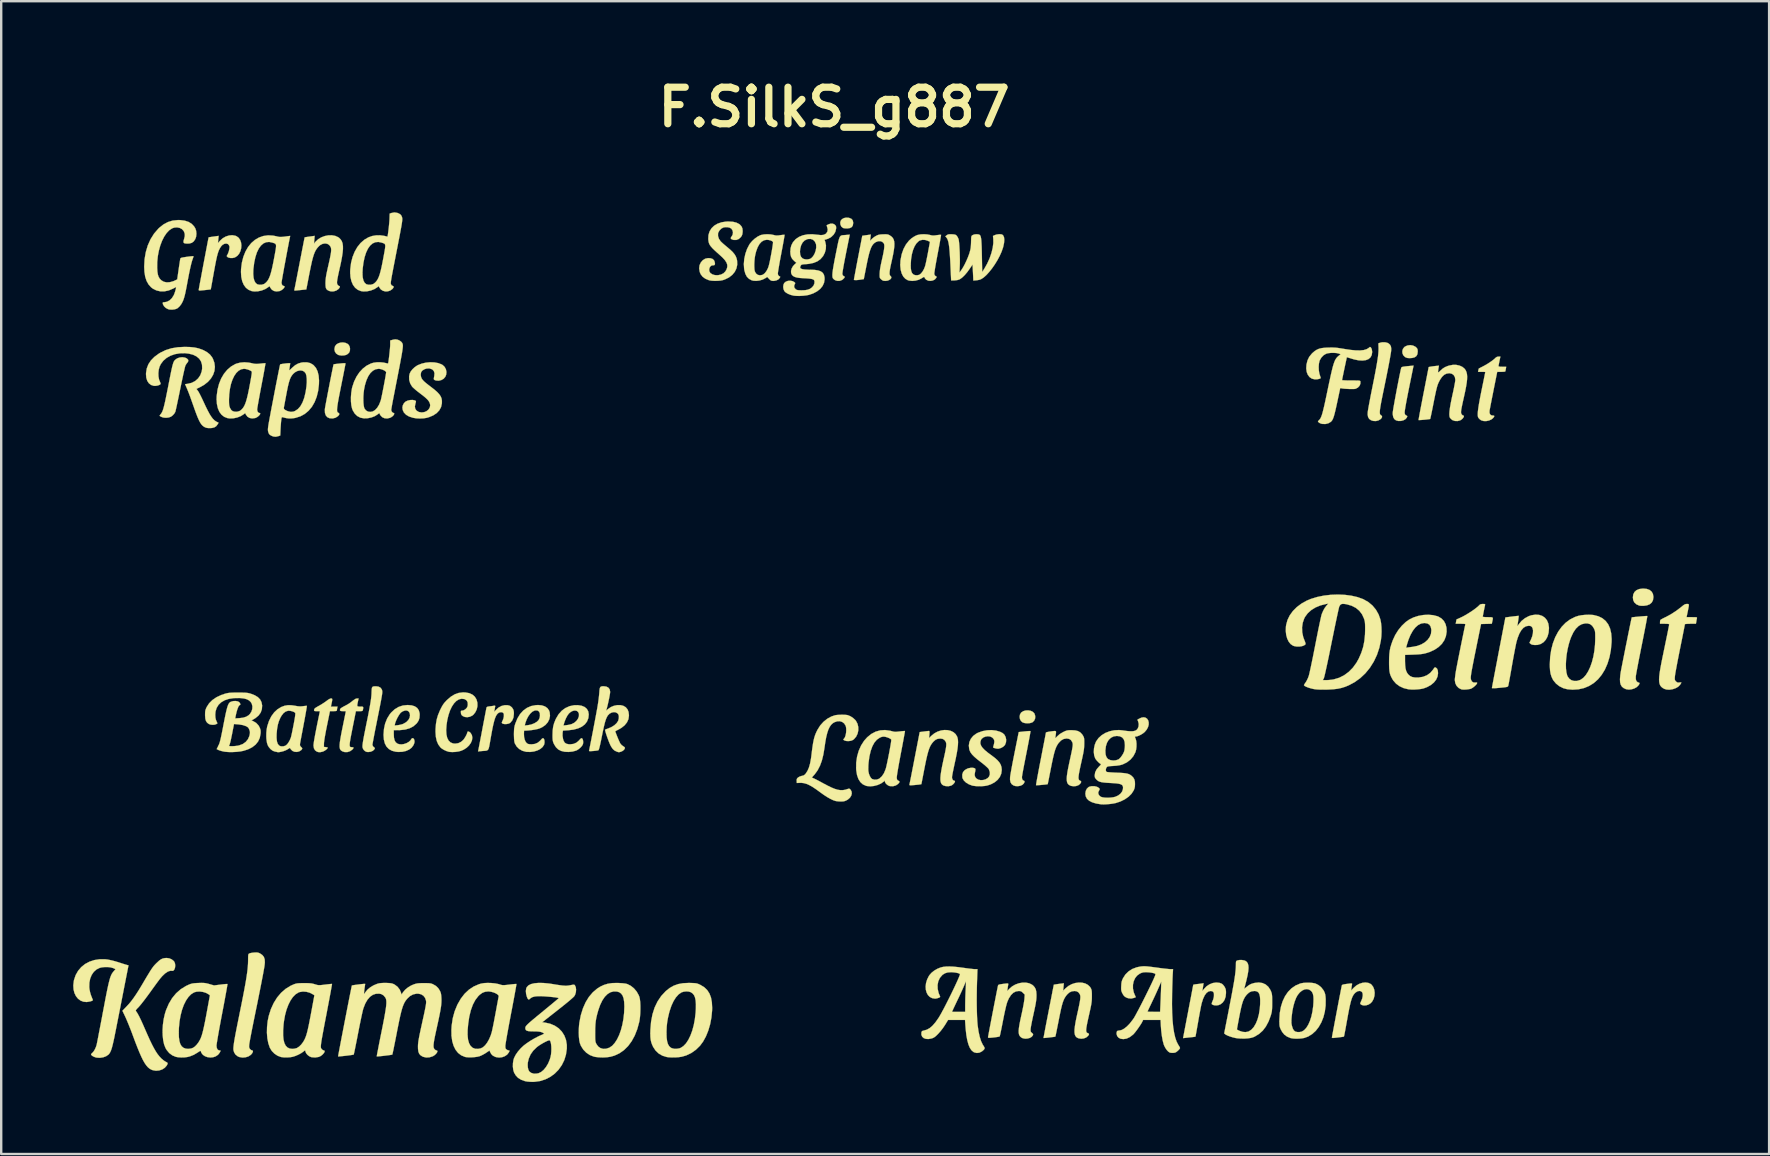
<source format=kicad_pcb>
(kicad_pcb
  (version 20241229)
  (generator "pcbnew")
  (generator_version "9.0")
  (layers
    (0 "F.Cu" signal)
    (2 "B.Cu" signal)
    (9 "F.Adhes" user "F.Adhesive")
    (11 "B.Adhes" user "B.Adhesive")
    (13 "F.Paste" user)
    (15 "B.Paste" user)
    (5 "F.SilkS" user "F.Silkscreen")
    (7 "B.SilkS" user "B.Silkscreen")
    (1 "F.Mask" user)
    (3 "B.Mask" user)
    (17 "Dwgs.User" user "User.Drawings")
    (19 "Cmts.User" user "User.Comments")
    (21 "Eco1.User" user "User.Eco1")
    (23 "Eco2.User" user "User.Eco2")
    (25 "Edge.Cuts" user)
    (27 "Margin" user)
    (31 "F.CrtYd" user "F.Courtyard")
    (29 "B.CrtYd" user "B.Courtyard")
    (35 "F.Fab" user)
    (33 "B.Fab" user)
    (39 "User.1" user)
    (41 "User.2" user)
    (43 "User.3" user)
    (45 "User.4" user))
  (footprint "F.SilkS_g887"
    (layer "F.Cu")
    (at 31.711 1.418)
    (property "Reference" "F.SilkS_g887" (at 0 0 0) (layer "F.SilkS") (effects (font (size 1.524 1.524) (thickness 0.3))))
    (attr through_hole)
    (fp_poly (pts (xy 0.604 4.607) (xy 0.629 4.613) (xy 0.717 4.649) (xy 0.77 4.706) (xy 0.792 4.789) (xy 0.794 4.828) (xy 0.78 4.924) (xy 0.738 4.992) (xy 0.664 5.034) (xy 0.557 5.052) (xy 0.463 5.051) (xy 0.387 5.037) (xy 0.37 5.03) (xy 0.303 4.978) (xy 0.264 4.896) (xy 0.254 4.813) (xy 0.273 4.732) (xy 0.325 4.667) (xy 0.403 4.622) (xy 0.498 4.601) (xy 0.604 4.607)) (stroke (width 0.01) (type solid)) (fill yes) (layer "F.SilkS"))
    (fp_poly (pts (xy 8.193 25.154) (xy 8.28 25.196) (xy 8.342 25.259) (xy 8.35 25.272) (xy 8.38 25.37) (xy 8.377 25.467) (xy 8.342 25.555) (xy 8.279 25.622) (xy 8.247 25.641) (xy 8.159 25.667) (xy 8.052 25.675) (xy 7.945 25.665) (xy 7.858 25.639) (xy 7.853 25.636) (xy 7.786 25.578) (xy 7.744 25.498) (xy 7.73 25.406) (xy 7.743 25.315) (xy 7.786 25.236) (xy 7.802 25.22) (xy 7.885 25.167) (xy 7.985 25.139) (xy 8.091 25.135) (xy 8.193 25.154)) (stroke (width 0.01) (type solid)) (fill yes) (layer "F.SilkS"))
    (fp_poly (pts (xy 24.12 9.931) (xy 24.221 9.979) (xy 24.26 10.012) (xy 24.297 10.056) (xy 24.315 10.103) (xy 24.32 10.171) (xy 24.32 10.185) (xy 24.307 10.292) (xy 24.265 10.37) (xy 24.193 10.422) (xy 24.088 10.45) (xy 23.986 10.456) (xy 23.895 10.451) (xy 23.828 10.43) (xy 23.789 10.408) (xy 23.72 10.339) (xy 23.683 10.253) (xy 23.678 10.16) (xy 23.704 10.071) (xy 23.762 9.996) (xy 23.787 9.977) (xy 23.892 9.929) (xy 24.007 9.914) (xy 24.12 9.931)) (stroke (width 0.01) (type solid)) (fill yes) (layer "F.SilkS"))
    (fp_poly (pts (xy -20.366 9.819) (xy -20.277 9.86) (xy -20.236 9.895) (xy -20.193 9.967) (xy -20.174 10.056) (xy -20.179 10.147) (xy -20.21 10.224) (xy -20.216 10.231) (xy -20.27 10.283) (xy -20.333 10.321) (xy -20.333 10.321) (xy -20.422 10.343) (xy -20.526 10.348) (xy -20.625 10.335) (xy -20.669 10.321) (xy -20.755 10.263) (xy -20.807 10.181) (xy -20.825 10.084) (xy -20.805 9.978) (xy -20.799 9.963) (xy -20.748 9.891) (xy -20.669 9.84) (xy -20.572 9.809) (xy -20.468 9.802) (xy -20.366 9.819)) (stroke (width 0.01) (type solid)) (fill yes) (layer "F.SilkS"))
    (fp_poly (pts (xy 33.865 20.074) (xy 33.982 20.117) (xy 34.068 20.187) (xy 34.122 20.283) (xy 34.142 20.404) (xy 34.142 20.415) (xy 34.125 20.54) (xy 34.074 20.639) (xy 33.99 20.712) (xy 33.874 20.759) (xy 33.742 20.778) (xy 33.66 20.778) (xy 33.587 20.774) (xy 33.546 20.766) (xy 33.428 20.713) (xy 33.347 20.638) (xy 33.3 20.541) (xy 33.286 20.426) (xy 33.303 20.301) (xy 33.354 20.201) (xy 33.437 20.127) (xy 33.552 20.079) (xy 33.695 20.06) (xy 33.718 20.06) (xy 33.865 20.074)) (stroke (width 0.01) (type solid)) (fill yes) (layer "F.SilkS"))
    (fp_poly (pts (xy 0.494 6.09) (xy 0.459 6.268) (xy 0.426 6.436) (xy 0.398 6.589) (xy 0.375 6.72) (xy 0.357 6.826) (xy 0.347 6.901) (xy 0.343 6.94) (xy 0.343 6.941) (xy 0.355 6.993) (xy 0.385 7.03) (xy 0.441 7.063) (xy 0.441 7.082) (xy 0.419 7.118) (xy 0.381 7.158) (xy 0.339 7.193) (xy 0.332 7.198) (xy 0.236 7.235) (xy 0.135 7.238) (xy 0.041 7.209) (xy -0.005 7.177) (xy -0.041 7.143) (xy -0.061 7.111) (xy -0.07 7.069) (xy -0.073 7.004) (xy -0.072 6.96) (xy -0.066 6.883) (xy -0.051 6.767) (xy -0.025 6.612) (xy 0.01 6.419) (xy 0.055 6.19) (xy 0.075 6.088) (xy 0.115 5.894) (xy 0.146 5.736) (xy 0.173 5.611) (xy 0.196 5.516) (xy 0.219 5.446) (xy 0.242 5.397) (xy 0.269 5.365) (xy 0.301 5.346) (xy 0.341 5.336) (xy 0.39 5.331) (xy 0.452 5.327) (xy 0.479 5.325) (xy 0.651 5.31) (xy 0.494 6.09)) (stroke (width 0.01) (type solid)) (fill yes) (layer "F.SilkS"))
    (fp_poly (pts (xy 8.183 25.999) (xy 8.182 26.021) (xy 8.172 26.081) (xy 8.156 26.173) (xy 8.134 26.295) (xy 8.106 26.441) (xy 8.074 26.607) (xy 8.039 26.788) (xy 8.012 26.922) (xy 7.974 27.116) (xy 7.938 27.299) (xy 7.905 27.468) (xy 7.877 27.616) (xy 7.854 27.741) (xy 7.838 27.836) (xy 7.828 27.897) (xy 7.826 27.917) (xy 7.834 27.992) (xy 7.862 28.045) (xy 7.905 28.067) (xy 7.908 28.067) (xy 7.933 28.082) (xy 7.933 28.122) (xy 7.907 28.178) (xy 7.904 28.182) (xy 7.844 28.24) (xy 7.757 28.278) (xy 7.656 28.295) (xy 7.553 28.289) (xy 7.472 28.263) (xy 7.397 28.208) (xy 7.35 28.131) (xy 7.33 28.027) (xy 7.332 27.929) (xy 7.338 27.876) (xy 7.352 27.787) (xy 7.373 27.667) (xy 7.399 27.522) (xy 7.43 27.356) (xy 7.465 27.176) (xy 7.503 26.985) (xy 7.518 26.91) (xy 7.693 26.039) (xy 7.933 26.013) (xy 8.029 26.004) (xy 8.109 25.998) (xy 8.163 25.996) (xy 8.183 25.999)) (stroke (width 0.01) (type solid)) (fill yes) (layer "F.SilkS"))
    (fp_poly (pts (xy 23.958 11.697) (xy 23.913 11.922) (xy 23.873 12.127) (xy 23.839 12.307) (xy 23.812 12.459) (xy 23.792 12.581) (xy 23.779 12.668) (xy 23.775 12.717) (xy 23.775 12.721) (xy 23.783 12.784) (xy 23.803 12.82) (xy 23.839 12.844) (xy 23.877 12.865) (xy 23.885 12.888) (xy 23.868 12.928) (xy 23.864 12.936) (xy 23.809 13) (xy 23.725 13.047) (xy 23.625 13.073) (xy 23.519 13.076) (xy 23.421 13.052) (xy 23.417 13.05) (xy 23.346 12.998) (xy 23.3 12.916) (xy 23.279 12.802) (xy 23.278 12.741) (xy 23.282 12.698) (xy 23.294 12.62) (xy 23.311 12.511) (xy 23.335 12.378) (xy 23.362 12.225) (xy 23.393 12.058) (xy 23.425 11.883) (xy 23.459 11.705) (xy 23.493 11.53) (xy 23.526 11.363) (xy 23.556 11.21) (xy 23.584 11.076) (xy 23.607 10.967) (xy 23.625 10.889) (xy 23.634 10.856) (xy 23.645 10.839) (xy 23.669 10.826) (xy 23.714 10.814) (xy 23.784 10.804) (xy 23.886 10.792) (xy 23.996 10.782) (xy 24.147 10.768) (xy 23.958 11.697)) (stroke (width 0.01) (type solid)) (fill yes) (layer "F.SilkS"))
    (fp_poly (pts (xy -20.373 10.67) (xy -20.362 10.678) (xy -20.366 10.703) (xy -20.378 10.765) (xy -20.396 10.86) (xy -20.42 10.984) (xy -20.449 11.131) (xy -20.482 11.298) (xy -20.519 11.48) (xy -20.543 11.6) (xy -20.591 11.843) (xy -20.631 12.047) (xy -20.663 12.217) (xy -20.687 12.356) (xy -20.703 12.467) (xy -20.712 12.553) (xy -20.715 12.618) (xy -20.711 12.665) (xy -20.701 12.697) (xy -20.685 12.718) (xy -20.664 12.731) (xy -20.664 12.731) (xy -20.624 12.764) (xy -20.624 12.808) (xy -20.665 12.864) (xy -20.675 12.873) (xy -20.776 12.939) (xy -20.893 12.97) (xy -21.017 12.962) (xy -21.029 12.96) (xy -21.121 12.917) (xy -21.184 12.844) (xy -21.219 12.741) (xy -21.224 12.607) (xy -21.222 12.575) (xy -21.216 12.535) (xy -21.203 12.46) (xy -21.184 12.356) (xy -21.16 12.228) (xy -21.132 12.082) (xy -21.102 11.922) (xy -21.069 11.754) (xy -21.036 11.582) (xy -21.003 11.413) (xy -20.971 11.251) (xy -20.941 11.101) (xy -20.914 10.968) (xy -20.891 10.858) (xy -20.874 10.776) (xy -20.862 10.727) (xy -20.859 10.715) (xy -20.837 10.71) (xy -20.782 10.702) (xy -20.702 10.692) (xy -20.608 10.682) (xy -20.492 10.671) (xy -20.415 10.667) (xy -20.373 10.67)) (stroke (width 0.01) (type solid)) (fill yes) (layer "F.SilkS"))
    (fp_poly (pts (xy 22.95 9.794) (xy 23.051 9.817) (xy 23.096 9.838) (xy 23.164 9.895) (xy 23.203 9.967) (xy 23.217 10.063) (xy 23.213 10.145) (xy 23.204 10.218) (xy 23.185 10.331) (xy 23.159 10.48) (xy 23.125 10.665) (xy 23.083 10.882) (xy 23.034 11.13) (xy 22.978 11.406) (xy 22.916 11.709) (xy 22.871 11.927) (xy 22.827 12.144) (xy 22.792 12.322) (xy 22.767 12.467) (xy 22.749 12.582) (xy 22.74 12.67) (xy 22.739 12.736) (xy 22.746 12.782) (xy 22.76 12.813) (xy 22.781 12.832) (xy 22.791 12.837) (xy 22.831 12.871) (xy 22.832 12.919) (xy 22.796 12.976) (xy 22.776 12.996) (xy 22.686 13.052) (xy 22.578 13.079) (xy 22.465 13.074) (xy 22.373 13.044) (xy 22.298 12.99) (xy 22.252 12.914) (xy 22.233 12.811) (xy 22.236 12.711) (xy 22.243 12.659) (xy 22.258 12.57) (xy 22.279 12.451) (xy 22.306 12.305) (xy 22.338 12.138) (xy 22.373 11.955) (xy 22.412 11.761) (xy 22.438 11.631) (xy 22.496 11.341) (xy 22.545 11.088) (xy 22.586 10.87) (xy 22.619 10.682) (xy 22.645 10.521) (xy 22.665 10.383) (xy 22.678 10.265) (xy 22.685 10.164) (xy 22.688 10.075) (xy 22.687 10.009) (xy 22.68 9.843) (xy 22.743 9.817) (xy 22.841 9.794) (xy 22.95 9.794)) (stroke (width 0.01) (type solid)) (fill yes) (layer "F.SilkS"))
    (fp_poly (pts (xy -27.05 10.435) (xy -26.978 10.468) (xy -26.924 10.519) (xy -26.912 10.574) (xy -26.942 10.632) (xy -26.953 10.644) (xy -26.999 10.704) (xy -27.037 10.772) (xy -27.037 10.774) (xy -27.048 10.81) (xy -27.066 10.883) (xy -27.09 10.988) (xy -27.12 11.12) (xy -27.153 11.275) (xy -27.19 11.448) (xy -27.229 11.635) (xy -27.251 11.743) (xy -27.29 11.933) (xy -27.327 12.113) (xy -27.362 12.277) (xy -27.392 12.42) (xy -27.418 12.538) (xy -27.438 12.627) (xy -27.451 12.681) (xy -27.455 12.695) (xy -27.497 12.768) (xy -27.562 12.84) (xy -27.634 12.895) (xy -27.644 12.9) (xy -27.73 12.93) (xy -27.835 12.942) (xy -27.934 12.936) (xy -27.94 12.935) (xy -28.005 12.917) (xy -28.063 12.892) (xy -28.101 12.868) (xy -28.109 12.856) (xy -28.097 12.833) (xy -28.066 12.793) (xy -28.058 12.783) (xy -28.032 12.748) (xy -28.008 12.705) (xy -27.984 12.652) (xy -27.96 12.582) (xy -27.935 12.494) (xy -27.907 12.383) (xy -27.876 12.245) (xy -27.841 12.076) (xy -27.8 11.873) (xy -27.759 11.669) (xy -27.713 11.433) (xy -27.674 11.235) (xy -27.641 11.071) (xy -27.613 10.938) (xy -27.589 10.831) (xy -27.568 10.747) (xy -27.549 10.683) (xy -27.532 10.634) (xy -27.515 10.597) (xy -27.497 10.568) (xy -27.478 10.544) (xy -27.465 10.53) (xy -27.38 10.468) (xy -27.274 10.43) (xy -27.159 10.418) (xy -27.05 10.435)) (stroke (width 0.01) (type solid)) (fill yes) (layer "F.SilkS"))
    (fp_poly (pts (xy -18.986 24.146) (xy -18.904 24.19) (xy -18.851 24.261) (xy -18.841 24.29) (xy -18.835 24.313) (xy -18.832 24.337) (xy -18.83 24.366) (xy -18.832 24.404) (xy -18.837 24.454) (xy -18.847 24.519) (xy -18.861 24.602) (xy -18.88 24.708) (xy -18.905 24.839) (xy -18.936 24.999) (xy -18.974 25.191) (xy -19.02 25.419) (xy -19.061 25.625) (xy -19.099 25.815) (xy -19.135 25.994) (xy -19.166 26.157) (xy -19.193 26.299) (xy -19.215 26.416) (xy -19.231 26.504) (xy -19.239 26.557) (xy -19.241 26.57) (xy -19.22 26.629) (xy -19.183 26.666) (xy -19.146 26.696) (xy -19.139 26.721) (xy -19.16 26.758) (xy -19.163 26.764) (xy -19.224 26.821) (xy -19.312 26.858) (xy -19.415 26.872) (xy -19.477 26.867) (xy -19.546 26.837) (xy -19.607 26.78) (xy -19.646 26.707) (xy -19.65 26.69) (xy -19.655 26.657) (xy -19.655 26.615) (xy -19.651 26.56) (xy -19.642 26.488) (xy -19.627 26.395) (xy -19.607 26.278) (xy -19.579 26.132) (xy -19.543 25.953) (xy -19.5 25.738) (xy -19.487 25.674) (xy -19.436 25.427) (xy -19.395 25.216) (xy -19.361 25.036) (xy -19.334 24.885) (xy -19.313 24.755) (xy -19.297 24.644) (xy -19.286 24.545) (xy -19.279 24.455) (xy -19.276 24.368) (xy -19.276 24.365) (xy -19.271 24.263) (xy -19.262 24.197) (xy -19.241 24.158) (xy -19.203 24.139) (xy -19.141 24.133) (xy -19.092 24.132) (xy -18.986 24.146)) (stroke (width 0.01) (type solid)) (fill yes) (layer "F.SilkS"))
    (fp_poly (pts (xy -20.937 24.641) (xy -20.92 24.655) (xy -20.915 24.688) (xy -20.923 24.746) (xy -20.941 24.837) (xy -20.943 24.844) (xy -20.971 24.977) (xy -20.696 24.977) (xy -20.709 25.043) (xy -20.718 25.099) (xy -20.722 25.138) (xy -20.734 25.154) (xy -20.773 25.164) (xy -20.846 25.167) (xy -20.867 25.167) (xy -21.011 25.167) (xy -21.136 25.776) (xy -21.174 25.965) (xy -21.206 26.137) (xy -21.232 26.284) (xy -21.25 26.404) (xy -21.26 26.49) (xy -21.261 26.522) (xy -21.262 26.659) (xy -21.183 26.666) (xy -21.131 26.675) (xy -21.104 26.687) (xy -21.103 26.691) (xy -21.121 26.727) (xy -21.166 26.771) (xy -21.226 26.814) (xy -21.291 26.847) (xy -21.323 26.858) (xy -21.407 26.876) (xy -21.468 26.878) (xy -21.524 26.866) (xy -21.562 26.851) (xy -21.633 26.798) (xy -21.679 26.715) (xy -21.696 26.607) (xy -21.696 26.6) (xy -21.692 26.54) (xy -21.68 26.448) (xy -21.659 26.323) (xy -21.63 26.162) (xy -21.592 25.964) (xy -21.545 25.728) (xy -21.509 25.553) (xy -21.429 25.167) (xy -21.553 25.167) (xy -21.623 25.166) (xy -21.659 25.16) (xy -21.672 25.145) (xy -21.671 25.115) (xy -21.671 25.109) (xy -21.662 25.079) (xy -21.639 25.051) (xy -21.596 25.018) (xy -21.524 24.976) (xy -21.475 24.949) (xy -21.374 24.891) (xy -21.271 24.825) (xy -21.181 24.763) (xy -21.154 24.742) (xy -21.071 24.682) (xy -21.004 24.647) (xy -20.968 24.638) (xy -20.937 24.641)) (stroke (width 0.01) (type solid)) (fill yes) (layer "F.SilkS"))
    (fp_poly (pts (xy 33.888 21.203) (xy 33.886 21.225) (xy 33.876 21.284) (xy 33.859 21.378) (xy 33.836 21.502) (xy 33.807 21.653) (xy 33.773 21.827) (xy 33.735 22.02) (xy 33.694 22.229) (xy 33.659 22.402) (xy 33.614 22.625) (xy 33.572 22.839) (xy 33.532 23.039) (xy 33.497 23.222) (xy 33.466 23.384) (xy 33.441 23.519) (xy 33.422 23.625) (xy 33.411 23.696) (xy 33.407 23.723) (xy 33.408 23.834) (xy 33.433 23.913) (xy 33.484 23.961) (xy 33.518 23.973) (xy 33.556 23.986) (xy 33.567 24.006) (xy 33.552 24.043) (xy 33.523 24.09) (xy 33.451 24.163) (xy 33.352 24.22) (xy 33.237 24.257) (xy 33.119 24.27) (xy 33.009 24.255) (xy 32.998 24.251) (xy 32.902 24.207) (xy 32.83 24.148) (xy 32.781 24.069) (xy 32.754 23.967) (xy 32.748 23.837) (xy 32.761 23.675) (xy 32.777 23.558) (xy 32.786 23.51) (xy 32.801 23.428) (xy 32.823 23.317) (xy 32.849 23.182) (xy 32.88 23.026) (xy 32.914 22.855) (xy 32.95 22.673) (xy 32.987 22.485) (xy 33.026 22.296) (xy 33.063 22.109) (xy 33.099 21.93) (xy 33.134 21.762) (xy 33.164 21.611) (xy 33.191 21.482) (xy 33.213 21.378) (xy 33.229 21.304) (xy 33.238 21.265) (xy 33.239 21.26) (xy 33.263 21.255) (xy 33.32 21.249) (xy 33.4 21.24) (xy 33.496 21.231) (xy 33.597 21.222) (xy 33.695 21.214) (xy 33.782 21.207) (xy 33.848 21.203) (xy 33.884 21.202) (xy 33.888 21.203)) (stroke (width 0.01) (type solid)) (fill yes) (layer "F.SilkS"))
    (fp_poly (pts (xy -19.846 24.77) (xy -19.865 24.864) (xy -19.873 24.924) (xy -19.866 24.958) (xy -19.84 24.973) (xy -19.791 24.977) (xy -19.748 24.977) (xy -19.675 24.978) (xy -19.635 24.989) (xy -19.623 25.018) (xy -19.629 25.072) (xy -19.635 25.101) (xy -19.643 25.136) (xy -19.658 25.156) (xy -19.69 25.165) (xy -19.749 25.167) (xy -19.788 25.167) (xy -19.929 25.167) (xy -20.062 25.829) (xy -20.103 26.037) (xy -20.137 26.208) (xy -20.162 26.345) (xy -20.179 26.452) (xy -20.188 26.533) (xy -20.19 26.59) (xy -20.183 26.629) (xy -20.17 26.653) (xy -20.149 26.665) (xy -20.121 26.669) (xy -20.095 26.67) (xy -20.043 26.676) (xy -20.027 26.697) (xy -20.048 26.736) (xy -20.084 26.775) (xy -20.175 26.839) (xy -20.283 26.873) (xy -20.395 26.874) (xy -20.485 26.846) (xy -20.528 26.822) (xy -20.562 26.793) (xy -20.587 26.757) (xy -20.602 26.708) (xy -20.609 26.643) (xy -20.607 26.559) (xy -20.596 26.452) (xy -20.575 26.317) (xy -20.546 26.152) (xy -20.507 25.952) (xy -20.471 25.776) (xy -20.347 25.167) (xy -20.471 25.167) (xy -20.547 25.164) (xy -20.586 25.151) (xy -20.596 25.123) (xy -20.582 25.074) (xy -20.582 25.073) (xy -20.558 25.048) (xy -20.506 25.012) (xy -20.436 24.973) (xy -20.419 24.964) (xy -20.308 24.906) (xy -20.218 24.852) (xy -20.132 24.791) (xy -20.042 24.719) (xy -19.955 24.659) (xy -19.884 24.638) (xy -19.88 24.638) (xy -19.817 24.638) (xy -19.846 24.77)) (stroke (width 0.01) (type solid)) (fill yes) (layer "F.SilkS"))
    (fp_poly (pts (xy 27.726 10.578) (xy 27.709 10.664) (xy 27.695 10.735) (xy 27.688 10.781) (xy 27.687 10.79) (xy 27.701 10.804) (xy 27.748 10.813) (xy 27.831 10.816) (xy 27.847 10.816) (xy 28.007 10.816) (xy 27.992 10.906) (xy 27.981 10.965) (xy 27.971 11.005) (xy 27.968 11.012) (xy 27.944 11.02) (xy 27.888 11.025) (xy 27.813 11.028) (xy 27.796 11.028) (xy 27.633 11.028) (xy 27.479 11.795) (xy 27.444 11.974) (xy 27.41 12.142) (xy 27.38 12.296) (xy 27.354 12.429) (xy 27.334 12.536) (xy 27.319 12.613) (xy 27.313 12.652) (xy 27.313 12.744) (xy 27.342 12.809) (xy 27.4 12.843) (xy 27.443 12.848) (xy 27.496 12.853) (xy 27.513 12.87) (xy 27.497 12.907) (xy 27.471 12.943) (xy 27.395 13.009) (xy 27.294 13.055) (xy 27.181 13.079) (xy 27.069 13.078) (xy 26.971 13.05) (xy 26.952 13.04) (xy 26.895 12.996) (xy 26.85 12.946) (xy 26.848 12.943) (xy 26.831 12.905) (xy 26.822 12.849) (xy 26.821 12.772) (xy 26.828 12.672) (xy 26.844 12.545) (xy 26.868 12.388) (xy 26.902 12.199) (xy 26.945 11.974) (xy 26.986 11.771) (xy 27.021 11.601) (xy 27.053 11.445) (xy 27.081 11.308) (xy 27.104 11.193) (xy 27.122 11.106) (xy 27.132 11.052) (xy 27.136 11.035) (xy 27.116 11.032) (xy 27.065 11.029) (xy 26.993 11.028) (xy 26.985 11.028) (xy 26.834 11.028) (xy 26.847 10.961) (xy 26.858 10.913) (xy 26.866 10.89) (xy 26.866 10.889) (xy 26.886 10.879) (xy 26.935 10.853) (xy 27.006 10.817) (xy 27.066 10.786) (xy 27.187 10.719) (xy 27.309 10.642) (xy 27.421 10.564) (xy 27.513 10.491) (xy 27.568 10.438) (xy 27.626 10.401) (xy 27.686 10.393) (xy 27.765 10.393) (xy 27.726 10.578)) (stroke (width 0.01) (type solid)) (fill yes) (layer "F.SilkS"))
    (fp_poly (pts (xy -24.013 35.23) (xy -23.958 35.249) (xy -23.92 35.268) (xy -23.827 35.332) (xy -23.764 35.412) (xy -23.731 35.511) (xy -23.724 35.638) (xy -23.733 35.74) (xy -23.744 35.82) (xy -23.765 35.938) (xy -23.793 36.094) (xy -23.829 36.284) (xy -23.872 36.507) (xy -23.922 36.76) (xy -23.978 37.041) (xy -24.039 37.347) (xy -24.107 37.677) (xy -24.152 37.899) (xy -24.194 38.105) (xy -24.234 38.304) (xy -24.271 38.489) (xy -24.303 38.656) (xy -24.331 38.801) (xy -24.352 38.918) (xy -24.367 39.003) (xy -24.374 39.052) (xy -24.375 39.053) (xy -24.381 39.131) (xy -24.377 39.182) (xy -24.363 39.219) (xy -24.342 39.248) (xy -24.299 39.288) (xy -24.256 39.306) (xy -24.253 39.306) (xy -24.224 39.321) (xy -24.221 39.357) (xy -24.242 39.409) (xy -24.286 39.467) (xy -24.309 39.49) (xy -24.406 39.555) (xy -24.525 39.593) (xy -24.653 39.604) (xy -24.778 39.584) (xy -24.844 39.559) (xy -24.939 39.489) (xy -25.003 39.391) (xy -25.03 39.303) (xy -25.034 39.266) (xy -25.035 39.219) (xy -25.031 39.159) (xy -25.023 39.083) (xy -25.01 38.988) (xy -24.991 38.871) (xy -24.966 38.729) (xy -24.934 38.559) (xy -24.895 38.358) (xy -24.848 38.124) (xy -24.793 37.852) (xy -24.762 37.698) (xy -24.695 37.367) (xy -24.637 37.073) (xy -24.587 36.814) (xy -24.545 36.586) (xy -24.51 36.386) (xy -24.482 36.21) (xy -24.46 36.055) (xy -24.443 35.917) (xy -24.432 35.793) (xy -24.425 35.68) (xy -24.422 35.574) (xy -24.422 35.557) (xy -24.421 35.446) (xy -24.419 35.371) (xy -24.414 35.322) (xy -24.405 35.293) (xy -24.391 35.277) (xy -24.369 35.265) (xy -24.365 35.263) (xy -24.316 35.248) (xy -24.241 35.235) (xy -24.162 35.227) (xy -24.075 35.224) (xy -24.013 35.23)) (stroke (width 0.01) (type solid)) (fill yes) (layer "F.SilkS"))
    (fp_poly (pts (xy -17.606 24.927) (xy -17.475 24.967) (xy -17.376 25.035) (xy -17.31 25.129) (xy -17.276 25.249) (xy -17.272 25.32) (xy -17.281 25.448) (xy -17.313 25.552) (xy -17.372 25.647) (xy -17.408 25.69) (xy -17.535 25.801) (xy -17.691 25.882) (xy -17.876 25.935) (xy -18.092 25.958) (xy -18.156 25.96) (xy -18.351 25.961) (xy -18.351 26.12) (xy -18.344 26.267) (xy -18.319 26.379) (xy -18.275 26.46) (xy -18.209 26.515) (xy -18.134 26.544) (xy -18.035 26.554) (xy -17.926 26.538) (xy -17.818 26.501) (xy -17.723 26.447) (xy -17.652 26.381) (xy -17.628 26.341) (xy -17.592 26.298) (xy -17.55 26.293) (xy -17.514 26.324) (xy -17.504 26.343) (xy -17.486 26.419) (xy -17.493 26.493) (xy -17.529 26.582) (xy -17.531 26.586) (xy -17.605 26.688) (xy -17.712 26.769) (xy -17.844 26.828) (xy -17.997 26.862) (xy -18.164 26.869) (xy -18.271 26.859) (xy -18.427 26.819) (xy -18.554 26.748) (xy -18.653 26.647) (xy -18.723 26.515) (xy -18.764 26.352) (xy -18.778 26.157) (xy -18.76 25.91) (xy -18.729 25.766) (xy -18.314 25.766) (xy -18.183 25.753) (xy -18.092 25.737) (xy -18 25.713) (xy -17.953 25.695) (xy -17.832 25.625) (xy -17.743 25.536) (xy -17.689 25.434) (xy -17.674 25.338) (xy -17.69 25.244) (xy -17.732 25.179) (xy -17.797 25.144) (xy -17.878 25.141) (xy -17.971 25.172) (xy -18.046 25.22) (xy -18.09 25.267) (xy -18.142 25.344) (xy -18.196 25.437) (xy -18.244 25.536) (xy -18.281 25.629) (xy -18.3 25.694) (xy -18.314 25.766) (xy -18.729 25.766) (xy -18.71 25.681) (xy -18.628 25.475) (xy -18.516 25.294) (xy -18.457 25.224) (xy -18.309 25.087) (xy -18.148 24.991) (xy -17.973 24.933) (xy -17.781 24.913) (xy -17.77 24.913) (xy -17.606 24.927)) (stroke (width 0.01) (type solid)) (fill yes) (layer "F.SilkS"))
    (fp_poly (pts (xy -13.509 24.947) (xy -13.432 25.007) (xy -13.403 25.046) (xy -13.371 25.101) (xy -13.354 25.155) (xy -13.346 25.224) (xy -13.346 25.282) (xy -13.362 25.429) (xy -13.411 25.551) (xy -13.491 25.647) (xy -13.511 25.663) (xy -13.572 25.69) (xy -13.651 25.705) (xy -13.733 25.707) (xy -13.801 25.694) (xy -13.828 25.679) (xy -13.847 25.658) (xy -13.847 25.631) (xy -13.828 25.586) (xy -13.818 25.567) (xy -13.783 25.478) (xy -13.764 25.385) (xy -13.764 25.302) (xy -13.778 25.255) (xy -13.818 25.221) (xy -13.879 25.209) (xy -13.947 25.222) (xy -13.986 25.242) (xy -14.029 25.279) (xy -14.067 25.327) (xy -14.102 25.392) (xy -14.136 25.477) (xy -14.169 25.586) (xy -14.203 25.723) (xy -14.239 25.891) (xy -14.277 26.094) (xy -14.309 26.272) (xy -14.337 26.435) (xy -14.359 26.561) (xy -14.378 26.656) (xy -14.397 26.724) (xy -14.419 26.769) (xy -14.448 26.797) (xy -14.486 26.813) (xy -14.538 26.821) (xy -14.605 26.825) (xy -14.675 26.83) (xy -14.84 26.845) (xy -14.828 26.794) (xy -14.822 26.763) (xy -14.808 26.695) (xy -14.789 26.595) (xy -14.764 26.467) (xy -14.736 26.317) (xy -14.703 26.149) (xy -14.669 25.968) (xy -14.658 25.908) (xy -14.623 25.724) (xy -14.59 25.552) (xy -14.56 25.396) (xy -14.534 25.261) (xy -14.513 25.153) (xy -14.498 25.075) (xy -14.49 25.032) (xy -14.489 25.027) (xy -14.476 25) (xy -14.445 24.983) (xy -14.385 24.971) (xy -14.357 24.968) (xy -14.278 24.958) (xy -14.207 24.948) (xy -14.176 24.942) (xy -14.134 24.938) (xy -14.123 24.954) (xy -14.127 24.98) (xy -14.137 25.034) (xy -14.148 25.103) (xy -14.15 25.114) (xy -14.163 25.199) (xy -14.097 25.12) (xy -13.988 25.02) (xy -13.86 24.951) (xy -13.731 24.92) (xy -13.606 24.919) (xy -13.509 24.947)) (stroke (width 0.01) (type solid)) (fill yes) (layer "F.SilkS"))
    (fp_poly (pts (xy -24.955 5.355) (xy -24.906 5.375) (xy -24.817 5.439) (xy -24.754 5.53) (xy -24.716 5.638) (xy -24.702 5.758) (xy -24.711 5.881) (xy -24.743 6) (xy -24.797 6.108) (xy -24.872 6.196) (xy -24.968 6.258) (xy -24.983 6.264) (xy -25.069 6.284) (xy -25.16 6.284) (xy -25.238 6.267) (xy -25.275 6.247) (xy -25.308 6.216) (xy -25.309 6.189) (xy -25.289 6.155) (xy -25.254 6.085) (xy -25.224 5.997) (xy -25.204 5.907) (xy -25.196 5.829) (xy -25.199 5.799) (xy -25.226 5.741) (xy -25.265 5.701) (xy -25.332 5.68) (xy -25.408 5.692) (xy -25.483 5.733) (xy -25.535 5.784) (xy -25.573 5.839) (xy -25.607 5.895) (xy -25.638 5.958) (xy -25.666 6.032) (xy -25.694 6.121) (xy -25.722 6.229) (xy -25.751 6.361) (xy -25.783 6.522) (xy -25.819 6.715) (xy -25.861 6.945) (xy -25.866 6.974) (xy -25.894 7.129) (xy -25.919 7.271) (xy -25.941 7.392) (xy -25.959 7.489) (xy -25.971 7.557) (xy -25.978 7.589) (xy -25.978 7.591) (xy -26 7.595) (xy -26.053 7.601) (xy -26.127 7.61) (xy -26.212 7.619) (xy -26.297 7.628) (xy -26.373 7.635) (xy -26.427 7.64) (xy -26.449 7.641) (xy -26.477 7.627) (xy -26.48 7.615) (xy -26.476 7.591) (xy -26.466 7.53) (xy -26.449 7.437) (xy -26.427 7.317) (xy -26.4 7.175) (xy -26.37 7.015) (xy -26.338 6.841) (xy -26.304 6.66) (xy -26.269 6.475) (xy -26.234 6.291) (xy -26.2 6.113) (xy -26.168 5.945) (xy -26.139 5.793) (xy -26.114 5.661) (xy -26.093 5.554) (xy -26.077 5.475) (xy -26.068 5.432) (xy -26.066 5.424) (xy -26.045 5.419) (xy -25.991 5.41) (xy -25.914 5.398) (xy -25.856 5.39) (xy -25.649 5.361) (xy -25.664 5.511) (xy -25.679 5.661) (xy -25.595 5.566) (xy -25.483 5.464) (xy -25.355 5.39) (xy -25.219 5.346) (xy -25.083 5.333) (xy -24.955 5.355)) (stroke (width 0.01) (type solid)) (fill yes) (layer "F.SilkS"))
    (fp_poly (pts (xy -12.178 24.928) (xy -12.049 24.972) (xy -11.949 25.042) (xy -11.881 25.138) (xy -11.854 25.218) (xy -11.841 25.364) (xy -11.869 25.503) (xy -11.933 25.631) (xy -12.031 25.743) (xy -12.162 25.835) (xy -12.275 25.888) (xy -12.359 25.913) (xy -12.473 25.937) (xy -12.602 25.957) (xy -12.735 25.971) (xy -12.816 25.977) (xy -12.922 25.982) (xy -12.927 26.12) (xy -12.92 26.249) (xy -12.893 26.365) (xy -12.849 26.456) (xy -12.801 26.508) (xy -12.752 26.535) (xy -12.688 26.547) (xy -12.609 26.55) (xy -12.47 26.533) (xy -12.352 26.483) (xy -12.248 26.395) (xy -12.225 26.37) (xy -12.178 26.318) (xy -12.146 26.296) (xy -12.12 26.298) (xy -12.112 26.302) (xy -12.085 26.34) (xy -12.071 26.405) (xy -12.069 26.48) (xy -12.082 26.552) (xy -12.088 26.568) (xy -12.148 26.662) (xy -12.243 26.742) (xy -12.364 26.805) (xy -12.505 26.848) (xy -12.658 26.868) (xy -12.816 26.864) (xy -12.844 26.86) (xy -12.994 26.819) (xy -13.124 26.746) (xy -13.228 26.645) (xy -13.302 26.521) (xy -13.319 26.473) (xy -13.331 26.408) (xy -13.339 26.309) (xy -13.343 26.187) (xy -13.344 26.12) (xy -13.341 25.997) (xy -13.336 25.903) (xy -13.324 25.826) (xy -13.31 25.766) (xy -12.893 25.766) (xy -12.759 25.752) (xy -12.624 25.725) (xy -12.494 25.674) (xy -12.387 25.61) (xy -12.316 25.539) (xy -12.275 25.453) (xy -12.26 25.365) (xy -12.264 25.26) (xy -12.297 25.186) (xy -12.355 25.144) (xy -12.437 25.136) (xy -12.495 25.148) (xy -12.579 25.192) (xy -12.663 25.271) (xy -12.742 25.378) (xy -12.81 25.506) (xy -12.863 25.648) (xy -12.878 25.705) (xy -12.893 25.766) (xy -13.31 25.766) (xy -13.306 25.75) (xy -13.286 25.686) (xy -13.198 25.47) (xy -13.087 25.288) (xy -12.953 25.141) (xy -12.799 25.03) (xy -12.625 24.955) (xy -12.432 24.918) (xy -12.332 24.913) (xy -12.178 24.928)) (stroke (width 0.01) (type solid)) (fill yes) (layer "F.SilkS"))
    (fp_poly (pts (xy -10.521 24.943) (xy -10.397 24.995) (xy -10.306 25.073) (xy -10.248 25.174) (xy -10.226 25.298) (xy -10.24 25.442) (xy -10.244 25.461) (xy -10.298 25.6) (xy -10.388 25.718) (xy -10.513 25.814) (xy -10.672 25.887) (xy -10.862 25.938) (xy -11.084 25.965) (xy -11.301 25.978) (xy -11.315 26.068) (xy -11.318 26.194) (xy -11.297 26.328) (xy -11.271 26.409) (xy -11.225 26.482) (xy -11.156 26.527) (xy -11.059 26.548) (xy -10.998 26.55) (xy -10.86 26.532) (xy -10.741 26.481) (xy -10.636 26.392) (xy -10.617 26.37) (xy -10.569 26.318) (xy -10.537 26.296) (xy -10.511 26.298) (xy -10.503 26.302) (xy -10.477 26.34) (xy -10.461 26.404) (xy -10.458 26.479) (xy -10.466 26.537) (xy -10.499 26.603) (xy -10.559 26.675) (xy -10.637 26.743) (xy -10.72 26.797) (xy -10.76 26.814) (xy -10.903 26.852) (xy -11.063 26.868) (xy -11.219 26.862) (xy -11.233 26.86) (xy -11.379 26.825) (xy -11.498 26.763) (xy -11.594 26.67) (xy -11.674 26.541) (xy -11.688 26.51) (xy -11.709 26.458) (xy -11.723 26.406) (xy -11.731 26.343) (xy -11.735 26.259) (xy -11.735 26.151) (xy -11.729 25.973) (xy -11.71 25.822) (xy -11.695 25.766) (xy -11.281 25.766) (xy -11.16 25.753) (xy -11.068 25.739) (xy -10.974 25.717) (xy -10.935 25.705) (xy -10.828 25.651) (xy -10.739 25.573) (xy -10.673 25.48) (xy -10.636 25.38) (xy -10.635 25.281) (xy -10.636 25.273) (xy -10.67 25.2) (xy -10.727 25.156) (xy -10.802 25.141) (xy -10.886 25.155) (xy -10.974 25.199) (xy -11.052 25.266) (xy -11.113 25.348) (xy -11.173 25.459) (xy -11.226 25.585) (xy -11.247 25.652) (xy -11.281 25.766) (xy -11.695 25.766) (xy -11.674 25.681) (xy -11.618 25.538) (xy -11.588 25.474) (xy -11.482 25.296) (xy -11.35 25.149) (xy -11.196 25.036) (xy -11.024 24.96) (xy -10.837 24.921) (xy -10.677 24.918) (xy -10.521 24.943)) (stroke (width 0.01) (type solid)) (fill yes) (layer "F.SilkS"))
    (fp_poly (pts (xy 31.599 21.157) (xy 31.656 21.164) (xy 31.85 21.215) (xy 32.015 21.296) (xy 32.151 21.408) (xy 32.258 21.55) (xy 32.335 21.722) (xy 32.383 21.925) (xy 32.401 22.158) (xy 32.399 22.288) (xy 32.37 22.613) (xy 32.313 22.913) (xy 32.229 23.187) (xy 32.121 23.434) (xy 31.988 23.652) (xy 31.834 23.84) (xy 31.658 23.996) (xy 31.462 24.118) (xy 31.249 24.206) (xy 31.018 24.258) (xy 30.772 24.273) (xy 30.554 24.255) (xy 30.383 24.21) (xy 30.224 24.13) (xy 30.085 24.021) (xy 29.974 23.887) (xy 29.944 23.837) (xy 29.893 23.727) (xy 29.857 23.609) (xy 29.835 23.474) (xy 29.825 23.312) (xy 29.824 23.217) (xy 29.824 23.212) (xy 30.494 23.212) (xy 30.498 23.394) (xy 30.516 23.552) (xy 30.549 23.68) (xy 30.566 23.719) (xy 30.633 23.813) (xy 30.724 23.877) (xy 30.834 23.909) (xy 30.955 23.908) (xy 31.081 23.871) (xy 31.111 23.857) (xy 31.223 23.778) (xy 31.327 23.661) (xy 31.422 23.511) (xy 31.507 23.331) (xy 31.579 23.127) (xy 31.638 22.901) (xy 31.681 22.659) (xy 31.708 22.404) (xy 31.717 22.172) (xy 31.717 22.044) (xy 31.716 21.951) (xy 31.712 21.882) (xy 31.705 21.831) (xy 31.693 21.789) (xy 31.675 21.747) (xy 31.659 21.713) (xy 31.59 21.609) (xy 31.503 21.542) (xy 31.395 21.511) (xy 31.292 21.512) (xy 31.152 21.546) (xy 31.025 21.619) (xy 30.91 21.731) (xy 30.807 21.883) (xy 30.715 22.076) (xy 30.674 22.184) (xy 30.613 22.383) (xy 30.564 22.592) (xy 30.527 22.805) (xy 30.504 23.014) (xy 30.494 23.212) (xy 29.824 23.212) (xy 29.839 22.907) (xy 29.883 22.613) (xy 29.954 22.338) (xy 30.051 22.085) (xy 30.172 21.858) (xy 30.316 21.657) (xy 30.481 21.486) (xy 30.666 21.348) (xy 30.87 21.244) (xy 31.01 21.197) (xy 31.142 21.171) (xy 31.297 21.155) (xy 31.455 21.15) (xy 31.599 21.157)) (stroke (width 0.01) (type solid)) (fill yes) (layer "F.SilkS"))
    (fp_poly (pts (xy 19.803 36.484) (xy 19.927 36.493) (xy 20.029 36.511) (xy 20.059 36.519) (xy 20.187 36.584) (xy 20.302 36.68) (xy 20.394 36.799) (xy 20.418 36.844) (xy 20.446 36.908) (xy 20.465 36.972) (xy 20.476 37.048) (xy 20.484 37.149) (xy 20.485 37.18) (xy 20.482 37.44) (xy 20.449 37.689) (xy 20.39 37.922) (xy 20.305 38.135) (xy 20.197 38.326) (xy 20.069 38.491) (xy 19.92 38.625) (xy 19.755 38.727) (xy 19.591 38.787) (xy 19.489 38.805) (xy 19.367 38.815) (xy 19.241 38.817) (xy 19.124 38.81) (xy 19.031 38.794) (xy 19.018 38.79) (xy 18.875 38.73) (xy 18.762 38.649) (xy 18.672 38.538) (xy 18.612 38.428) (xy 18.588 38.373) (xy 18.571 38.325) (xy 18.561 38.273) (xy 18.556 38.207) (xy 18.555 38.118) (xy 18.555 38.095) (xy 19.055 38.095) (xy 19.057 38.164) (xy 19.065 38.225) (xy 19.08 38.29) (xy 19.115 38.398) (xy 19.157 38.47) (xy 19.21 38.515) (xy 19.23 38.524) (xy 19.303 38.54) (xy 19.392 38.541) (xy 19.475 38.526) (xy 19.488 38.522) (xy 19.585 38.464) (xy 19.675 38.368) (xy 19.757 38.238) (xy 19.828 38.078) (xy 19.888 37.892) (xy 19.933 37.685) (xy 19.964 37.46) (xy 19.974 37.317) (xy 19.978 37.163) (xy 19.971 37.043) (xy 19.951 36.95) (xy 19.918 36.879) (xy 19.877 36.828) (xy 19.793 36.771) (xy 19.7 36.751) (xy 19.6 36.766) (xy 19.5 36.814) (xy 19.404 36.892) (xy 19.317 36.999) (xy 19.255 37.11) (xy 19.193 37.268) (xy 19.139 37.456) (xy 19.097 37.663) (xy 19.069 37.877) (xy 19.068 37.889) (xy 19.059 38.007) (xy 19.055 38.095) (xy 18.555 38.095) (xy 18.555 38.026) (xy 18.572 37.747) (xy 18.618 37.49) (xy 18.691 37.256) (xy 18.79 37.048) (xy 18.913 36.868) (xy 19.06 36.719) (xy 19.229 36.602) (xy 19.418 36.521) (xy 19.452 36.511) (xy 19.551 36.493) (xy 19.673 36.484) (xy 19.803 36.484)) (stroke (width 0.01) (type solid)) (fill yes) (layer "F.SilkS"))
    (fp_poly (pts (xy 22.259 36.491) (xy 22.36 36.537) (xy 22.391 36.562) (xy 22.463 36.656) (xy 22.508 36.772) (xy 22.526 36.901) (xy 22.517 37.034) (xy 22.481 37.161) (xy 22.419 37.273) (xy 22.36 37.337) (xy 22.272 37.395) (xy 22.173 37.427) (xy 22.074 37.434) (xy 21.988 37.413) (xy 21.946 37.386) (xy 21.928 37.366) (xy 21.925 37.341) (xy 21.94 37.3) (xy 21.963 37.252) (xy 22.007 37.143) (xy 22.028 37.037) (xy 22.027 36.946) (xy 22.005 36.884) (xy 21.953 36.839) (xy 21.884 36.827) (xy 21.805 36.846) (xy 21.729 36.895) (xy 21.687 36.936) (xy 21.65 36.983) (xy 21.616 37.039) (xy 21.584 37.11) (xy 21.554 37.198) (xy 21.523 37.307) (xy 21.491 37.442) (xy 21.457 37.605) (xy 21.419 37.802) (xy 21.377 38.035) (xy 21.36 38.127) (xy 21.333 38.28) (xy 21.308 38.419) (xy 21.285 38.538) (xy 21.267 38.633) (xy 21.253 38.697) (xy 21.246 38.726) (xy 21.245 38.727) (xy 21.236 38.732) (xy 21.213 38.737) (xy 21.172 38.744) (xy 21.108 38.752) (xy 21.014 38.764) (xy 20.886 38.778) (xy 20.823 38.785) (xy 20.768 38.786) (xy 20.744 38.775) (xy 20.743 38.772) (xy 20.747 38.747) (xy 20.758 38.686) (xy 20.775 38.593) (xy 20.798 38.472) (xy 20.825 38.329) (xy 20.855 38.168) (xy 20.888 37.995) (xy 20.922 37.813) (xy 20.957 37.628) (xy 20.992 37.444) (xy 21.026 37.266) (xy 21.058 37.1) (xy 21.088 36.949) (xy 21.113 36.819) (xy 21.133 36.714) (xy 21.148 36.639) (xy 21.157 36.599) (xy 21.158 36.595) (xy 21.175 36.575) (xy 21.218 36.559) (xy 21.293 36.545) (xy 21.354 36.536) (xy 21.457 36.523) (xy 21.524 36.516) (xy 21.564 36.516) (xy 21.582 36.522) (xy 21.585 36.537) (xy 21.581 36.56) (xy 21.572 36.61) (xy 21.562 36.68) (xy 21.558 36.708) (xy 21.545 36.809) (xy 21.653 36.695) (xy 21.763 36.6) (xy 21.886 36.531) (xy 22.015 36.489) (xy 22.141 36.475) (xy 22.259 36.491)) (stroke (width 0.01) (type solid)) (fill yes) (layer "F.SilkS"))
    (fp_poly (pts (xy 29.375 21.155) (xy 29.509 21.199) (xy 29.62 21.275) (xy 29.706 21.382) (xy 29.763 21.517) (xy 29.788 21.677) (xy 29.789 21.717) (xy 29.774 21.897) (xy 29.73 22.056) (xy 29.659 22.189) (xy 29.565 22.294) (xy 29.449 22.368) (xy 29.315 22.407) (xy 29.197 22.412) (xy 29.107 22.401) (xy 29.048 22.382) (xy 29.018 22.36) (xy 28.976 22.318) (xy 29.045 22.171) (xy 29.093 22.044) (xy 29.12 21.921) (xy 29.126 21.808) (xy 29.109 21.716) (xy 29.083 21.669) (xy 29.047 21.632) (xy 29.002 21.615) (xy 28.937 21.611) (xy 28.828 21.632) (xy 28.727 21.694) (xy 28.636 21.796) (xy 28.554 21.939) (xy 28.482 22.123) (xy 28.435 22.285) (xy 28.42 22.352) (xy 28.399 22.454) (xy 28.373 22.586) (xy 28.343 22.741) (xy 28.311 22.913) (xy 28.278 23.095) (xy 28.247 23.269) (xy 28.216 23.449) (xy 28.186 23.616) (xy 28.159 23.767) (xy 28.135 23.897) (xy 28.116 24) (xy 28.101 24.072) (xy 28.094 24.108) (xy 28.093 24.109) (xy 28.085 24.129) (xy 28.072 24.144) (xy 28.047 24.155) (xy 28.003 24.165) (xy 27.935 24.175) (xy 27.835 24.185) (xy 27.744 24.194) (xy 27.599 24.207) (xy 27.495 24.213) (xy 27.433 24.212) (xy 27.412 24.205) (xy 27.412 24.205) (xy 27.416 24.181) (xy 27.427 24.119) (xy 27.445 24.022) (xy 27.47 23.893) (xy 27.499 23.737) (xy 27.534 23.556) (xy 27.572 23.354) (xy 27.615 23.134) (xy 27.659 22.899) (xy 27.693 22.722) (xy 27.974 21.262) (xy 28.248 21.226) (xy 28.35 21.214) (xy 28.436 21.204) (xy 28.498 21.198) (xy 28.527 21.197) (xy 28.528 21.197) (xy 28.528 21.219) (xy 28.522 21.274) (xy 28.513 21.351) (xy 28.5 21.44) (xy 28.486 21.533) (xy 28.479 21.578) (xy 28.475 21.609) (xy 28.482 21.613) (xy 28.504 21.586) (xy 28.536 21.539) (xy 28.646 21.408) (xy 28.786 21.296) (xy 28.944 21.211) (xy 29.051 21.174) (xy 29.221 21.146) (xy 29.375 21.155)) (stroke (width 0.01) (type solid)) (fill yes) (layer "F.SilkS"))
    (fp_poly (pts (xy 2.204 5.298) (xy 2.253 5.308) (xy 2.298 5.328) (xy 2.317 5.339) (xy 2.386 5.386) (xy 2.439 5.44) (xy 2.478 5.506) (xy 2.502 5.587) (xy 2.511 5.687) (xy 2.507 5.811) (xy 2.488 5.962) (xy 2.456 6.143) (xy 2.41 6.36) (xy 2.391 6.445) (xy 2.353 6.615) (xy 2.327 6.749) (xy 2.313 6.852) (xy 2.309 6.928) (xy 2.316 6.982) (xy 2.333 7.018) (xy 2.351 7.035) (xy 2.383 7.075) (xy 2.38 7.12) (xy 2.347 7.165) (xy 2.291 7.203) (xy 2.217 7.23) (xy 2.135 7.239) (xy 2.06 7.233) (xy 2.005 7.21) (xy 1.964 7.177) (xy 1.93 7.145) (xy 1.909 7.116) (xy 1.899 7.078) (xy 1.896 7.019) (xy 1.897 6.939) (xy 1.903 6.84) (xy 1.918 6.72) (xy 1.945 6.574) (xy 1.984 6.395) (xy 1.989 6.371) (xy 2.031 6.185) (xy 2.061 6.034) (xy 2.081 5.915) (xy 2.091 5.823) (xy 2.091 5.754) (xy 2.082 5.703) (xy 2.065 5.667) (xy 2.004 5.609) (xy 1.923 5.582) (xy 1.83 5.586) (xy 1.735 5.622) (xy 1.673 5.665) (xy 1.624 5.714) (xy 1.58 5.776) (xy 1.539 5.857) (xy 1.5 5.959) (xy 1.461 6.088) (xy 1.421 6.248) (xy 1.379 6.442) (xy 1.348 6.596) (xy 1.236 7.164) (xy 1.152 7.178) (xy 1.025 7.196) (xy 0.925 7.205) (xy 0.858 7.204) (xy 0.826 7.194) (xy 0.825 7.19) (xy 0.828 7.164) (xy 0.839 7.102) (xy 0.857 7.006) (xy 0.88 6.883) (xy 0.908 6.735) (xy 0.939 6.567) (xy 0.974 6.384) (xy 0.998 6.261) (xy 1.173 5.357) (xy 1.248 5.346) (xy 1.317 5.336) (xy 1.399 5.325) (xy 1.426 5.321) (xy 1.529 5.307) (xy 1.513 5.441) (xy 1.498 5.574) (xy 1.562 5.5) (xy 1.619 5.448) (xy 1.693 5.394) (xy 1.74 5.366) (xy 1.803 5.334) (xy 1.863 5.314) (xy 1.935 5.303) (xy 2.033 5.297) (xy 2.043 5.297) (xy 2.138 5.295) (xy 2.204 5.298)) (stroke (width 0.01) (type solid)) (fill yes) (layer "F.SilkS"))
    (fp_poly (pts (xy -15.365 24.389) (xy -15.207 24.418) (xy -15.076 24.477) (xy -14.974 24.565) (xy -14.904 24.679) (xy -14.867 24.816) (xy -14.865 24.959) (xy -14.893 25.09) (xy -14.95 25.211) (xy -15.027 25.31) (xy -15.075 25.35) (xy -15.176 25.4) (xy -15.285 25.42) (xy -15.39 25.41) (xy -15.473 25.375) (xy -15.523 25.333) (xy -15.547 25.286) (xy -15.553 25.235) (xy -15.556 25.179) (xy -15.546 25.154) (xy -15.517 25.146) (xy -15.495 25.146) (xy -15.424 25.127) (xy -15.353 25.076) (xy -15.303 25.021) (xy -15.277 24.966) (xy -15.267 24.901) (xy -15.273 24.8) (xy -15.314 24.723) (xy -15.387 24.673) (xy -15.419 24.662) (xy -15.532 24.651) (xy -15.642 24.68) (xy -15.746 24.746) (xy -15.842 24.846) (xy -15.93 24.979) (xy -16.007 25.14) (xy -16.071 25.329) (xy -16.122 25.541) (xy -16.152 25.743) (xy -16.167 25.955) (xy -16.157 26.135) (xy -16.124 26.281) (xy -16.067 26.393) (xy -15.987 26.47) (xy -15.884 26.513) (xy -15.797 26.522) (xy -15.665 26.504) (xy -15.548 26.447) (xy -15.458 26.37) (xy -15.417 26.317) (xy -15.371 26.245) (xy -15.329 26.168) (xy -15.298 26.097) (xy -15.283 26.046) (xy -15.283 26.04) (xy -15.268 26.016) (xy -15.233 26.017) (xy -15.188 26.04) (xy -15.147 26.078) (xy -15.094 26.171) (xy -15.077 26.276) (xy -15.093 26.385) (xy -15.141 26.495) (xy -15.216 26.599) (xy -15.316 26.694) (xy -15.439 26.773) (xy -15.549 26.821) (xy -15.657 26.849) (xy -15.785 26.867) (xy -15.914 26.873) (xy -16.027 26.866) (xy -16.058 26.861) (xy -16.162 26.828) (xy -16.269 26.778) (xy -16.362 26.718) (xy -16.408 26.677) (xy -16.497 26.556) (xy -16.56 26.41) (xy -16.598 26.236) (xy -16.612 26.031) (xy -16.61 25.908) (xy -16.593 25.697) (xy -16.561 25.511) (xy -16.509 25.334) (xy -16.434 25.152) (xy -16.401 25.082) (xy -16.343 24.97) (xy -16.29 24.883) (xy -16.231 24.806) (xy -16.156 24.726) (xy -16.131 24.701) (xy -15.972 24.564) (xy -15.812 24.467) (xy -15.645 24.408) (xy -15.467 24.386) (xy -15.365 24.389)) (stroke (width 0.01) (type solid)) (fill yes) (layer "F.SilkS"))
    (fp_poly (pts (xy 16.053 36.489) (xy 16.155 36.526) (xy 16.198 36.561) (xy 16.246 36.618) (xy 16.271 36.655) (xy 16.303 36.717) (xy 16.321 36.774) (xy 16.329 36.843) (xy 16.33 36.915) (xy 16.314 37.069) (xy 16.269 37.201) (xy 16.197 37.308) (xy 16.102 37.384) (xy 16.01 37.421) (xy 15.931 37.431) (xy 15.852 37.427) (xy 15.785 37.409) (xy 15.742 37.382) (xy 15.735 37.371) (xy 15.737 37.336) (xy 15.756 37.281) (xy 15.77 37.252) (xy 15.799 37.177) (xy 15.821 37.086) (xy 15.827 37.038) (xy 15.827 36.94) (xy 15.805 36.875) (xy 15.757 36.84) (xy 15.689 36.83) (xy 15.599 36.851) (xy 15.517 36.912) (xy 15.442 37.013) (xy 15.377 37.152) (xy 15.32 37.329) (xy 15.307 37.38) (xy 15.292 37.45) (xy 15.271 37.554) (xy 15.247 37.684) (xy 15.219 37.833) (xy 15.19 37.992) (xy 15.164 38.142) (xy 15.137 38.294) (xy 15.113 38.431) (xy 15.092 38.549) (xy 15.075 38.642) (xy 15.063 38.704) (xy 15.058 38.731) (xy 15.057 38.732) (xy 15.035 38.737) (xy 14.981 38.745) (xy 14.904 38.754) (xy 14.865 38.758) (xy 14.772 38.768) (xy 14.686 38.777) (xy 14.623 38.785) (xy 14.61 38.786) (xy 14.564 38.792) (xy 14.542 38.792) (xy 14.542 38.792) (xy 14.545 38.771) (xy 14.557 38.712) (xy 14.574 38.62) (xy 14.598 38.497) (xy 14.626 38.348) (xy 14.659 38.177) (xy 14.695 37.988) (xy 14.735 37.783) (xy 14.753 37.687) (xy 14.793 37.477) (xy 14.831 37.28) (xy 14.866 37.099) (xy 14.896 36.938) (xy 14.922 36.802) (xy 14.942 36.694) (xy 14.957 36.619) (xy 14.964 36.579) (xy 14.965 36.573) (xy 14.984 36.565) (xy 15.034 36.554) (xy 15.097 36.546) (xy 15.184 36.536) (xy 15.267 36.525) (xy 15.312 36.519) (xy 15.394 36.506) (xy 15.38 36.61) (xy 15.368 36.686) (xy 15.357 36.757) (xy 15.353 36.777) (xy 15.347 36.811) (xy 15.353 36.818) (xy 15.373 36.796) (xy 15.413 36.745) (xy 15.518 36.635) (xy 15.643 36.552) (xy 15.779 36.498) (xy 15.918 36.477) (xy 16.053 36.489)) (stroke (width 0.01) (type solid)) (fill yes) (layer "F.SilkS"))
    (fp_poly (pts (xy -5.991 36.495) (xy -5.878 36.499) (xy -5.796 36.504) (xy -5.734 36.513) (xy -5.681 36.528) (xy -5.625 36.551) (xy -5.56 36.583) (xy -5.41 36.675) (xy -5.289 36.792) (xy -5.197 36.933) (xy -5.132 37.102) (xy -5.095 37.3) (xy -5.083 37.53) (xy -5.086 37.645) (xy -5.114 37.935) (xy -5.167 38.215) (xy -5.244 38.479) (xy -5.343 38.723) (xy -5.461 38.938) (xy -5.589 39.111) (xy -5.761 39.279) (xy -5.954 39.415) (xy -6.163 39.515) (xy -6.354 39.57) (xy -6.481 39.588) (xy -6.626 39.598) (xy -6.773 39.599) (xy -6.907 39.591) (xy -6.981 39.58) (xy -7.157 39.525) (xy -7.311 39.436) (xy -7.44 39.314) (xy -7.54 39.164) (xy -7.543 39.158) (xy -7.59 39.056) (xy -7.623 38.96) (xy -7.645 38.859) (xy -7.657 38.745) (xy -7.66 38.606) (xy -7.66 38.584) (xy -6.986 38.584) (xy -6.98 38.773) (xy -6.96 38.924) (xy -6.926 39.041) (xy -6.875 39.129) (xy -6.807 39.191) (xy -6.765 39.213) (xy -6.67 39.237) (xy -6.558 39.239) (xy -6.449 39.22) (xy -6.399 39.202) (xy -6.283 39.127) (xy -6.175 39.015) (xy -6.077 38.867) (xy -5.989 38.689) (xy -5.913 38.483) (xy -5.851 38.254) (xy -5.804 38.005) (xy -5.773 37.739) (xy -5.763 37.57) (xy -5.761 37.38) (xy -5.772 37.225) (xy -5.797 37.103) (xy -5.837 37.008) (xy -5.894 36.936) (xy -5.969 36.883) (xy -5.974 36.88) (xy -6.059 36.854) (xy -6.163 36.847) (xy -6.27 36.859) (xy -6.361 36.888) (xy -6.363 36.889) (xy -6.482 36.972) (xy -6.592 37.094) (xy -6.692 37.252) (xy -6.781 37.444) (xy -6.856 37.666) (xy -6.877 37.742) (xy -6.925 37.948) (xy -6.958 38.134) (xy -6.977 38.316) (xy -6.985 38.515) (xy -6.986 38.584) (xy -7.66 38.584) (xy -7.657 38.449) (xy -7.629 38.11) (xy -7.57 37.8) (xy -7.48 37.517) (xy -7.357 37.262) (xy -7.204 37.036) (xy -7.018 36.836) (xy -7.014 36.832) (xy -6.853 36.704) (xy -6.684 36.608) (xy -6.5 36.542) (xy -6.295 36.505) (xy -6.062 36.494) (xy -5.991 36.495)) (stroke (width 0.01) (type solid)) (fill yes) (layer "F.SilkS"))
    (fp_poly (pts (xy -8.987 36.497) (xy -8.828 36.506) (xy -8.704 36.52) (xy -8.62 36.54) (xy -8.615 36.542) (xy -8.472 36.615) (xy -8.34 36.722) (xy -8.228 36.855) (xy -8.143 37.006) (xy -8.115 37.078) (xy -8.095 37.169) (xy -8.081 37.292) (xy -8.074 37.438) (xy -8.074 37.597) (xy -8.079 37.759) (xy -8.091 37.915) (xy -8.11 38.055) (xy -8.123 38.122) (xy -8.204 38.419) (xy -8.309 38.686) (xy -8.437 38.921) (xy -8.586 39.124) (xy -8.757 39.293) (xy -8.947 39.426) (xy -9.156 39.523) (xy -9.326 39.571) (xy -9.471 39.592) (xy -9.634 39.6) (xy -9.799 39.595) (xy -9.948 39.578) (xy -10.016 39.563) (xy -10.182 39.499) (xy -10.33 39.399) (xy -10.455 39.27) (xy -10.551 39.117) (xy -10.596 39.003) (xy -10.619 38.897) (xy -10.635 38.76) (xy -10.638 38.692) (xy -9.958 38.692) (xy -9.957 38.794) (xy -9.954 38.868) (xy -9.948 38.922) (xy -9.939 38.964) (xy -9.925 39.001) (xy -9.906 39.04) (xy -9.905 39.042) (xy -9.832 39.143) (xy -9.737 39.21) (xy -9.625 39.242) (xy -9.501 39.236) (xy -9.37 39.193) (xy -9.358 39.187) (xy -9.246 39.11) (xy -9.142 38.994) (xy -9.046 38.846) (xy -8.96 38.668) (xy -8.887 38.465) (xy -8.827 38.241) (xy -8.782 38.001) (xy -8.753 37.748) (xy -8.742 37.487) (xy -8.742 37.471) (xy -8.75 37.285) (xy -8.774 37.135) (xy -8.816 37.02) (xy -8.878 36.936) (xy -8.959 36.88) (xy -9.046 36.854) (xy -9.186 36.848) (xy -9.319 36.882) (xy -9.443 36.957) (xy -9.556 37.07) (xy -9.659 37.221) (xy -9.75 37.409) (xy -9.829 37.634) (xy -9.829 37.634) (xy -9.876 37.801) (xy -9.91 37.946) (xy -9.934 38.082) (xy -9.948 38.222) (xy -9.956 38.379) (xy -9.958 38.556) (xy -9.958 38.692) (xy -10.638 38.692) (xy -10.642 38.603) (xy -10.641 38.437) (xy -10.631 38.273) (xy -10.617 38.147) (xy -10.556 37.836) (xy -10.468 37.553) (xy -10.356 37.299) (xy -10.219 37.076) (xy -10.058 36.886) (xy -9.875 36.73) (xy -9.751 36.651) (xy -9.596 36.578) (xy -9.434 36.528) (xy -9.255 36.501) (xy -9.05 36.495) (xy -8.987 36.497)) (stroke (width 0.01) (type solid)) (fill yes) (layer "F.SilkS"))
    (fp_poly (pts (xy -27.704 35.47) (xy -27.604 35.513) (xy -27.525 35.576) (xy -27.49 35.623) (xy -27.466 35.694) (xy -27.459 35.774) (xy -27.467 35.853) (xy -27.489 35.922) (xy -27.522 35.971) (xy -27.563 35.991) (xy -27.579 35.99) (xy -27.669 35.988) (xy -27.771 36.024) (xy -27.881 36.098) (xy -27.998 36.209) (xy -28.08 36.304) (xy -28.123 36.359) (xy -28.185 36.441) (xy -28.262 36.546) (xy -28.349 36.666) (xy -28.442 36.794) (xy -28.513 36.894) (xy -28.609 37.025) (xy -28.705 37.154) (xy -28.796 37.272) (xy -28.877 37.375) (xy -28.943 37.454) (xy -28.978 37.493) (xy -29.043 37.56) (xy -29.082 37.605) (xy -29.1 37.634) (xy -29.1 37.656) (xy -29.087 37.678) (xy -29.083 37.683) (xy -29.03 37.763) (xy -28.965 37.882) (xy -28.888 38.04) (xy -28.798 38.237) (xy -28.724 38.407) (xy -28.613 38.66) (xy -28.515 38.877) (xy -28.426 39.061) (xy -28.344 39.217) (xy -28.268 39.348) (xy -28.195 39.458) (xy -28.123 39.55) (xy -28.05 39.629) (xy -28.025 39.653) (xy -27.958 39.71) (xy -27.891 39.758) (xy -27.844 39.784) (xy -27.792 39.812) (xy -27.774 39.844) (xy -27.788 39.892) (xy -27.811 39.934) (xy -27.893 40.029) (xy -28.001 40.099) (xy -28.128 40.141) (xy -28.262 40.153) (xy -28.389 40.132) (xy -28.463 40.104) (xy -28.533 40.062) (xy -28.6 40.005) (xy -28.666 39.929) (xy -28.733 39.832) (xy -28.802 39.71) (xy -28.875 39.561) (xy -28.954 39.382) (xy -29.04 39.17) (xy -29.136 38.923) (xy -29.209 38.726) (xy -29.29 38.508) (xy -29.372 38.301) (xy -29.45 38.11) (xy -29.521 37.945) (xy -29.583 37.812) (xy -29.585 37.808) (xy -29.66 37.654) (xy -29.502 37.491) (xy -29.398 37.379) (xy -29.299 37.261) (xy -29.201 37.13) (xy -29.098 36.981) (xy -28.986 36.807) (xy -28.862 36.602) (xy -28.834 36.555) (xy -28.727 36.373) (xy -28.638 36.223) (xy -28.564 36.102) (xy -28.504 36.004) (xy -28.454 35.926) (xy -28.41 35.863) (xy -28.372 35.811) (xy -28.334 35.766) (xy -28.296 35.724) (xy -28.253 35.68) (xy -28.238 35.665) (xy -28.14 35.574) (xy -28.056 35.512) (xy -27.976 35.475) (xy -27.888 35.458) (xy -27.81 35.454) (xy -27.704 35.47)) (stroke (width 0.01) (type solid)) (fill yes) (layer "F.SilkS"))
    (fp_poly (pts (xy 3.884 5.302) (xy 3.997 5.324) (xy 4.063 5.341) (xy 4.125 5.347) (xy 4.199 5.343) (xy 4.277 5.332) (xy 4.357 5.322) (xy 4.419 5.316) (xy 4.453 5.316) (xy 4.456 5.317) (xy 4.454 5.339) (xy 4.445 5.398) (xy 4.429 5.489) (xy 4.408 5.608) (xy 4.382 5.75) (xy 4.352 5.91) (xy 4.319 6.084) (xy 4.316 6.097) (xy 4.283 6.275) (xy 4.252 6.443) (xy 4.225 6.594) (xy 4.203 6.725) (xy 4.187 6.83) (xy 4.177 6.903) (xy 4.174 6.94) (xy 4.174 6.941) (xy 4.186 6.993) (xy 4.217 7.03) (xy 4.272 7.063) (xy 4.269 7.081) (xy 4.255 7.111) (xy 4.198 7.177) (xy 4.116 7.22) (xy 4.021 7.238) (xy 3.927 7.23) (xy 3.844 7.193) (xy 3.833 7.184) (xy 3.791 7.142) (xy 3.769 7.106) (xy 3.768 7.1) (xy 3.762 7.076) (xy 3.74 7.074) (xy 3.696 7.098) (xy 3.653 7.126) (xy 3.532 7.188) (xy 3.393 7.226) (xy 3.251 7.239) (xy 3.119 7.224) (xy 3.074 7.211) (xy 2.968 7.15) (xy 2.881 7.056) (xy 2.816 6.93) (xy 2.774 6.778) (xy 2.756 6.603) (xy 2.757 6.569) (xy 3.192 6.569) (xy 3.196 6.715) (xy 3.213 6.825) (xy 3.245 6.906) (xy 3.294 6.962) (xy 3.296 6.964) (xy 3.368 6.997) (xy 3.457 7.004) (xy 3.543 6.985) (xy 3.555 6.979) (xy 3.62 6.929) (xy 3.685 6.847) (xy 3.743 6.745) (xy 3.787 6.633) (xy 3.789 6.629) (xy 3.806 6.564) (xy 3.828 6.467) (xy 3.854 6.346) (xy 3.881 6.21) (xy 3.909 6.068) (xy 3.912 6.049) (xy 3.993 5.61) (xy 3.906 5.567) (xy 3.792 5.531) (xy 3.676 5.526) (xy 3.571 5.554) (xy 3.532 5.576) (xy 3.438 5.664) (xy 3.356 5.789) (xy 3.29 5.945) (xy 3.239 6.129) (xy 3.206 6.337) (xy 3.192 6.565) (xy 3.192 6.569) (xy 2.757 6.569) (xy 2.763 6.408) (xy 2.768 6.365) (xy 2.815 6.126) (xy 2.891 5.909) (xy 2.994 5.718) (xy 3.122 5.556) (xy 3.234 5.456) (xy 3.316 5.402) (xy 3.402 5.354) (xy 3.475 5.324) (xy 3.475 5.324) (xy 3.599 5.3) (xy 3.742 5.293) (xy 3.884 5.302)) (stroke (width 0.01) (type solid)) (fill yes) (layer "F.SilkS"))
    (fp_poly (pts (xy -23.384 5.35) (xy -23.255 5.376) (xy -23.175 5.395) (xy -23.111 5.405) (xy -23.048 5.406) (xy -22.97 5.401) (xy -22.88 5.39) (xy -22.668 5.362) (xy -22.679 5.417) (xy -22.699 5.516) (xy -22.724 5.641) (xy -22.752 5.787) (xy -22.783 5.949) (xy -22.816 6.122) (xy -22.849 6.3) (xy -22.882 6.479) (xy -22.915 6.653) (xy -22.944 6.817) (xy -22.971 6.966) (xy -22.994 7.095) (xy -23.012 7.199) (xy -23.024 7.273) (xy -23.029 7.311) (xy -23.029 7.314) (xy -23.016 7.382) (xy -22.981 7.431) (xy -22.933 7.451) (xy -22.933 7.451) (xy -22.903 7.462) (xy -22.902 7.49) (xy -22.925 7.53) (xy -22.965 7.574) (xy -23.018 7.616) (xy -23.077 7.649) (xy -23.115 7.663) (xy -23.237 7.678) (xy -23.345 7.658) (xy -23.434 7.603) (xy -23.496 7.521) (xy -23.529 7.456) (xy -23.581 7.498) (xy -23.708 7.579) (xy -23.857 7.638) (xy -24.015 7.672) (xy -24.169 7.678) (xy -24.268 7.664) (xy -24.402 7.61) (xy -24.514 7.523) (xy -24.603 7.402) (xy -24.667 7.252) (xy -24.706 7.073) (xy -24.713 6.962) (xy -24.208 6.962) (xy -24.193 7.113) (xy -24.159 7.235) (xy -24.107 7.324) (xy -24.04 7.378) (xy -24.039 7.379) (xy -23.952 7.399) (xy -23.855 7.396) (xy -23.766 7.371) (xy -23.731 7.35) (xy -23.671 7.3) (xy -23.619 7.241) (xy -23.572 7.168) (xy -23.53 7.077) (xy -23.49 6.965) (xy -23.451 6.826) (xy -23.411 6.657) (xy -23.369 6.453) (xy -23.334 6.27) (xy -23.303 6.102) (xy -23.279 5.97) (xy -23.264 5.871) (xy -23.257 5.798) (xy -23.259 5.746) (xy -23.271 5.711) (xy -23.293 5.687) (xy -23.326 5.67) (xy -23.371 5.654) (xy -23.409 5.642) (xy -23.544 5.614) (xy -23.669 5.626) (xy -23.784 5.677) (xy -23.887 5.766) (xy -23.977 5.891) (xy -24.055 6.051) (xy -24.118 6.246) (xy -24.167 6.473) (xy -24.2 6.732) (xy -24.204 6.787) (xy -24.208 6.962) (xy -24.713 6.962) (xy -24.719 6.868) (xy -24.715 6.742) (xy -24.681 6.476) (xy -24.619 6.233) (xy -24.532 6.015) (xy -24.422 5.824) (xy -24.29 5.661) (xy -24.139 5.53) (xy -23.971 5.431) (xy -23.788 5.367) (xy -23.591 5.339) (xy -23.384 5.35)) (stroke (width 0.01) (type solid)) (fill yes) (layer "F.SilkS"))
    (fp_poly (pts (xy -2.635 5.302) (xy -2.522 5.324) (xy -2.456 5.341) (xy -2.394 5.347) (xy -2.32 5.343) (xy -2.242 5.332) (xy -2.162 5.322) (xy -2.1 5.316) (xy -2.067 5.315) (xy -2.064 5.316) (xy -2.066 5.338) (xy -2.075 5.397) (xy -2.091 5.488) (xy -2.112 5.607) (xy -2.138 5.749) (xy -2.168 5.91) (xy -2.201 6.084) (xy -2.203 6.097) (xy -2.237 6.275) (xy -2.268 6.442) (xy -2.294 6.594) (xy -2.316 6.725) (xy -2.333 6.83) (xy -2.343 6.903) (xy -2.345 6.94) (xy -2.345 6.941) (xy -2.334 6.993) (xy -2.303 7.03) (xy -2.247 7.063) (xy -2.25 7.081) (xy -2.264 7.111) (xy -2.32 7.174) (xy -2.405 7.218) (xy -2.506 7.238) (xy -2.527 7.239) (xy -2.593 7.235) (xy -2.639 7.219) (xy -2.684 7.182) (xy -2.71 7.156) (xy -2.789 7.073) (xy -2.861 7.122) (xy -2.976 7.182) (xy -3.108 7.221) (xy -3.243 7.238) (xy -3.369 7.23) (xy -3.44 7.211) (xy -3.55 7.15) (xy -3.636 7.064) (xy -3.698 6.947) (xy -3.741 6.796) (xy -3.751 6.732) (xy -3.763 6.539) (xy -3.327 6.539) (xy -3.327 6.661) (xy -3.32 6.765) (xy -3.306 6.838) (xy -3.305 6.842) (xy -3.255 6.93) (xy -3.183 6.985) (xy -3.094 7.006) (xy -2.997 6.989) (xy -2.962 6.974) (xy -2.889 6.916) (xy -2.82 6.827) (xy -2.761 6.714) (xy -2.732 6.635) (xy -2.714 6.568) (xy -2.692 6.475) (xy -2.668 6.362) (xy -2.644 6.237) (xy -2.619 6.106) (xy -2.596 5.978) (xy -2.576 5.859) (xy -2.561 5.756) (xy -2.55 5.677) (xy -2.547 5.629) (xy -2.548 5.618) (xy -2.581 5.583) (xy -2.644 5.553) (xy -2.726 5.532) (xy -2.807 5.524) (xy -2.921 5.545) (xy -3.023 5.605) (xy -3.113 5.704) (xy -3.19 5.842) (xy -3.253 6.016) (xy -3.29 6.168) (xy -3.309 6.281) (xy -3.321 6.409) (xy -3.327 6.539) (xy -3.763 6.539) (xy -3.763 6.532) (xy -3.745 6.32) (xy -3.699 6.108) (xy -3.629 5.907) (xy -3.537 5.729) (xy -3.507 5.683) (xy -3.416 5.576) (xy -3.307 5.476) (xy -3.189 5.392) (xy -3.076 5.335) (xy -3.044 5.324) (xy -2.92 5.3) (xy -2.777 5.293) (xy -2.635 5.302)) (stroke (width 0.01) (type solid)) (fill yes) (layer "F.SilkS"))
    (fp_poly (pts (xy 4.731 25.959) (xy 4.859 25.989) (xy 4.972 26.044) (xy 5.063 26.124) (xy 5.126 26.228) (xy 5.142 26.275) (xy 5.159 26.36) (xy 5.164 26.463) (xy 5.158 26.588) (xy 5.141 26.74) (xy 5.111 26.921) (xy 5.069 27.135) (xy 5.029 27.318) (xy 4.997 27.467) (xy 4.968 27.605) (xy 4.943 27.727) (xy 4.925 27.826) (xy 4.914 27.895) (xy 4.911 27.925) (xy 4.924 27.996) (xy 4.958 28.047) (xy 5.006 28.067) (xy 5.007 28.067) (xy 5.034 28.079) (xy 5.034 28.111) (xy 5.012 28.155) (xy 4.973 28.202) (xy 4.923 28.244) (xy 4.876 28.271) (xy 4.773 28.295) (xy 4.661 28.294) (xy 4.561 28.267) (xy 4.553 28.264) (xy 4.504 28.231) (xy 4.467 28.187) (xy 4.442 28.126) (xy 4.429 28.047) (xy 4.429 27.944) (xy 4.44 27.816) (xy 4.464 27.658) (xy 4.499 27.467) (xy 4.547 27.24) (xy 4.559 27.186) (xy 4.6 27.003) (xy 4.631 26.856) (xy 4.653 26.74) (xy 4.667 26.65) (xy 4.673 26.581) (xy 4.673 26.528) (xy 4.666 26.486) (xy 4.653 26.451) (xy 4.646 26.437) (xy 4.591 26.363) (xy 4.516 26.322) (xy 4.418 26.31) (xy 4.314 26.322) (xy 4.226 26.361) (xy 4.142 26.435) (xy 4.136 26.441) (xy 4.085 26.501) (xy 4.04 26.566) (xy 3.999 26.641) (xy 3.961 26.731) (xy 3.925 26.839) (xy 3.888 26.971) (xy 3.85 27.13) (xy 3.809 27.322) (xy 3.764 27.55) (xy 3.755 27.594) (xy 3.636 28.211) (xy 3.57 28.223) (xy 3.518 28.23) (xy 3.438 28.238) (xy 3.346 28.247) (xy 3.315 28.249) (xy 3.226 28.256) (xy 3.172 28.257) (xy 3.144 28.252) (xy 3.136 28.241) (xy 3.139 28.224) (xy 3.145 28.195) (xy 3.158 28.13) (xy 3.178 28.031) (xy 3.204 27.903) (xy 3.234 27.749) (xy 3.268 27.574) (xy 3.306 27.382) (xy 3.345 27.177) (xy 3.358 27.111) (xy 3.566 26.039) (xy 3.748 26.016) (xy 3.833 26.005) (xy 3.904 25.997) (xy 3.949 25.993) (xy 3.956 25.993) (xy 3.97 26.003) (xy 3.975 26.037) (xy 3.972 26.103) (xy 3.969 26.143) (xy 3.954 26.293) (xy 4.049 26.197) (xy 4.172 26.096) (xy 4.307 26.022) (xy 4.449 25.975) (xy 4.592 25.954) (xy 4.731 25.959)) (stroke (width 0.01) (type solid)) (fill yes) (layer "F.SilkS"))
    (fp_poly (pts (xy 27.094 20.703) (xy 27.123 20.711) (xy 27.129 20.73) (xy 27.125 20.749) (xy 27.113 20.804) (xy 27.097 20.881) (xy 27.079 20.969) (xy 27.061 21.059) (xy 27.046 21.139) (xy 27.035 21.2) (xy 27.03 21.231) (xy 27.03 21.232) (xy 27.05 21.24) (xy 27.103 21.247) (xy 27.18 21.251) (xy 27.241 21.251) (xy 27.341 21.252) (xy 27.405 21.256) (xy 27.44 21.27) (xy 27.451 21.299) (xy 27.445 21.349) (xy 27.43 21.419) (xy 27.408 21.525) (xy 26.959 21.537) (xy 26.784 22.394) (xy 26.729 22.667) (xy 26.681 22.901) (xy 26.642 23.1) (xy 26.609 23.267) (xy 26.583 23.405) (xy 26.562 23.518) (xy 26.548 23.609) (xy 26.538 23.68) (xy 26.532 23.736) (xy 26.53 23.779) (xy 26.532 23.812) (xy 26.537 23.84) (xy 26.541 23.856) (xy 26.579 23.932) (xy 26.637 23.972) (xy 26.719 23.976) (xy 26.726 23.975) (xy 26.776 23.972) (xy 26.796 23.985) (xy 26.797 23.994) (xy 26.781 24.033) (xy 26.738 24.084) (xy 26.68 24.139) (xy 26.615 24.189) (xy 26.554 24.226) (xy 26.529 24.236) (xy 26.444 24.254) (xy 26.345 24.266) (xy 26.248 24.27) (xy 26.168 24.265) (xy 26.136 24.259) (xy 26.026 24.202) (xy 25.941 24.115) (xy 25.886 24.004) (xy 25.866 23.877) (xy 25.866 23.876) (xy 25.869 23.817) (xy 25.879 23.728) (xy 25.892 23.623) (xy 25.907 23.527) (xy 25.918 23.463) (xy 25.936 23.367) (xy 25.96 23.243) (xy 25.988 23.098) (xy 26.02 22.935) (xy 26.055 22.762) (xy 26.091 22.582) (xy 26.127 22.402) (xy 26.163 22.226) (xy 26.197 22.06) (xy 26.228 21.909) (xy 26.255 21.779) (xy 26.277 21.674) (xy 26.293 21.6) (xy 26.302 21.564) (xy 26.303 21.546) (xy 26.29 21.536) (xy 26.255 21.53) (xy 26.191 21.527) (xy 26.109 21.526) (xy 25.904 21.526) (xy 25.919 21.437) (xy 25.929 21.381) (xy 25.936 21.349) (xy 25.937 21.345) (xy 25.956 21.337) (xy 26.004 21.316) (xy 26.071 21.286) (xy 26.077 21.283) (xy 26.197 21.226) (xy 26.329 21.153) (xy 26.464 21.07) (xy 26.596 20.984) (xy 26.716 20.898) (xy 26.815 20.819) (xy 26.887 20.752) (xy 26.9 20.736) (xy 26.944 20.711) (xy 27.021 20.701) (xy 27.033 20.701) (xy 27.094 20.703)) (stroke (width 0.01) (type solid)) (fill yes) (layer "F.SilkS"))
    (fp_poly (pts (xy 35.575 20.701) (xy 35.601 20.706) (xy 35.616 20.723) (xy 35.619 20.756) (xy 35.612 20.812) (xy 35.596 20.898) (xy 35.573 21.013) (xy 35.523 21.251) (xy 35.745 21.251) (xy 35.844 21.252) (xy 35.907 21.254) (xy 35.943 21.259) (xy 35.957 21.269) (xy 35.958 21.286) (xy 35.955 21.299) (xy 35.944 21.35) (xy 35.932 21.419) (xy 35.929 21.437) (xy 35.914 21.526) (xy 35.684 21.526) (xy 35.591 21.528) (xy 35.516 21.533) (xy 35.468 21.539) (xy 35.454 21.545) (xy 35.45 21.569) (xy 35.438 21.631) (xy 35.42 21.725) (xy 35.395 21.849) (xy 35.366 21.998) (xy 35.332 22.168) (xy 35.294 22.355) (xy 35.254 22.554) (xy 35.251 22.567) (xy 35.21 22.773) (xy 35.171 22.971) (xy 35.135 23.156) (xy 35.104 23.324) (xy 35.077 23.469) (xy 35.056 23.587) (xy 35.043 23.673) (xy 35.037 23.721) (xy 35.032 23.801) (xy 35.034 23.852) (xy 35.046 23.886) (xy 35.07 23.917) (xy 35.082 23.929) (xy 35.128 23.967) (xy 35.172 23.978) (xy 35.223 23.973) (xy 35.275 23.969) (xy 35.304 23.973) (xy 35.306 23.977) (xy 35.295 24.003) (xy 35.267 24.049) (xy 35.254 24.07) (xy 35.178 24.148) (xy 35.073 24.209) (xy 34.952 24.252) (xy 34.823 24.273) (xy 34.701 24.27) (xy 34.597 24.24) (xy 34.529 24.202) (xy 34.474 24.158) (xy 34.431 24.105) (xy 34.401 24.038) (xy 34.384 23.955) (xy 34.378 23.852) (xy 34.384 23.725) (xy 34.402 23.571) (xy 34.432 23.386) (xy 34.472 23.167) (xy 34.521 22.924) (xy 34.545 22.811) (xy 34.574 22.668) (xy 34.608 22.505) (xy 34.643 22.334) (xy 34.678 22.165) (xy 34.691 22.101) (xy 34.721 21.958) (xy 34.747 21.828) (xy 34.769 21.716) (xy 34.786 21.63) (xy 34.796 21.574) (xy 34.798 21.556) (xy 34.789 21.542) (xy 34.757 21.532) (xy 34.696 21.528) (xy 34.608 21.526) (xy 34.417 21.526) (xy 34.417 21.458) (xy 34.422 21.403) (xy 34.433 21.367) (xy 34.433 21.367) (xy 34.458 21.349) (xy 34.512 21.318) (xy 34.586 21.28) (xy 34.636 21.256) (xy 34.863 21.135) (xy 35.087 20.991) (xy 35.291 20.837) (xy 35.31 20.821) (xy 35.383 20.761) (xy 35.437 20.725) (xy 35.481 20.707) (xy 35.527 20.701) (xy 35.537 20.701) (xy 35.575 20.701)) (stroke (width 0.01) (type solid)) (fill yes) (layer "F.SilkS"))
    (fp_poly (pts (xy -22.611 24.922) (xy -22.463 24.944) (xy -22.354 24.963) (xy -22.266 24.97) (xy -22.182 24.967) (xy -22.13 24.96) (xy -22.055 24.951) (xy -21.999 24.947) (xy -21.973 24.948) (xy -21.972 24.948) (xy -21.974 24.97) (xy -21.983 25.029) (xy -21.998 25.12) (xy -22.019 25.239) (xy -22.044 25.38) (xy -22.073 25.539) (xy -22.104 25.702) (xy -22.137 25.878) (xy -22.168 26.043) (xy -22.197 26.193) (xy -22.221 26.321) (xy -22.24 26.424) (xy -22.253 26.494) (xy -22.258 26.526) (xy -22.262 26.585) (xy -22.244 26.626) (xy -22.217 26.656) (xy -22.174 26.701) (xy -22.166 26.736) (xy -22.192 26.775) (xy -22.212 26.795) (xy -22.294 26.846) (xy -22.389 26.868) (xy -22.485 26.861) (xy -22.572 26.826) (xy -22.637 26.764) (xy -22.681 26.7) (xy -22.776 26.759) (xy -22.854 26.8) (xy -22.947 26.835) (xy -23.044 26.861) (xy -23.131 26.876) (xy -23.196 26.875) (xy -23.209 26.872) (xy -23.243 26.863) (xy -23.298 26.853) (xy -23.311 26.85) (xy -23.397 26.817) (xy -23.484 26.752) (xy -23.56 26.663) (xy -23.602 26.59) (xy -23.634 26.495) (xy -23.654 26.37) (xy -23.66 26.288) (xy -23.236 26.288) (xy -23.22 26.429) (xy -23.185 26.533) (xy -23.129 26.601) (xy -23.053 26.635) (xy -22.956 26.634) (xy -22.955 26.634) (xy -22.891 26.615) (xy -22.843 26.592) (xy -22.791 26.544) (xy -22.736 26.468) (xy -22.684 26.376) (xy -22.644 26.28) (xy -22.636 26.257) (xy -22.623 26.204) (xy -22.603 26.118) (xy -22.58 26.006) (xy -22.554 25.877) (xy -22.527 25.739) (xy -22.521 25.709) (xy -22.491 25.546) (xy -22.47 25.422) (xy -22.458 25.332) (xy -22.454 25.273) (xy -22.458 25.243) (xy -22.46 25.239) (xy -22.509 25.203) (xy -22.585 25.173) (xy -22.67 25.154) (xy -22.748 25.151) (xy -22.756 25.152) (xy -22.856 25.184) (xy -22.947 25.252) (xy -23.029 25.359) (xy -23.078 25.444) (xy -23.138 25.583) (xy -23.183 25.734) (xy -23.214 25.906) (xy -23.233 26.109) (xy -23.233 26.111) (xy -23.236 26.288) (xy -23.66 26.288) (xy -23.664 26.227) (xy -23.662 26.076) (xy -23.648 25.928) (xy -23.625 25.801) (xy -23.552 25.578) (xy -23.455 25.383) (xy -23.334 25.218) (xy -23.193 25.087) (xy -23.042 24.996) (xy -22.903 24.943) (xy -22.763 24.919) (xy -22.611 24.922)) (stroke (width 0.01) (type solid)) (fill yes) (layer "F.SilkS"))
    (fp_poly (pts (xy -16.66 10.634) (xy -16.498 10.664) (xy -16.357 10.718) (xy -16.312 10.745) (xy -16.231 10.822) (xy -16.178 10.922) (xy -16.156 11.034) (xy -16.168 11.148) (xy -16.205 11.237) (xy -16.274 11.316) (xy -16.369 11.37) (xy -16.476 11.397) (xy -16.585 11.39) (xy -16.616 11.381) (xy -16.656 11.365) (xy -16.677 11.346) (xy -16.683 11.313) (xy -16.675 11.257) (xy -16.663 11.195) (xy -16.655 11.083) (xy -16.682 10.995) (xy -16.743 10.931) (xy -16.764 10.919) (xy -16.872 10.884) (xy -16.988 10.891) (xy -17.075 10.921) (xy -17.161 10.974) (xy -17.211 11.04) (xy -17.227 11.128) (xy -17.225 11.177) (xy -17.214 11.239) (xy -17.192 11.297) (xy -17.155 11.354) (xy -17.097 11.417) (xy -17.016 11.489) (xy -16.906 11.577) (xy -16.816 11.645) (xy -16.663 11.763) (xy -16.545 11.866) (xy -16.457 11.96) (xy -16.397 12.048) (xy -16.36 12.137) (xy -16.345 12.231) (xy -16.346 12.336) (xy -16.347 12.344) (xy -16.38 12.495) (xy -16.452 12.629) (xy -16.56 12.744) (xy -16.703 12.841) (xy -16.878 12.915) (xy -16.968 12.942) (xy -17.103 12.965) (xy -17.258 12.972) (xy -17.415 12.965) (xy -17.552 12.942) (xy -17.714 12.889) (xy -17.839 12.816) (xy -17.928 12.725) (xy -17.979 12.616) (xy -17.992 12.513) (xy -17.974 12.422) (xy -17.927 12.334) (xy -17.861 12.269) (xy -17.86 12.268) (xy -17.771 12.226) (xy -17.667 12.203) (xy -17.564 12.199) (xy -17.476 12.217) (xy -17.444 12.232) (xy -17.429 12.25) (xy -17.429 12.281) (xy -17.444 12.338) (xy -17.45 12.357) (xy -17.472 12.47) (xy -17.456 12.566) (xy -17.404 12.642) (xy -17.317 12.695) (xy -17.298 12.702) (xy -17.19 12.72) (xy -17.084 12.707) (xy -16.989 12.668) (xy -16.911 12.607) (xy -16.857 12.529) (xy -16.834 12.44) (xy -16.838 12.386) (xy -16.855 12.321) (xy -16.887 12.259) (xy -16.937 12.194) (xy -17.011 12.122) (xy -17.111 12.037) (xy -17.237 11.94) (xy -17.339 11.862) (xy -17.433 11.786) (xy -17.512 11.717) (xy -17.569 11.664) (xy -17.59 11.64) (xy -17.666 11.512) (xy -17.708 11.367) (xy -17.712 11.216) (xy -17.691 11.108) (xy -17.648 11.018) (xy -17.574 10.923) (xy -17.48 10.835) (xy -17.376 10.763) (xy -17.351 10.75) (xy -17.19 10.686) (xy -17.016 10.645) (xy -16.836 10.628) (xy -16.66 10.634)) (stroke (width 0.01) (type solid)) (fill yes) (layer "F.SilkS"))
    (fp_poly (pts (xy 6.747 25.978) (xy 6.914 26.027) (xy 7.022 26.081) (xy 7.097 26.15) (xy 7.146 26.244) (xy 7.169 26.351) (xy 7.163 26.461) (xy 7.126 26.562) (xy 7.11 26.589) (xy 7.045 26.651) (xy 6.957 26.701) (xy 6.862 26.73) (xy 6.824 26.733) (xy 6.772 26.728) (xy 6.712 26.716) (xy 6.66 26.699) (xy 6.628 26.684) (xy 6.625 26.678) (xy 6.63 26.655) (xy 6.644 26.603) (xy 6.66 26.546) (xy 6.678 26.445) (xy 6.668 26.367) (xy 6.626 26.303) (xy 6.576 26.259) (xy 6.496 26.223) (xy 6.401 26.215) (xy 6.303 26.23) (xy 6.213 26.268) (xy 6.145 26.325) (xy 6.121 26.364) (xy 6.095 26.446) (xy 6.096 26.527) (xy 6.126 26.609) (xy 6.186 26.696) (xy 6.279 26.792) (xy 6.408 26.899) (xy 6.537 26.994) (xy 6.687 27.107) (xy 6.802 27.208) (xy 6.885 27.303) (xy 6.941 27.397) (xy 6.973 27.496) (xy 6.985 27.604) (xy 6.985 27.624) (xy 6.965 27.773) (xy 6.906 27.91) (xy 6.812 28.032) (xy 6.686 28.135) (xy 6.529 28.218) (xy 6.381 28.267) (xy 6.281 28.285) (xy 6.158 28.295) (xy 6.025 28.297) (xy 5.898 28.291) (xy 5.791 28.277) (xy 5.757 28.27) (xy 5.616 28.217) (xy 5.498 28.147) (xy 5.409 28.063) (xy 5.354 27.97) (xy 5.343 27.93) (xy 5.339 27.81) (xy 5.372 27.708) (xy 5.442 27.626) (xy 5.547 27.565) (xy 5.6 27.547) (xy 5.695 27.529) (xy 5.783 27.528) (xy 5.851 27.545) (xy 5.882 27.567) (xy 5.89 27.606) (xy 5.879 27.677) (xy 5.874 27.698) (xy 5.856 27.8) (xy 5.864 27.878) (xy 5.901 27.944) (xy 5.928 27.973) (xy 6.008 28.022) (xy 6.106 28.043) (xy 6.212 28.038) (xy 6.315 28.008) (xy 6.402 27.955) (xy 6.456 27.894) (xy 6.489 27.804) (xy 6.487 27.702) (xy 6.451 27.599) (xy 6.432 27.568) (xy 6.398 27.53) (xy 6.337 27.473) (xy 6.256 27.403) (xy 6.162 27.327) (xy 6.098 27.278) (xy 5.952 27.164) (xy 5.839 27.066) (xy 5.754 26.98) (xy 5.693 26.901) (xy 5.653 26.824) (xy 5.63 26.753) (xy 5.613 26.6) (xy 5.636 26.454) (xy 5.697 26.32) (xy 5.793 26.202) (xy 5.923 26.105) (xy 6 26.065) (xy 6.181 26.001) (xy 6.371 25.965) (xy 6.563 25.957) (xy 6.747 25.978)) (stroke (width 0.01) (type solid)) (fill yes) (layer "F.SilkS"))
    (fp_poly (pts (xy -30.376 35.508) (xy -30.293 35.517) (xy -30.201 35.534) (xy -30.084 35.56) (xy -29.956 35.594) (xy -29.832 35.631) (xy -29.824 35.634) (xy -29.715 35.669) (xy -29.615 35.701) (xy -29.533 35.726) (xy -29.48 35.742) (xy -29.472 35.744) (xy -29.406 35.761) (xy -29.614 36.819) (xy -29.66 37.054) (xy -29.708 37.301) (xy -29.757 37.55) (xy -29.805 37.796) (xy -29.851 38.028) (xy -29.893 38.241) (xy -29.929 38.425) (xy -29.951 38.534) (xy -29.994 38.751) (xy -30.033 38.931) (xy -30.067 39.077) (xy -30.098 39.195) (xy -30.128 39.288) (xy -30.158 39.36) (xy -30.189 39.416) (xy -30.222 39.461) (xy -30.244 39.483) (xy -30.34 39.549) (xy -30.462 39.594) (xy -30.596 39.614) (xy -30.729 39.607) (xy -30.782 39.595) (xy -30.861 39.565) (xy -30.924 39.528) (xy -30.961 39.489) (xy -30.967 39.47) (xy -30.952 39.444) (xy -30.915 39.41) (xy -30.913 39.408) (xy -30.863 39.352) (xy -30.811 39.269) (xy -30.766 39.17) (xy -30.737 39.084) (xy -30.729 39.048) (xy -30.714 38.975) (xy -30.693 38.868) (xy -30.666 38.731) (xy -30.635 38.567) (xy -30.599 38.381) (xy -30.56 38.177) (xy -30.518 37.958) (xy -30.475 37.727) (xy -30.47 37.701) (xy -30.415 37.413) (xy -30.368 37.163) (xy -30.326 36.948) (xy -30.289 36.765) (xy -30.256 36.611) (xy -30.226 36.483) (xy -30.199 36.377) (xy -30.174 36.29) (xy -30.149 36.219) (xy -30.124 36.16) (xy -30.099 36.111) (xy -30.071 36.069) (xy -30.041 36.029) (xy -30.022 36.007) (xy -29.947 35.919) (xy -30.045 35.876) (xy -30.141 35.848) (xy -30.261 35.833) (xy -30.392 35.832) (xy -30.517 35.845) (xy -30.605 35.866) (xy -30.739 35.932) (xy -30.851 36.031) (xy -30.939 36.158) (xy -31.002 36.31) (xy -31.036 36.48) (xy -31.041 36.666) (xy -31.032 36.757) (xy -31.009 36.874) (xy -30.973 36.998) (xy -30.918 37.139) (xy -30.89 37.205) (xy -30.902 37.226) (xy -30.953 37.25) (xy -31 37.265) (xy -31.148 37.29) (xy -31.285 37.276) (xy -31.406 37.229) (xy -31.511 37.15) (xy -31.596 37.044) (xy -31.659 36.914) (xy -31.696 36.764) (xy -31.706 36.597) (xy -31.686 36.416) (xy -31.676 36.369) (xy -31.608 36.167) (xy -31.506 35.988) (xy -31.374 35.833) (xy -31.216 35.706) (xy -31.033 35.608) (xy -30.83 35.541) (xy -30.61 35.507) (xy -30.376 35.508)) (stroke (width 0.01) (type solid)) (fill yes) (layer "F.SilkS"))
    (fp_poly (pts (xy -26.843 9.994) (xy -26.657 10.013) (xy -26.493 10.048) (xy -26.342 10.1) (xy -26.278 10.127) (xy -26.128 10.211) (xy -26.012 10.305) (xy -25.924 10.418) (xy -25.886 10.487) (xy -25.826 10.654) (xy -25.806 10.822) (xy -25.824 10.99) (xy -25.88 11.152) (xy -25.971 11.305) (xy -26.096 11.445) (xy -26.253 11.569) (xy -26.393 11.649) (xy -26.575 11.74) (xy -26.511 11.823) (xy -26.482 11.869) (xy -26.44 11.946) (xy -26.389 12.046) (xy -26.333 12.161) (xy -26.279 12.277) (xy -26.183 12.483) (xy -26.098 12.654) (xy -26.023 12.792) (xy -25.953 12.901) (xy -25.888 12.986) (xy -25.824 13.049) (xy -25.759 13.095) (xy -25.726 13.112) (xy -25.652 13.148) (xy -25.69 13.213) (xy -25.749 13.291) (xy -25.822 13.34) (xy -25.919 13.366) (xy -25.988 13.372) (xy -26.09 13.371) (xy -26.169 13.357) (xy -26.216 13.339) (xy -26.272 13.308) (xy -26.322 13.268) (xy -26.37 13.216) (xy -26.417 13.146) (xy -26.465 13.055) (xy -26.517 12.94) (xy -26.575 12.796) (xy -26.64 12.619) (xy -26.712 12.414) (xy -26.777 12.231) (xy -26.831 12.078) (xy -26.879 11.949) (xy -26.924 11.835) (xy -26.969 11.726) (xy -27.016 11.618) (xy -27.049 11.541) (xy -26.939 11.526) (xy -26.771 11.485) (xy -26.625 11.409) (xy -26.505 11.302) (xy -26.414 11.169) (xy -26.356 11.013) (xy -26.337 10.894) (xy -26.342 10.735) (xy -26.383 10.596) (xy -26.459 10.48) (xy -26.57 10.386) (xy -26.714 10.315) (xy -26.889 10.27) (xy -27.049 10.252) (xy -27.266 10.256) (xy -27.47 10.291) (xy -27.654 10.355) (xy -27.817 10.446) (xy -27.953 10.562) (xy -28.058 10.701) (xy -28.111 10.81) (xy -28.146 10.938) (xy -28.161 11.08) (xy -28.157 11.22) (xy -28.133 11.345) (xy -28.114 11.396) (xy -28.087 11.459) (xy -28.07 11.509) (xy -28.067 11.526) (xy -28.086 11.555) (xy -28.136 11.581) (xy -28.205 11.602) (xy -28.281 11.613) (xy -28.352 11.611) (xy -28.354 11.611) (xy -28.466 11.574) (xy -28.557 11.504) (xy -28.624 11.403) (xy -28.665 11.275) (xy -28.677 11.124) (xy -28.675 11.072) (xy -28.644 10.883) (xy -28.576 10.709) (xy -28.47 10.55) (xy -28.326 10.404) (xy -28.142 10.268) (xy -28.074 10.227) (xy -27.857 10.122) (xy -27.618 10.047) (xy -27.354 10.003) (xy -27.062 9.988) (xy -27.062 9.988) (xy -26.843 9.994)) (stroke (width 0.01) (type solid)) (fill yes) (layer "F.SilkS"))
    (fp_poly (pts (xy -20.79 5.362) (xy -20.668 5.417) (xy -20.619 5.453) (xy -20.56 5.515) (xy -20.515 5.588) (xy -20.485 5.676) (xy -20.47 5.783) (xy -20.469 5.912) (xy -20.483 6.067) (xy -20.511 6.253) (xy -20.553 6.472) (xy -20.591 6.646) (xy -20.633 6.833) (xy -20.666 6.984) (xy -20.69 7.102) (xy -20.706 7.193) (xy -20.715 7.262) (xy -20.717 7.312) (xy -20.713 7.349) (xy -20.704 7.378) (xy -20.693 7.397) (xy -20.658 7.436) (xy -20.626 7.451) (xy -20.599 7.464) (xy -20.6 7.499) (xy -20.629 7.547) (xy -20.655 7.577) (xy -20.745 7.64) (xy -20.854 7.674) (xy -20.966 7.677) (xy -21.05 7.654) (xy -21.113 7.621) (xy -21.155 7.583) (xy -21.181 7.531) (xy -21.193 7.456) (xy -21.197 7.349) (xy -21.197 7.316) (xy -21.194 7.236) (xy -21.188 7.157) (xy -21.177 7.072) (xy -21.16 6.972) (xy -21.135 6.851) (xy -21.102 6.7) (xy -21.085 6.625) (xy -21.041 6.432) (xy -21.007 6.274) (xy -20.983 6.148) (xy -20.967 6.049) (xy -20.96 5.971) (xy -20.961 5.911) (xy -20.969 5.862) (xy -20.983 5.821) (xy -20.986 5.816) (xy -21.043 5.739) (xy -21.122 5.692) (xy -21.215 5.677) (xy -21.314 5.693) (xy -21.411 5.741) (xy -21.462 5.784) (xy -21.518 5.842) (xy -21.567 5.905) (xy -21.611 5.975) (xy -21.651 6.059) (xy -21.688 6.159) (xy -21.725 6.281) (xy -21.763 6.429) (xy -21.802 6.608) (xy -21.846 6.821) (xy -21.877 6.977) (xy -21.996 7.594) (xy -22.121 7.607) (xy -22.218 7.617) (xy -22.324 7.628) (xy -22.376 7.634) (xy -22.446 7.64) (xy -22.484 7.639) (xy -22.496 7.629) (xy -22.494 7.607) (xy -22.488 7.579) (xy -22.474 7.513) (xy -22.454 7.415) (xy -22.429 7.286) (xy -22.399 7.133) (xy -22.365 6.958) (xy -22.328 6.766) (xy -22.288 6.561) (xy -22.276 6.498) (xy -22.236 6.292) (xy -22.198 6.098) (xy -22.164 5.921) (xy -22.133 5.765) (xy -22.108 5.634) (xy -22.087 5.531) (xy -22.073 5.46) (xy -22.066 5.426) (xy -22.066 5.424) (xy -22.045 5.419) (xy -21.991 5.41) (xy -21.913 5.398) (xy -21.855 5.39) (xy -21.648 5.361) (xy -21.662 5.522) (xy -21.677 5.683) (xy -21.613 5.606) (xy -21.504 5.503) (xy -21.374 5.424) (xy -21.229 5.369) (xy -21.079 5.339) (xy -20.93 5.337) (xy -20.79 5.362)) (stroke (width 0.01) (type solid)) (fill yes) (layer "F.SilkS"))
    (fp_poly (pts (xy 25.927 10.738) (xy 26.063 10.767) (xy 26.181 10.821) (xy 26.274 10.898) (xy 26.322 10.967) (xy 26.352 11.04) (xy 26.372 11.123) (xy 26.38 11.221) (xy 26.377 11.337) (xy 26.362 11.478) (xy 26.335 11.646) (xy 26.296 11.846) (xy 26.247 12.07) (xy 26.206 12.252) (xy 26.174 12.399) (xy 26.151 12.513) (xy 26.135 12.601) (xy 26.127 12.666) (xy 26.125 12.714) (xy 26.129 12.749) (xy 26.139 12.777) (xy 26.149 12.795) (xy 26.184 12.833) (xy 26.215 12.848) (xy 26.243 12.861) (xy 26.243 12.893) (xy 26.221 12.936) (xy 26.183 12.983) (xy 26.132 13.025) (xy 26.085 13.052) (xy 25.978 13.079) (xy 25.869 13.075) (xy 25.773 13.042) (xy 25.758 13.033) (xy 25.704 12.988) (xy 25.663 12.94) (xy 25.658 12.932) (xy 25.642 12.876) (xy 25.637 12.79) (xy 25.644 12.674) (xy 25.663 12.525) (xy 25.695 12.34) (xy 25.74 12.118) (xy 25.768 11.988) (xy 25.801 11.839) (xy 25.83 11.698) (xy 25.854 11.573) (xy 25.873 11.47) (xy 25.884 11.397) (xy 25.887 11.364) (xy 25.87 11.252) (xy 25.822 11.166) (xy 25.748 11.11) (xy 25.648 11.086) (xy 25.626 11.086) (xy 25.518 11.103) (xy 25.42 11.153) (xy 25.331 11.239) (xy 25.247 11.363) (xy 25.192 11.469) (xy 25.17 11.52) (xy 25.148 11.577) (xy 25.127 11.646) (xy 25.105 11.73) (xy 25.08 11.836) (xy 25.051 11.969) (xy 25.017 12.134) (xy 24.983 12.304) (xy 24.951 12.468) (xy 24.921 12.618) (xy 24.894 12.749) (xy 24.871 12.857) (xy 24.854 12.936) (xy 24.843 12.982) (xy 24.84 12.991) (xy 24.817 12.997) (xy 24.761 13.005) (xy 24.685 13.014) (xy 24.599 13.023) (xy 24.512 13.03) (xy 24.435 13.036) (xy 24.38 13.038) (xy 24.355 13.037) (xy 24.355 13.037) (xy 24.357 13.015) (xy 24.367 12.956) (xy 24.384 12.862) (xy 24.406 12.739) (xy 24.434 12.59) (xy 24.467 12.418) (xy 24.504 12.228) (xy 24.543 12.024) (xy 24.562 11.928) (xy 24.777 10.828) (xy 24.85 10.813) (xy 24.911 10.803) (xy 24.993 10.792) (xy 25.063 10.784) (xy 25.203 10.77) (xy 25.187 10.873) (xy 25.172 10.969) (xy 25.167 11.026) (xy 25.176 11.049) (xy 25.199 11.04) (xy 25.241 11.002) (xy 25.266 10.977) (xy 25.358 10.894) (xy 25.454 10.833) (xy 25.569 10.785) (xy 25.631 10.766) (xy 25.781 10.737) (xy 25.927 10.738)) (stroke (width 0.01) (type solid)) (fill yes) (layer "F.SilkS"))
    (fp_poly (pts (xy -24.399 10.642) (xy -24.284 10.664) (xy -24.196 10.685) (xy -24.126 10.695) (xy -24.056 10.697) (xy -23.971 10.691) (xy -23.909 10.684) (xy -23.822 10.675) (xy -23.751 10.669) (xy -23.708 10.668) (xy -23.698 10.669) (xy -23.7 10.691) (xy -23.71 10.751) (xy -23.726 10.843) (xy -23.747 10.964) (xy -23.774 11.11) (xy -23.805 11.277) (xy -23.84 11.459) (xy -23.867 11.599) (xy -23.904 11.794) (xy -23.938 11.978) (xy -23.969 12.147) (xy -23.996 12.296) (xy -24.018 12.421) (xy -24.034 12.516) (xy -24.043 12.578) (xy -24.045 12.598) (xy -24.032 12.67) (xy -23.999 12.722) (xy -23.951 12.742) (xy -23.949 12.742) (xy -23.919 12.753) (xy -23.918 12.782) (xy -23.941 12.822) (xy -23.981 12.866) (xy -24.034 12.908) (xy -24.093 12.941) (xy -24.131 12.954) (xy -24.253 12.97) (xy -24.361 12.949) (xy -24.45 12.895) (xy -24.512 12.812) (xy -24.545 12.748) (xy -24.597 12.79) (xy -24.724 12.871) (xy -24.873 12.93) (xy -25.031 12.964) (xy -25.185 12.97) (xy -25.284 12.955) (xy -25.418 12.902) (xy -25.53 12.814) (xy -25.619 12.694) (xy -25.683 12.544) (xy -25.722 12.365) (xy -25.734 12.181) (xy -25.218 12.181) (xy -25.217 12.296) (xy -25.214 12.378) (xy -25.206 12.44) (xy -25.192 12.491) (xy -25.173 12.537) (xy -25.125 12.617) (xy -25.067 12.664) (xy -25.057 12.669) (xy -24.969 12.691) (xy -24.871 12.688) (xy -24.781 12.662) (xy -24.747 12.642) (xy -24.687 12.592) (xy -24.635 12.532) (xy -24.588 12.459) (xy -24.546 12.369) (xy -24.506 12.256) (xy -24.467 12.118) (xy -24.427 11.949) (xy -24.385 11.745) (xy -24.35 11.561) (xy -24.32 11.398) (xy -24.298 11.272) (xy -24.282 11.177) (xy -24.272 11.108) (xy -24.268 11.062) (xy -24.269 11.032) (xy -24.275 11.013) (xy -24.285 11.001) (xy -24.291 10.996) (xy -24.358 10.96) (xy -24.446 10.927) (xy -24.537 10.906) (xy -24.593 10.901) (xy -24.709 10.921) (xy -24.816 10.98) (xy -24.915 11.075) (xy -25.002 11.202) (xy -25.076 11.359) (xy -25.137 11.541) (xy -25.181 11.747) (xy -25.209 11.973) (xy -25.218 12.181) (xy -25.734 12.181) (xy -25.735 12.16) (xy -25.731 12.033) (xy -25.696 11.771) (xy -25.633 11.528) (xy -25.544 11.306) (xy -25.429 11.11) (xy -25.291 10.942) (xy -25.133 10.806) (xy -24.955 10.704) (xy -24.907 10.685) (xy -24.753 10.644) (xy -24.579 10.629) (xy -24.399 10.642)) (stroke (width 0.01) (type solid)) (fill yes) (layer "F.SilkS"))
    (fp_poly (pts (xy 2.33 25.983) (xy 2.412 26.005) (xy 2.472 26.02) (xy 2.529 26.028) (xy 2.595 26.027) (xy 2.684 26.019) (xy 2.735 26.013) (xy 2.824 26.003) (xy 2.896 25.997) (xy 2.941 25.994) (xy 2.952 25.995) (xy 2.949 26.017) (xy 2.94 26.076) (xy 2.923 26.168) (xy 2.901 26.289) (xy 2.874 26.435) (xy 2.843 26.601) (xy 2.808 26.784) (xy 2.781 26.924) (xy 2.744 27.123) (xy 2.709 27.31) (xy 2.678 27.482) (xy 2.652 27.634) (xy 2.631 27.761) (xy 2.617 27.858) (xy 2.61 27.921) (xy 2.609 27.94) (xy 2.617 28.003) (xy 2.636 28.039) (xy 2.672 28.063) (xy 2.715 28.089) (xy 2.726 28.117) (xy 2.705 28.156) (xy 2.66 28.205) (xy 2.572 28.264) (xy 2.462 28.295) (xy 2.34 28.294) (xy 2.319 28.291) (xy 2.254 28.266) (xy 2.191 28.22) (xy 2.141 28.166) (xy 2.117 28.113) (xy 2.117 28.104) (xy 2.117 28.06) (xy 2.069 28.102) (xy 1.952 28.184) (xy 1.811 28.246) (xy 1.658 28.286) (xy 1.505 28.301) (xy 1.365 28.288) (xy 1.329 28.279) (xy 1.198 28.219) (xy 1.093 28.124) (xy 1.011 27.995) (xy 0.954 27.831) (xy 0.922 27.634) (xy 0.917 27.57) (xy 0.918 27.526) (xy 1.423 27.526) (xy 1.424 27.619) (xy 1.427 27.668) (xy 1.45 27.778) (xy 1.488 27.876) (xy 1.536 27.953) (xy 1.587 27.998) (xy 1.68 28.023) (xy 1.781 28.018) (xy 1.873 27.984) (xy 1.885 27.977) (xy 1.988 27.884) (xy 2.075 27.755) (xy 2.142 27.595) (xy 2.147 27.582) (xy 2.165 27.517) (xy 2.187 27.424) (xy 2.212 27.309) (xy 2.239 27.179) (xy 2.267 27.04) (xy 2.295 26.898) (xy 2.32 26.76) (xy 2.343 26.633) (xy 2.362 26.521) (xy 2.375 26.433) (xy 2.381 26.374) (xy 2.38 26.351) (xy 2.346 26.321) (xy 2.284 26.288) (xy 2.208 26.258) (xy 2.132 26.237) (xy 2.107 26.233) (xy 2.039 26.229) (xy 1.975 26.243) (xy 1.9 26.275) (xy 1.781 26.357) (xy 1.678 26.477) (xy 1.592 26.635) (xy 1.522 26.83) (xy 1.469 27.06) (xy 1.436 27.305) (xy 1.427 27.416) (xy 1.423 27.526) (xy 0.918 27.526) (xy 0.92 27.312) (xy 0.956 27.061) (xy 1.024 26.822) (xy 1.122 26.601) (xy 1.247 26.405) (xy 1.38 26.255) (xy 1.549 26.118) (xy 1.729 26.023) (xy 1.919 25.969) (xy 2.12 25.955) (xy 2.33 25.983)) (stroke (width 0.01) (type solid)) (fill yes) (layer "F.SilkS"))
    (fp_poly (pts (xy 24.959 21.167) (xy 25.141 21.213) (xy 25.187 21.232) (xy 25.313 21.308) (xy 25.412 21.413) (xy 25.481 21.542) (xy 25.519 21.693) (xy 25.525 21.859) (xy 25.496 22.038) (xy 25.494 22.046) (xy 25.429 22.212) (xy 25.327 22.363) (xy 25.189 22.496) (xy 25.019 22.61) (xy 24.819 22.702) (xy 24.649 22.756) (xy 24.554 22.777) (xy 24.446 22.793) (xy 24.315 22.804) (xy 24.153 22.811) (xy 24.135 22.812) (xy 23.791 22.823) (xy 23.791 23.081) (xy 23.796 23.247) (xy 23.81 23.38) (xy 23.837 23.485) (xy 23.877 23.571) (xy 23.93 23.642) (xy 24.006 23.707) (xy 24.097 23.747) (xy 24.213 23.767) (xy 24.358 23.766) (xy 24.541 23.737) (xy 24.704 23.672) (xy 24.843 23.573) (xy 24.956 23.441) (xy 24.969 23.422) (xy 25.005 23.369) (xy 25.032 23.345) (xy 25.059 23.346) (xy 25.074 23.351) (xy 25.126 23.396) (xy 25.157 23.474) (xy 25.167 23.586) (xy 25.146 23.725) (xy 25.087 23.856) (xy 24.992 23.976) (xy 24.865 24.08) (xy 24.709 24.166) (xy 24.559 24.222) (xy 24.458 24.243) (xy 24.331 24.258) (xy 24.192 24.267) (xy 24.057 24.267) (xy 23.942 24.258) (xy 23.929 24.256) (xy 23.737 24.209) (xy 23.565 24.13) (xy 23.419 24.024) (xy 23.302 23.892) (xy 23.272 23.845) (xy 23.222 23.755) (xy 23.185 23.673) (xy 23.159 23.59) (xy 23.142 23.498) (xy 23.132 23.386) (xy 23.127 23.248) (xy 23.126 23.125) (xy 23.129 22.935) (xy 23.138 22.777) (xy 23.156 22.637) (xy 23.18 22.525) (xy 23.835 22.525) (xy 23.914 22.513) (xy 23.982 22.504) (xy 24.067 22.493) (xy 24.108 22.488) (xy 24.299 22.45) (xy 24.469 22.387) (xy 24.615 22.301) (xy 24.733 22.197) (xy 24.82 22.077) (xy 24.873 21.944) (xy 24.888 21.802) (xy 24.885 21.757) (xy 24.858 21.643) (xy 24.805 21.564) (xy 24.725 21.515) (xy 24.614 21.496) (xy 24.586 21.496) (xy 24.459 21.518) (xy 24.337 21.58) (xy 24.222 21.68) (xy 24.116 21.817) (xy 24.02 21.988) (xy 23.935 22.191) (xy 23.876 22.377) (xy 23.835 22.525) (xy 23.18 22.525) (xy 23.184 22.505) (xy 23.225 22.368) (xy 23.28 22.216) (xy 23.282 22.21) (xy 23.382 21.994) (xy 23.509 21.791) (xy 23.657 21.609) (xy 23.819 21.455) (xy 23.962 21.353) (xy 24.143 21.263) (xy 24.342 21.199) (xy 24.551 21.161) (xy 24.759 21.15) (xy 24.959 21.167)) (stroke (width 0.01) (type solid)) (fill yes) (layer "F.SilkS"))
    (fp_poly (pts (xy -4.22 4.774) (xy -4.071 4.81) (xy -3.956 4.869) (xy -3.929 4.89) (xy -3.861 4.965) (xy -3.823 5.049) (xy -3.812 5.153) (xy -3.814 5.207) (xy -3.825 5.293) (xy -3.849 5.357) (xy -3.887 5.413) (xy -3.974 5.491) (xy -4.075 5.531) (xy -4.185 5.531) (xy -4.211 5.525) (xy -4.281 5.498) (xy -4.31 5.464) (xy -4.298 5.421) (xy -4.279 5.396) (xy -4.231 5.316) (xy -4.216 5.225) (xy -4.234 5.135) (xy -4.285 5.06) (xy -4.287 5.058) (xy -4.352 5.021) (xy -4.441 5.001) (xy -4.538 4.999) (xy -4.621 5.015) (xy -4.704 5.061) (xy -4.776 5.134) (xy -4.826 5.22) (xy -4.838 5.262) (xy -4.838 5.37) (xy -4.802 5.481) (xy -4.736 5.58) (xy -4.693 5.624) (xy -4.626 5.686) (xy -4.544 5.756) (xy -4.465 5.822) (xy -4.329 5.937) (xy -4.226 6.036) (xy -4.15 6.128) (xy -4.097 6.217) (xy -4.062 6.31) (xy -4.044 6.395) (xy -4.038 6.561) (xy -4.071 6.718) (xy -4.141 6.861) (xy -4.245 6.987) (xy -4.381 7.093) (xy -4.548 7.175) (xy -4.634 7.205) (xy -4.728 7.224) (xy -4.845 7.234) (xy -4.97 7.237) (xy -5.09 7.231) (xy -5.189 7.217) (xy -5.218 7.209) (xy -5.368 7.146) (xy -5.482 7.063) (xy -5.562 6.959) (xy -5.602 6.862) (xy -5.625 6.717) (xy -5.609 6.584) (xy -5.553 6.466) (xy -5.473 6.375) (xy -5.373 6.313) (xy -5.255 6.288) (xy -5.162 6.293) (xy -5.068 6.321) (xy -5.006 6.378) (xy -4.978 6.444) (xy -4.965 6.524) (xy -4.978 6.572) (xy -5.017 6.589) (xy -5.038 6.587) (xy -5.105 6.596) (xy -5.158 6.635) (xy -5.193 6.696) (xy -5.208 6.768) (xy -5.199 6.841) (xy -5.161 6.906) (xy -5.157 6.91) (xy -5.072 6.967) (xy -4.964 6.998) (xy -4.843 7.001) (xy -4.721 6.975) (xy -4.718 6.974) (xy -4.611 6.921) (xy -4.533 6.843) (xy -4.482 6.755) (xy -4.453 6.66) (xy -4.453 6.568) (xy -4.485 6.475) (xy -4.55 6.375) (xy -4.65 6.265) (xy -4.743 6.179) (xy -4.882 6.056) (xy -4.992 5.954) (xy -5.077 5.871) (xy -5.139 5.799) (xy -5.184 5.736) (xy -5.213 5.674) (xy -5.231 5.611) (xy -5.241 5.541) (xy -5.245 5.49) (xy -5.237 5.325) (xy -5.191 5.176) (xy -5.111 5.046) (xy -5 4.938) (xy -4.859 4.854) (xy -4.692 4.796) (xy -4.502 4.766) (xy -4.404 4.763) (xy -4.22 4.774)) (stroke (width 0.01) (type solid)) (fill yes) (layer "F.SilkS"))
    (fp_poly (pts (xy 10.332 36.483) (xy 10.462 36.515) (xy 10.574 36.574) (xy 10.663 36.658) (xy 10.698 36.714) (xy 10.717 36.757) (xy 10.73 36.803) (xy 10.737 36.864) (xy 10.741 36.948) (xy 10.741 37.052) (xy 10.74 37.14) (xy 10.736 37.219) (xy 10.728 37.297) (xy 10.716 37.382) (xy 10.697 37.482) (xy 10.671 37.606) (xy 10.636 37.762) (xy 10.632 37.782) (xy 10.587 37.981) (xy 10.552 38.142) (xy 10.527 38.27) (xy 10.51 38.37) (xy 10.503 38.445) (xy 10.504 38.499) (xy 10.513 38.536) (xy 10.53 38.562) (xy 10.554 38.579) (xy 10.573 38.587) (xy 10.613 38.608) (xy 10.622 38.635) (xy 10.599 38.678) (xy 10.58 38.703) (xy 10.504 38.768) (xy 10.404 38.807) (xy 10.294 38.819) (xy 10.185 38.801) (xy 10.141 38.783) (xy 10.09 38.749) (xy 10.053 38.701) (xy 10.028 38.636) (xy 10.017 38.549) (xy 10.018 38.439) (xy 10.033 38.3) (xy 10.06 38.131) (xy 10.101 37.927) (xy 10.138 37.761) (xy 10.181 37.567) (xy 10.214 37.409) (xy 10.238 37.283) (xy 10.254 37.183) (xy 10.261 37.107) (xy 10.26 37.048) (xy 10.252 37.002) (xy 10.238 36.965) (xy 10.237 36.962) (xy 10.178 36.883) (xy 10.101 36.841) (xy 10.017 36.83) (xy 9.899 36.846) (xy 9.797 36.896) (xy 9.71 36.977) (xy 9.664 37.035) (xy 9.624 37.093) (xy 9.588 37.157) (xy 9.555 37.232) (xy 9.523 37.322) (xy 9.492 37.431) (xy 9.459 37.564) (xy 9.424 37.726) (xy 9.384 37.921) (xy 9.345 38.12) (xy 9.314 38.274) (xy 9.286 38.414) (xy 9.262 38.535) (xy 9.242 38.631) (xy 9.227 38.698) (xy 9.219 38.729) (xy 9.218 38.731) (xy 9.196 38.736) (xy 9.142 38.745) (xy 9.066 38.754) (xy 8.979 38.765) (xy 8.891 38.775) (xy 8.813 38.783) (xy 8.755 38.788) (xy 8.727 38.789) (xy 8.726 38.788) (xy 8.729 38.768) (xy 8.74 38.709) (xy 8.757 38.617) (xy 8.78 38.494) (xy 8.808 38.345) (xy 8.841 38.174) (xy 8.878 37.984) (xy 8.918 37.78) (xy 8.938 37.676) (xy 9.101 36.841) (xy 9.525 36.841) (xy 9.536 36.851) (xy 9.546 36.841) (xy 9.536 36.83) (xy 9.525 36.841) (xy 9.101 36.841) (xy 9.155 36.567) (xy 9.239 36.553) (xy 9.31 36.542) (xy 9.397 36.53) (xy 9.449 36.524) (xy 9.573 36.509) (xy 9.558 36.664) (xy 9.543 36.819) (xy 9.644 36.718) (xy 9.766 36.619) (xy 9.902 36.545) (xy 10.046 36.498) (xy 10.192 36.478) (xy 10.332 36.483)) (stroke (width 0.01) (type solid)) (fill yes) (layer "F.SilkS"))
    (fp_poly (pts (xy 17.096 35.557) (xy 17.131 35.57) (xy 17.193 35.613) (xy 17.236 35.674) (xy 17.261 35.758) (xy 17.269 35.867) (xy 17.258 36.005) (xy 17.229 36.175) (xy 17.182 36.379) (xy 17.172 36.42) (xy 17.09 36.741) (xy 17.186 36.661) (xy 17.282 36.588) (xy 17.371 36.539) (xy 17.472 36.506) (xy 17.534 36.492) (xy 17.7 36.475) (xy 17.85 36.498) (xy 17.981 36.557) (xy 18.091 36.652) (xy 18.178 36.782) (xy 18.206 36.844) (xy 18.225 36.894) (xy 18.238 36.942) (xy 18.247 36.995) (xy 18.252 37.064) (xy 18.254 37.155) (xy 18.255 37.278) (xy 18.255 37.317) (xy 18.254 37.452) (xy 18.251 37.554) (xy 18.245 37.634) (xy 18.236 37.701) (xy 18.221 37.766) (xy 18.201 37.838) (xy 18.197 37.852) (xy 18.106 38.097) (xy 17.995 38.306) (xy 17.864 38.48) (xy 17.709 38.619) (xy 17.532 38.727) (xy 17.462 38.758) (xy 17.365 38.785) (xy 17.238 38.804) (xy 17.094 38.813) (xy 16.946 38.812) (xy 16.805 38.801) (xy 16.732 38.79) (xy 16.613 38.762) (xy 16.497 38.726) (xy 16.395 38.687) (xy 16.319 38.648) (xy 16.298 38.633) (xy 16.255 38.597) (xy 16.287 38.432) (xy 16.785 38.432) (xy 16.803 38.445) (xy 16.848 38.469) (xy 16.896 38.492) (xy 17.021 38.533) (xy 17.146 38.543) (xy 17.259 38.521) (xy 17.284 38.511) (xy 17.395 38.436) (xy 17.494 38.323) (xy 17.579 38.176) (xy 17.649 37.999) (xy 17.703 37.795) (xy 17.738 37.568) (xy 17.753 37.375) (xy 17.755 37.203) (xy 17.746 37.069) (xy 17.724 36.968) (xy 17.686 36.897) (xy 17.632 36.854) (xy 17.56 36.833) (xy 17.51 36.83) (xy 17.394 36.845) (xy 17.293 36.893) (xy 17.204 36.974) (xy 17.152 37.036) (xy 17.108 37.103) (xy 17.068 37.18) (xy 17.031 37.271) (xy 16.997 37.383) (xy 16.962 37.519) (xy 16.926 37.685) (xy 16.886 37.886) (xy 16.87 37.971) (xy 16.845 38.104) (xy 16.823 38.222) (xy 16.805 38.319) (xy 16.792 38.39) (xy 16.786 38.428) (xy 16.785 38.432) (xy 16.287 38.432) (xy 16.435 37.677) (xy 16.495 37.365) (xy 16.548 37.092) (xy 16.593 36.853) (xy 16.63 36.646) (xy 16.662 36.466) (xy 16.687 36.311) (xy 16.707 36.176) (xy 16.721 36.059) (xy 16.732 35.957) (xy 16.739 35.865) (xy 16.742 35.78) (xy 16.743 35.724) (xy 16.744 35.647) (xy 16.75 35.602) (xy 16.764 35.577) (xy 16.791 35.562) (xy 16.8 35.558) (xy 16.892 35.539) (xy 16.997 35.539) (xy 17.096 35.557)) (stroke (width 0.01) (type solid)) (fill yes) (layer "F.SilkS"))
    (fp_poly (pts (xy 6.96 5.295) (xy 7.004 5.308) (xy 7.037 5.336) (xy 7.047 5.347) (xy 7.08 5.42) (xy 7.091 5.525) (xy 7.081 5.656) (xy 7.049 5.809) (xy 7.036 5.856) (xy 6.978 6.022) (xy 6.899 6.198) (xy 6.803 6.377) (xy 6.695 6.553) (xy 6.579 6.719) (xy 6.459 6.869) (xy 6.34 6.999) (xy 6.226 7.1) (xy 6.12 7.168) (xy 6.118 7.169) (xy 6.053 7.191) (xy 5.97 7.208) (xy 5.921 7.214) (xy 5.8 7.223) (xy 5.797 7.141) (xy 5.795 7.087) (xy 5.791 7.003) (xy 5.786 6.9) (xy 5.781 6.808) (xy 5.768 6.557) (xy 5.646 6.736) (xy 5.539 6.883) (xy 5.432 7.007) (xy 5.33 7.104) (xy 5.239 7.168) (xy 5.219 7.178) (xy 5.127 7.205) (xy 5.017 7.217) (xy 5.005 7.217) (xy 4.876 7.218) (xy 4.85 6.652) (xy 4.838 6.393) (xy 4.824 6.173) (xy 4.811 5.989) (xy 4.796 5.836) (xy 4.779 5.713) (xy 4.76 5.615) (xy 4.738 5.54) (xy 4.714 5.482) (xy 4.687 5.441) (xy 4.635 5.38) (xy 4.693 5.334) (xy 4.73 5.31) (xy 4.771 5.297) (xy 4.83 5.293) (xy 4.908 5.295) (xy 4.991 5.301) (xy 5.045 5.311) (xy 5.081 5.329) (xy 5.111 5.359) (xy 5.113 5.361) (xy 5.153 5.422) (xy 5.184 5.493) (xy 5.186 5.498) (xy 5.197 5.558) (xy 5.208 5.653) (xy 5.218 5.775) (xy 5.226 5.915) (xy 5.233 6.067) (xy 5.237 6.222) (xy 5.24 6.372) (xy 5.239 6.51) (xy 5.236 6.604) (xy 5.224 6.89) (xy 5.302 6.784) (xy 5.367 6.684) (xy 5.438 6.555) (xy 5.508 6.409) (xy 5.573 6.259) (xy 5.626 6.117) (xy 5.643 6.064) (xy 5.671 5.962) (xy 5.69 5.867) (xy 5.7 5.765) (xy 5.706 5.638) (xy 5.706 5.62) (xy 5.709 5.513) (xy 5.712 5.44) (xy 5.719 5.393) (xy 5.729 5.364) (xy 5.747 5.345) (xy 5.772 5.329) (xy 5.839 5.303) (xy 5.924 5.293) (xy 6.006 5.298) (xy 6.054 5.313) (xy 6.077 5.331) (xy 6.096 5.359) (xy 6.111 5.403) (xy 6.124 5.466) (xy 6.134 5.552) (xy 6.141 5.665) (xy 6.148 5.808) (xy 6.153 5.987) (xy 6.157 6.191) (xy 6.17 6.869) (xy 6.264 6.721) (xy 6.381 6.513) (xy 6.479 6.296) (xy 6.555 6.075) (xy 6.608 5.861) (xy 6.634 5.659) (xy 6.632 5.493) (xy 6.62 5.365) (xy 6.697 5.329) (xy 6.77 5.305) (xy 6.858 5.293) (xy 6.889 5.292) (xy 6.96 5.295)) (stroke (width 0.01) (type solid)) (fill yes) (layer "F.SilkS"))
    (fp_poly (pts (xy -21.962 10.632) (xy -21.835 10.663) (xy -21.724 10.726) (xy -21.688 10.755) (xy -21.594 10.865) (xy -21.526 11.008) (xy -21.483 11.182) (xy -21.466 11.387) (xy -21.47 11.546) (xy -21.502 11.818) (xy -21.563 12.066) (xy -21.65 12.289) (xy -21.763 12.484) (xy -21.901 12.649) (xy -22.061 12.782) (xy -22.242 12.881) (xy -22.443 12.945) (xy -22.519 12.959) (xy -22.629 12.97) (xy -22.73 12.97) (xy -22.836 12.955) (xy -22.964 12.924) (xy -22.979 12.92) (xy -23.005 12.917) (xy -23.021 12.932) (xy -23.032 12.973) (xy -23.04 13.032) (xy -23.048 13.103) (xy -23.056 13.203) (xy -23.064 13.317) (xy -23.07 13.418) (xy -23.082 13.681) (xy -23.156 13.707) (xy -23.268 13.733) (xy -23.371 13.722) (xy -23.453 13.69) (xy -23.517 13.651) (xy -23.554 13.607) (xy -23.578 13.548) (xy -23.591 13.499) (xy -23.596 13.451) (xy -23.594 13.392) (xy -23.585 13.311) (xy -23.573 13.23) (xy -23.562 13.164) (xy -23.544 13.066) (xy -23.521 12.94) (xy -23.493 12.791) (xy -23.462 12.623) (xy -23.443 12.525) (xy -22.934 12.525) (xy -22.927 12.57) (xy -22.883 12.613) (xy -22.8 12.655) (xy -22.759 12.67) (xy -22.645 12.696) (xy -22.54 12.686) (xy -22.468 12.66) (xy -22.348 12.58) (xy -22.243 12.462) (xy -22.155 12.305) (xy -22.082 12.109) (xy -22.026 11.874) (xy -21.99 11.635) (xy -21.977 11.466) (xy -21.978 11.316) (xy -21.992 11.192) (xy -22.019 11.1) (xy -22.023 11.092) (xy -22.082 11.02) (xy -22.162 10.979) (xy -22.256 10.969) (xy -22.357 10.989) (xy -22.457 11.039) (xy -22.529 11.099) (xy -22.579 11.155) (xy -22.622 11.217) (xy -22.661 11.292) (xy -22.696 11.384) (xy -22.73 11.499) (xy -22.764 11.641) (xy -22.8 11.816) (xy -22.828 11.963) (xy -22.855 12.108) (xy -22.88 12.241) (xy -22.901 12.355) (xy -22.918 12.445) (xy -22.93 12.505) (xy -22.934 12.525) (xy -23.443 12.525) (xy -23.427 12.441) (xy -23.39 12.248) (xy -23.352 12.05) (xy -23.314 11.85) (xy -23.276 11.654) (xy -23.239 11.465) (xy -23.204 11.288) (xy -23.172 11.127) (xy -23.144 10.986) (xy -23.12 10.871) (xy -23.102 10.785) (xy -23.091 10.733) (xy -23.086 10.718) (xy -23.06 10.709) (xy -23.004 10.698) (xy -22.931 10.687) (xy -22.852 10.677) (xy -22.78 10.67) (xy -22.737 10.668) (xy -22.667 10.668) (xy -22.68 10.769) (xy -22.691 10.843) (xy -22.701 10.909) (xy -22.704 10.927) (xy -22.707 10.953) (xy -22.699 10.959) (xy -22.674 10.942) (xy -22.628 10.898) (xy -22.592 10.863) (xy -22.464 10.753) (xy -22.335 10.681) (xy -22.195 10.64) (xy -22.114 10.63) (xy -21.962 10.632)) (stroke (width 0.01) (type solid)) (fill yes) (layer "F.SilkS"))
    (fp_poly (pts (xy 8.129 36.509) (xy 8.246 36.566) (xy 8.294 36.603) (xy 8.357 36.674) (xy 8.399 36.753) (xy 8.423 36.85) (xy 8.432 36.975) (xy 8.432 37.031) (xy 8.43 37.107) (xy 8.424 37.184) (xy 8.413 37.269) (xy 8.397 37.369) (xy 8.373 37.491) (xy 8.341 37.642) (xy 8.311 37.779) (xy 8.278 37.93) (xy 8.248 38.073) (xy 8.223 38.201) (xy 8.203 38.307) (xy 8.191 38.385) (xy 8.187 38.421) (xy 8.187 38.489) (xy 8.198 38.531) (xy 8.228 38.564) (xy 8.244 38.577) (xy 8.283 38.614) (xy 8.293 38.643) (xy 8.281 38.68) (xy 8.232 38.74) (xy 8.155 38.785) (xy 8.06 38.811) (xy 7.96 38.817) (xy 7.865 38.8) (xy 7.815 38.777) (xy 7.766 38.741) (xy 7.73 38.698) (xy 7.705 38.643) (xy 7.692 38.573) (xy 7.69 38.482) (xy 7.701 38.368) (xy 7.723 38.226) (xy 7.757 38.052) (xy 7.802 37.842) (xy 7.811 37.804) (xy 7.843 37.655) (xy 7.873 37.509) (xy 7.898 37.375) (xy 7.917 37.26) (xy 7.929 37.175) (xy 7.931 37.154) (xy 7.943 36.98) (xy 7.868 36.905) (xy 7.815 36.858) (xy 7.766 36.836) (xy 7.701 36.83) (xy 7.695 36.83) (xy 7.574 36.849) (xy 7.465 36.906) (xy 7.368 37.002) (xy 7.281 37.138) (xy 7.22 37.275) (xy 7.194 37.355) (xy 7.162 37.475) (xy 7.126 37.631) (xy 7.085 37.821) (xy 7.041 38.043) (xy 7.036 38.068) (xy 7.005 38.227) (xy 6.976 38.373) (xy 6.95 38.5) (xy 6.928 38.603) (xy 6.911 38.677) (xy 6.9 38.717) (xy 6.898 38.722) (xy 6.871 38.732) (xy 6.812 38.744) (xy 6.729 38.756) (xy 6.648 38.766) (xy 6.546 38.776) (xy 6.478 38.781) (xy 6.439 38.78) (xy 6.42 38.774) (xy 6.414 38.76) (xy 6.413 38.754) (xy 6.417 38.728) (xy 6.429 38.666) (xy 6.446 38.571) (xy 6.469 38.45) (xy 6.496 38.307) (xy 6.527 38.145) (xy 6.56 37.972) (xy 6.595 37.79) (xy 6.631 37.606) (xy 6.666 37.423) (xy 6.701 37.247) (xy 6.733 37.083) (xy 6.762 36.935) (xy 6.787 36.808) (xy 6.808 36.707) (xy 6.822 36.637) (xy 6.829 36.605) (xy 6.84 36.582) (xy 6.863 36.566) (xy 6.909 36.554) (xy 6.985 36.542) (xy 7.025 36.536) (xy 7.128 36.523) (xy 7.196 36.516) (xy 7.236 36.516) (xy 7.254 36.524) (xy 7.258 36.541) (xy 7.253 36.568) (xy 7.253 36.571) (xy 7.243 36.628) (xy 7.232 36.702) (xy 7.228 36.731) (xy 7.215 36.832) (xy 7.301 36.739) (xy 7.417 36.638) (xy 7.551 36.561) (xy 7.697 36.508) (xy 7.847 36.481) (xy 7.994 36.481) (xy 8.129 36.509)) (stroke (width 0.01) (type solid)) (fill yes) (layer "F.SilkS"))
    (fp_poly (pts (xy -26.282 36.494) (xy -26.208 36.501) (xy -26.135 36.515) (xy -26.048 36.538) (xy -26.035 36.542) (xy -25.841 36.598) (xy -25.567 36.563) (xy -25.464 36.551) (xy -25.377 36.542) (xy -25.314 36.538) (xy -25.283 36.538) (xy -25.282 36.539) (xy -25.284 36.561) (xy -25.293 36.621) (xy -25.309 36.716) (xy -25.331 36.84) (xy -25.359 36.992) (xy -25.391 37.167) (xy -25.427 37.361) (xy -25.467 37.572) (xy -25.505 37.771) (xy -25.548 37.996) (xy -25.588 38.212) (xy -25.625 38.414) (xy -25.658 38.598) (xy -25.686 38.76) (xy -25.709 38.897) (xy -25.726 39.004) (xy -25.736 39.076) (xy -25.739 39.107) (xy -25.727 39.204) (xy -25.692 39.271) (xy -25.638 39.304) (xy -25.612 39.306) (xy -25.577 39.311) (xy -25.569 39.318) (xy -25.582 39.355) (xy -25.612 39.408) (xy -25.652 39.461) (xy -25.679 39.491) (xy -25.773 39.555) (xy -25.882 39.591) (xy -25.997 39.601) (xy -26.112 39.587) (xy -26.216 39.55) (xy -26.304 39.491) (xy -26.366 39.413) (xy -26.387 39.357) (xy -26.395 39.333) (xy -26.408 39.325) (xy -26.435 39.336) (xy -26.484 39.367) (xy -26.519 39.391) (xy -26.684 39.489) (xy -26.847 39.554) (xy -26.942 39.579) (xy -27.065 39.596) (xy -27.202 39.6) (xy -27.335 39.592) (xy -27.433 39.574) (xy -27.579 39.513) (xy -27.709 39.416) (xy -27.817 39.286) (xy -27.864 39.205) (xy -27.922 39.057) (xy -27.961 38.878) (xy -27.982 38.676) (xy -27.984 38.555) (xy -27.311 38.555) (xy -27.306 38.753) (xy -27.285 38.914) (xy -27.247 39.04) (xy -27.191 39.133) (xy -27.116 39.196) (xy -27.02 39.232) (xy -26.915 39.242) (xy -26.797 39.227) (xy -26.718 39.198) (xy -26.637 39.142) (xy -26.553 39.055) (xy -26.474 38.945) (xy -26.421 38.851) (xy -26.389 38.78) (xy -26.357 38.692) (xy -26.325 38.583) (xy -26.291 38.45) (xy -26.255 38.289) (xy -26.215 38.096) (xy -26.171 37.867) (xy -26.142 37.709) (xy -26.013 37.01) (xy -26.061 36.973) (xy -26.171 36.91) (xy -26.302 36.869) (xy -26.44 36.851) (xy -26.572 36.859) (xy -26.673 36.888) (xy -26.796 36.965) (xy -26.909 37.08) (xy -27.011 37.23) (xy -27.101 37.41) (xy -27.176 37.617) (xy -27.236 37.848) (xy -27.28 38.098) (xy -27.305 38.365) (xy -27.311 38.555) (xy -27.984 38.555) (xy -27.986 38.458) (xy -27.972 38.233) (xy -27.941 38.008) (xy -27.892 37.79) (xy -27.842 37.629) (xy -27.727 37.361) (xy -27.587 37.126) (xy -27.421 36.925) (xy -27.23 36.757) (xy -27.012 36.622) (xy -26.877 36.559) (xy -26.809 36.534) (xy -26.742 36.517) (xy -26.664 36.506) (xy -26.563 36.499) (xy -26.487 36.496) (xy -26.37 36.492) (xy -26.282 36.494)) (stroke (width 0.01) (type solid)) (fill yes) (layer "F.SilkS"))
    (fp_poly (pts (xy 0.451 25.32) (xy 0.539 25.329) (xy 0.572 25.336) (xy 0.68 25.381) (xy 0.789 25.452) (xy 0.88 25.536) (xy 0.908 25.57) (xy 0.974 25.693) (xy 1.006 25.829) (xy 1.007 25.97) (xy 0.977 26.106) (xy 0.918 26.23) (xy 0.831 26.332) (xy 0.785 26.368) (xy 0.706 26.401) (xy 0.607 26.416) (xy 0.507 26.412) (xy 0.435 26.391) (xy 0.391 26.365) (xy 0.386 26.339) (xy 0.413 26.31) (xy 0.449 26.258) (xy 0.477 26.176) (xy 0.497 26.076) (xy 0.505 25.97) (xy 0.501 25.87) (xy 0.484 25.787) (xy 0.479 25.775) (xy 0.418 25.68) (xy 0.335 25.617) (xy 0.235 25.587) (xy 0.124 25.592) (xy 0.01 25.632) (xy -0.05 25.668) (xy -0.122 25.733) (xy -0.185 25.822) (xy -0.241 25.937) (xy -0.289 26.083) (xy -0.333 26.263) (xy -0.371 26.478) (xy -0.401 26.686) (xy -0.448 26.973) (xy -0.51 27.225) (xy -0.59 27.443) (xy -0.688 27.632) (xy -0.805 27.794) (xy -0.825 27.817) (xy -0.93 27.934) (xy -0.841 27.973) (xy -0.79 27.997) (xy -0.712 28.037) (xy -0.615 28.088) (xy -0.51 28.145) (xy -0.47 28.167) (xy -0.277 28.269) (xy -0.114 28.349) (xy 0.026 28.406) (xy 0.149 28.443) (xy 0.258 28.46) (xy 0.361 28.46) (xy 0.462 28.443) (xy 0.555 28.414) (xy 0.609 28.398) (xy 0.642 28.401) (xy 0.672 28.426) (xy 0.677 28.431) (xy 0.725 28.51) (xy 0.736 28.599) (xy 0.713 28.689) (xy 0.658 28.776) (xy 0.574 28.85) (xy 0.53 28.877) (xy 0.453 28.912) (xy 0.381 28.929) (xy 0.293 28.933) (xy 0.278 28.933) (xy 0.19 28.929) (xy 0.106 28.92) (xy 0.056 28.911) (xy -0.04 28.879) (xy -0.159 28.822) (xy -0.293 28.746) (xy -0.434 28.654) (xy -0.561 28.563) (xy -0.74 28.432) (xy -0.894 28.329) (xy -1.03 28.252) (xy -1.151 28.199) (xy -1.264 28.167) (xy -1.372 28.155) (xy -1.445 28.156) (xy -1.556 28.162) (xy -1.562 28.075) (xy -1.561 28.013) (xy -1.542 27.97) (xy -1.504 27.933) (xy -1.434 27.892) (xy -1.35 27.866) (xy -1.344 27.865) (xy -1.271 27.846) (xy -1.217 27.807) (xy -1.188 27.774) (xy -1.112 27.657) (xy -1.051 27.519) (xy -1.003 27.351) (xy -0.966 27.151) (xy -0.952 27.051) (xy -0.926 26.836) (xy -0.902 26.658) (xy -0.879 26.509) (xy -0.855 26.385) (xy -0.829 26.278) (xy -0.8 26.184) (xy -0.766 26.096) (xy -0.726 26.008) (xy -0.691 25.94) (xy -0.581 25.765) (xy -0.444 25.612) (xy -0.286 25.485) (xy -0.115 25.391) (xy 0.042 25.338) (xy 0.124 25.326) (xy 0.23 25.319) (xy 0.343 25.317) (xy 0.451 25.32)) (stroke (width 0.01) (type solid)) (fill yes) (layer "F.SilkS"))
    (fp_poly (pts (xy -18.206 4.402) (xy -18.139 4.429) (xy -18.074 4.469) (xy -18.035 4.517) (xy -18.013 4.567) (xy -18.006 4.59) (xy -18 4.614) (xy -17.997 4.642) (xy -17.997 4.678) (xy -18 4.724) (xy -18.007 4.783) (xy -18.018 4.86) (xy -18.034 4.956) (xy -18.056 5.076) (xy -18.083 5.222) (xy -18.116 5.398) (xy -18.157 5.607) (xy -18.204 5.851) (xy -18.246 6.064) (xy -18.296 6.323) (xy -18.339 6.543) (xy -18.375 6.729) (xy -18.404 6.882) (xy -18.428 7.008) (xy -18.446 7.108) (xy -18.459 7.186) (xy -18.468 7.245) (xy -18.473 7.29) (xy -18.476 7.322) (xy -18.475 7.345) (xy -18.473 7.363) (xy -18.471 7.373) (xy -18.439 7.425) (xy -18.404 7.442) (xy -18.361 7.465) (xy -18.357 7.503) (xy -18.392 7.557) (xy -18.412 7.578) (xy -18.501 7.641) (xy -18.603 7.674) (xy -18.708 7.676) (xy -18.808 7.648) (xy -18.892 7.593) (xy -18.945 7.521) (xy -18.978 7.456) (xy -19.03 7.498) (xy -19.157 7.579) (xy -19.307 7.638) (xy -19.464 7.672) (xy -19.618 7.678) (xy -19.717 7.664) (xy -19.851 7.61) (xy -19.962 7.523) (xy -20.051 7.403) (xy -20.116 7.252) (xy -20.156 7.074) (xy -20.166 6.917) (xy -19.656 6.917) (xy -19.647 7.084) (xy -19.617 7.217) (xy -19.567 7.313) (xy -19.498 7.374) (xy -19.488 7.379) (xy -19.402 7.399) (xy -19.304 7.396) (xy -19.215 7.371) (xy -19.18 7.35) (xy -19.12 7.3) (xy -19.068 7.241) (xy -19.022 7.169) (xy -18.979 7.079) (xy -18.939 6.968) (xy -18.901 6.83) (xy -18.861 6.663) (xy -18.82 6.46) (xy -18.785 6.277) (xy -18.754 6.107) (xy -18.73 5.975) (xy -18.714 5.874) (xy -18.706 5.8) (xy -18.708 5.748) (xy -18.719 5.712) (xy -18.741 5.688) (xy -18.774 5.671) (xy -18.818 5.655) (xy -18.858 5.642) (xy -18.993 5.614) (xy -19.118 5.626) (xy -19.233 5.677) (xy -19.336 5.766) (xy -19.426 5.892) (xy -19.503 6.054) (xy -19.567 6.251) (xy -19.615 6.481) (xy -19.645 6.715) (xy -19.656 6.917) (xy -20.166 6.917) (xy -20.169 6.871) (xy -20.164 6.747) (xy -20.131 6.485) (xy -20.069 6.243) (xy -19.981 6.023) (xy -19.87 5.828) (xy -19.736 5.661) (xy -19.582 5.525) (xy -19.411 5.424) (xy -19.251 5.367) (xy -19.092 5.34) (xy -18.923 5.337) (xy -18.763 5.358) (xy -18.733 5.365) (xy -18.67 5.381) (xy -18.627 5.39) (xy -18.614 5.391) (xy -18.607 5.364) (xy -18.596 5.303) (xy -18.584 5.217) (xy -18.571 5.113) (xy -18.558 5.001) (xy -18.547 4.888) (xy -18.537 4.784) (xy -18.531 4.696) (xy -18.529 4.657) (xy -18.522 4.434) (xy -18.453 4.409) (xy -18.328 4.384) (xy -18.206 4.402)) (stroke (width 0.01) (type solid)) (fill yes) (layer "F.SilkS"))
    (fp_poly (pts (xy -14.284 36.498) (xy -14.13 36.513) (xy -13.995 36.539) (xy -13.949 36.552) (xy -13.892 36.57) (xy -13.845 36.582) (xy -13.799 36.587) (xy -13.742 36.586) (xy -13.666 36.579) (xy -13.56 36.567) (xy -13.53 36.563) (xy -13.426 36.551) (xy -13.338 36.542) (xy -13.273 36.537) (xy -13.241 36.537) (xy -13.239 36.538) (xy -13.241 36.56) (xy -13.251 36.62) (xy -13.267 36.714) (xy -13.289 36.838) (xy -13.317 36.99) (xy -13.349 37.164) (xy -13.386 37.359) (xy -13.425 37.568) (xy -13.463 37.763) (xy -13.505 37.988) (xy -13.546 38.204) (xy -13.583 38.406) (xy -13.617 38.591) (xy -13.646 38.754) (xy -13.669 38.891) (xy -13.687 38.998) (xy -13.697 39.071) (xy -13.701 39.102) (xy -13.701 39.175) (xy -13.693 39.22) (xy -13.672 39.251) (xy -13.655 39.266) (xy -13.606 39.296) (xy -13.565 39.306) (xy -13.535 39.31) (xy -13.528 39.326) (xy -13.544 39.366) (xy -13.556 39.39) (xy -13.625 39.48) (xy -13.722 39.547) (xy -13.838 39.59) (xy -13.962 39.604) (xy -14.086 39.587) (xy -14.134 39.57) (xy -14.227 39.521) (xy -14.29 39.456) (xy -14.328 39.388) (xy -14.363 39.311) (xy -14.511 39.41) (xy -14.598 39.463) (xy -14.689 39.511) (xy -14.768 39.545) (xy -14.774 39.547) (xy -14.872 39.571) (xy -14.993 39.587) (xy -15.123 39.595) (xy -15.247 39.594) (xy -15.351 39.584) (xy -15.389 39.575) (xy -15.541 39.511) (xy -15.67 39.413) (xy -15.775 39.281) (xy -15.857 39.118) (xy -15.914 38.926) (xy -15.945 38.705) (xy -15.946 38.676) (xy -15.275 38.676) (xy -15.256 38.857) (xy -15.214 39.005) (xy -15.151 39.118) (xy -15.067 39.195) (xy -14.961 39.237) (xy -14.835 39.242) (xy -14.725 39.22) (xy -14.635 39.175) (xy -14.544 39.093) (xy -14.458 38.98) (xy -14.379 38.841) (xy -14.311 38.681) (xy -14.268 38.544) (xy -14.254 38.483) (xy -14.233 38.387) (xy -14.207 38.263) (xy -14.178 38.117) (xy -14.148 37.957) (xy -14.116 37.789) (xy -14.107 37.74) (xy -14.077 37.579) (xy -14.05 37.429) (xy -14.025 37.297) (xy -14.005 37.188) (xy -13.99 37.107) (xy -13.981 37.06) (xy -13.979 37.052) (xy -13.99 37.011) (xy -14.034 36.968) (xy -14.104 36.926) (xy -14.191 36.89) (xy -14.288 36.863) (xy -14.385 36.849) (xy -14.416 36.848) (xy -14.545 36.862) (xy -14.659 36.906) (xy -14.768 36.985) (xy -14.831 37.046) (xy -14.953 37.205) (xy -15.056 37.401) (xy -15.141 37.635) (xy -15.206 37.904) (xy -15.251 38.21) (xy -15.273 38.46) (xy -15.275 38.676) (xy -15.946 38.676) (xy -15.95 38.457) (xy -15.939 38.273) (xy -15.893 37.965) (xy -15.815 37.679) (xy -15.703 37.405) (xy -15.696 37.391) (xy -15.558 37.15) (xy -15.4 36.945) (xy -15.221 36.776) (xy -15.022 36.644) (xy -14.805 36.549) (xy -14.71 36.521) (xy -14.589 36.501) (xy -14.442 36.493) (xy -14.284 36.498)) (stroke (width 0.01) (type solid)) (fill yes) (layer "F.SilkS"))
    (fp_poly (pts (xy 10.045 25.97) (xy 10.164 25.999) (xy 10.257 26.052) (xy 10.333 26.131) (xy 10.361 26.172) (xy 10.388 26.219) (xy 10.406 26.259) (xy 10.417 26.304) (xy 10.422 26.363) (xy 10.423 26.447) (xy 10.423 26.52) (xy 10.421 26.602) (xy 10.417 26.677) (xy 10.41 26.753) (xy 10.397 26.837) (xy 10.379 26.937) (xy 10.353 27.06) (xy 10.32 27.213) (xy 10.301 27.297) (xy 10.258 27.491) (xy 10.225 27.648) (xy 10.202 27.772) (xy 10.188 27.868) (xy 10.183 27.94) (xy 10.188 27.991) (xy 10.201 28.026) (xy 10.223 28.05) (xy 10.254 28.066) (xy 10.258 28.068) (xy 10.292 28.095) (xy 10.29 28.137) (xy 10.251 28.197) (xy 10.247 28.202) (xy 10.176 28.256) (xy 10.082 28.289) (xy 9.976 28.298) (xy 9.873 28.283) (xy 9.826 28.264) (xy 9.774 28.232) (xy 9.735 28.189) (xy 9.709 28.133) (xy 9.695 28.058) (xy 9.693 27.962) (xy 9.703 27.84) (xy 9.725 27.69) (xy 9.76 27.506) (xy 9.806 27.286) (xy 9.811 27.263) (xy 9.853 27.073) (xy 9.886 26.919) (xy 9.911 26.797) (xy 9.928 26.702) (xy 9.939 26.629) (xy 9.943 26.574) (xy 9.942 26.531) (xy 9.935 26.496) (xy 9.925 26.465) (xy 9.921 26.454) (xy 9.868 26.372) (xy 9.791 26.323) (xy 9.688 26.307) (xy 9.686 26.307) (xy 9.567 26.327) (xy 9.458 26.388) (xy 9.361 26.489) (xy 9.359 26.49) (xy 9.316 26.552) (xy 9.277 26.619) (xy 9.242 26.695) (xy 9.209 26.786) (xy 9.176 26.896) (xy 9.142 27.03) (xy 9.105 27.194) (xy 9.064 27.391) (xy 9.034 27.543) (xy 9.002 27.705) (xy 8.973 27.852) (xy 8.948 27.981) (xy 8.927 28.085) (xy 8.911 28.161) (xy 8.902 28.203) (xy 8.901 28.21) (xy 8.878 28.216) (xy 8.823 28.224) (xy 8.747 28.232) (xy 8.661 28.24) (xy 8.574 28.248) (xy 8.497 28.253) (xy 8.44 28.256) (xy 8.414 28.254) (xy 8.414 28.254) (xy 8.416 28.232) (xy 8.425 28.172) (xy 8.441 28.078) (xy 8.463 27.955) (xy 8.491 27.805) (xy 8.523 27.634) (xy 8.559 27.444) (xy 8.599 27.24) (xy 8.615 27.159) (xy 8.655 26.951) (xy 8.693 26.755) (xy 8.728 26.576) (xy 8.759 26.417) (xy 8.785 26.282) (xy 8.805 26.175) (xy 8.819 26.101) (xy 8.826 26.063) (xy 8.826 26.059) (xy 8.846 26.048) (xy 8.898 26.035) (xy 8.972 26.021) (xy 9.001 26.017) (xy 9.108 26.002) (xy 9.18 25.994) (xy 9.223 25.997) (xy 9.244 26.011) (xy 9.248 26.042) (xy 9.243 26.09) (xy 9.24 26.114) (xy 9.23 26.189) (xy 9.22 26.252) (xy 9.214 26.278) (xy 9.219 26.288) (xy 9.247 26.267) (xy 9.291 26.221) (xy 9.404 26.121) (xy 9.541 26.041) (xy 9.623 26.002) (xy 9.686 25.978) (xy 9.748 25.966) (xy 9.823 25.961) (xy 9.895 25.961) (xy 10.045 25.97)) (stroke (width 0.01) (type solid)) (fill yes) (layer "F.SilkS"))
    (fp_poly (pts (xy -18.187 9.689) (xy -18.1 9.729) (xy -18.03 9.784) (xy -18.001 9.824) (xy -17.991 9.843) (xy -17.984 9.863) (xy -17.978 9.885) (xy -17.974 9.913) (xy -17.973 9.949) (xy -17.976 9.995) (xy -17.982 10.054) (xy -17.992 10.129) (xy -18.006 10.221) (xy -18.025 10.334) (xy -18.05 10.47) (xy -18.08 10.631) (xy -18.115 10.819) (xy -18.158 11.038) (xy -18.207 11.29) (xy -18.263 11.577) (xy -18.326 11.902) (xy -18.363 12.09) (xy -18.39 12.229) (xy -18.414 12.358) (xy -18.434 12.468) (xy -18.448 12.553) (xy -18.456 12.607) (xy -18.457 12.621) (xy -18.442 12.673) (xy -18.406 12.719) (xy -18.362 12.742) (xy -18.355 12.742) (xy -18.333 12.759) (xy -18.33 12.771) (xy -18.349 12.822) (xy -18.397 12.876) (xy -18.466 12.924) (xy -18.51 12.945) (xy -18.626 12.971) (xy -18.736 12.961) (xy -18.83 12.919) (xy -18.903 12.845) (xy -18.923 12.811) (xy -18.955 12.746) (xy -19.008 12.789) (xy -19.134 12.871) (xy -19.282 12.929) (xy -19.439 12.961) (xy -19.594 12.966) (xy -19.735 12.94) (xy -19.748 12.935) (xy -19.875 12.868) (xy -19.979 12.767) (xy -20.06 12.634) (xy -20.09 12.555) (xy -20.12 12.422) (xy -20.136 12.26) (xy -20.136 12.191) (xy -19.62 12.191) (xy -19.615 12.326) (xy -19.603 12.441) (xy -19.583 12.528) (xy -19.572 12.555) (xy -19.511 12.634) (xy -19.427 12.683) (xy -19.328 12.698) (xy -19.226 12.678) (xy -19.131 12.62) (xy -19.043 12.526) (xy -18.965 12.399) (xy -18.903 12.245) (xy -18.893 12.213) (xy -18.88 12.163) (xy -18.862 12.08) (xy -18.839 11.973) (xy -18.814 11.848) (xy -18.787 11.712) (xy -18.76 11.571) (xy -18.734 11.434) (xy -18.711 11.307) (xy -18.692 11.198) (xy -18.678 11.112) (xy -18.67 11.057) (xy -18.669 11.045) (xy -18.688 11.011) (xy -18.738 10.975) (xy -18.807 10.941) (xy -18.886 10.915) (xy -18.962 10.902) (xy -18.982 10.901) (xy -19.107 10.921) (xy -19.222 10.981) (xy -19.326 11.079) (xy -19.416 11.213) (xy -19.492 11.382) (xy -19.553 11.584) (xy -19.589 11.761) (xy -19.607 11.899) (xy -19.617 12.045) (xy -19.62 12.191) (xy -20.136 12.191) (xy -20.137 12.082) (xy -20.123 11.901) (xy -20.096 11.726) (xy -20.08 11.658) (xy -20.004 11.431) (xy -19.903 11.224) (xy -19.78 11.042) (xy -19.637 10.889) (xy -19.477 10.767) (xy -19.305 10.681) (xy -19.196 10.648) (xy -19.069 10.63) (xy -18.924 10.628) (xy -18.783 10.641) (xy -18.711 10.656) (xy -18.647 10.671) (xy -18.602 10.679) (xy -18.589 10.68) (xy -18.582 10.654) (xy -18.572 10.595) (xy -18.56 10.509) (xy -18.547 10.406) (xy -18.534 10.293) (xy -18.522 10.178) (xy -18.511 10.07) (xy -18.504 9.977) (xy -18.5 9.905) (xy -18.5 9.886) (xy -18.5 9.722) (xy -18.418 9.698) (xy -18.348 9.681) (xy -18.282 9.674) (xy -18.275 9.674) (xy -18.187 9.689)) (stroke (width 0.01) (type solid)) (fill yes) (layer "F.SilkS"))
    (fp_poly (pts (xy -27.252 4.704) (xy -27.061 4.728) (xy -26.901 4.78) (xy -26.771 4.861) (xy -26.669 4.971) (xy -26.622 5.047) (xy -26.587 5.152) (xy -26.576 5.275) (xy -26.589 5.398) (xy -26.623 5.496) (xy -26.688 5.592) (xy -26.769 5.652) (xy -26.873 5.68) (xy -26.939 5.683) (xy -27.033 5.679) (xy -27.091 5.663) (xy -27.115 5.628) (xy -27.112 5.568) (xy -27.089 5.489) (xy -27.061 5.374) (xy -27.062 5.278) (xy -27.092 5.188) (xy -27.114 5.15) (xy -27.182 5.077) (xy -27.275 5.029) (xy -27.384 5.008) (xy -27.498 5.017) (xy -27.588 5.048) (xy -27.707 5.127) (xy -27.817 5.243) (xy -27.918 5.391) (xy -28.007 5.567) (xy -28.082 5.765) (xy -28.142 5.982) (xy -28.185 6.211) (xy -28.208 6.449) (xy -28.211 6.691) (xy -28.211 6.695) (xy -28.202 6.847) (xy -28.184 6.965) (xy -28.155 7.058) (xy -28.113 7.133) (xy -28.054 7.198) (xy -28.04 7.211) (xy -27.94 7.272) (xy -27.819 7.299) (xy -27.684 7.292) (xy -27.54 7.252) (xy -27.484 7.227) (xy -27.376 7.176) (xy -27.318 6.768) (xy -27.299 6.639) (xy -27.281 6.522) (xy -27.266 6.424) (xy -27.255 6.354) (xy -27.249 6.317) (xy -27.249 6.316) (xy -27.24 6.297) (xy -27.221 6.282) (xy -27.184 6.269) (xy -27.121 6.257) (xy -27.027 6.242) (xy -26.974 6.234) (xy -26.873 6.221) (xy -26.788 6.212) (xy -26.728 6.207) (xy -26.7 6.208) (xy -26.699 6.208) (xy -26.7 6.232) (xy -26.715 6.28) (xy -26.722 6.299) (xy -26.756 6.395) (xy -26.794 6.534) (xy -26.836 6.713) (xy -26.883 6.935) (xy -26.933 7.197) (xy -26.945 7.26) (xy -26.981 7.456) (xy -27.012 7.615) (xy -27.039 7.745) (xy -27.064 7.85) (xy -27.088 7.936) (xy -27.112 8.01) (xy -27.138 8.076) (xy -27.147 8.097) (xy -27.203 8.202) (xy -27.275 8.296) (xy -27.352 8.368) (xy -27.391 8.393) (xy -27.48 8.423) (xy -27.588 8.436) (xy -27.695 8.431) (xy -27.758 8.415) (xy -27.852 8.365) (xy -27.925 8.295) (xy -27.969 8.215) (xy -27.974 8.197) (xy -27.98 8.15) (xy -27.967 8.131) (xy -27.922 8.128) (xy -27.916 8.128) (xy -27.8 8.106) (xy -27.692 8.048) (xy -27.597 7.956) (xy -27.522 7.837) (xy -27.497 7.779) (xy -27.468 7.695) (xy -27.445 7.616) (xy -27.429 7.551) (xy -27.423 7.509) (xy -27.429 7.497) (xy -27.454 7.51) (xy -27.504 7.536) (xy -27.554 7.562) (xy -27.731 7.636) (xy -27.907 7.673) (xy -28.079 7.673) (xy -28.24 7.636) (xy -28.386 7.564) (xy -28.465 7.504) (xy -28.572 7.384) (xy -28.653 7.239) (xy -28.71 7.065) (xy -28.742 6.861) (xy -28.752 6.646) (xy -28.736 6.333) (xy -28.685 6.036) (xy -28.602 5.757) (xy -28.487 5.501) (xy -28.342 5.269) (xy -28.167 5.066) (xy -28.127 5.026) (xy -27.951 4.886) (xy -27.765 4.786) (xy -27.567 4.725) (xy -27.352 4.703) (xy -27.252 4.704)) (stroke (width 0.01) (type solid)) (fill yes) (layer "F.SilkS"))
    (fp_poly (pts (xy -9.491 24.145) (xy -9.407 24.189) (xy -9.354 24.261) (xy -9.335 24.357) (xy -9.335 24.365) (xy -9.339 24.418) (xy -9.353 24.502) (xy -9.372 24.608) (xy -9.397 24.727) (xy -9.424 24.85) (xy -9.452 24.967) (xy -9.461 25.003) (xy -9.499 25.146) (xy -9.423 25.08) (xy -9.307 24.999) (xy -9.178 24.945) (xy -9.043 24.917) (xy -8.911 24.916) (xy -8.791 24.943) (xy -8.691 25) (xy -8.68 25.009) (xy -8.61 25.094) (xy -8.568 25.198) (xy -8.552 25.329) (xy -8.552 25.36) (xy -8.572 25.502) (xy -8.633 25.636) (xy -8.731 25.758) (xy -8.865 25.865) (xy -8.978 25.93) (xy -9.045 25.964) (xy -9.095 25.99) (xy -9.118 26.003) (xy -9.118 26.003) (xy -9.115 26.025) (xy -9.098 26.077) (xy -9.07 26.149) (xy -9.037 26.234) (xy -9 26.323) (xy -8.964 26.405) (xy -8.932 26.474) (xy -8.908 26.52) (xy -8.905 26.525) (xy -8.853 26.583) (xy -8.79 26.63) (xy -8.784 26.633) (xy -8.73 26.671) (xy -8.717 26.707) (xy -8.747 26.767) (xy -8.806 26.821) (xy -8.881 26.858) (xy -8.888 26.86) (xy -8.94 26.874) (xy -8.973 26.878) (xy -9.007 26.872) (xy -9.06 26.853) (xy -9.067 26.851) (xy -9.155 26.807) (xy -9.227 26.741) (xy -9.293 26.644) (xy -9.316 26.601) (xy -9.352 26.524) (xy -9.392 26.426) (xy -9.433 26.318) (xy -9.472 26.208) (xy -9.506 26.105) (xy -9.531 26.019) (xy -9.545 25.959) (xy -9.546 25.944) (xy -9.528 25.932) (xy -9.481 25.912) (xy -9.435 25.897) (xy -9.286 25.835) (xy -9.161 25.758) (xy -9.064 25.668) (xy -9 25.571) (xy -8.975 25.474) (xy -8.972 25.387) (xy -8.982 25.328) (xy -9.006 25.284) (xy -9.027 25.261) (xy -9.097 25.219) (xy -9.182 25.208) (xy -9.272 25.227) (xy -9.357 25.272) (xy -9.427 25.343) (xy -9.441 25.363) (xy -9.473 25.421) (xy -9.503 25.489) (xy -9.532 25.571) (xy -9.561 25.673) (xy -9.592 25.8) (xy -9.627 25.957) (xy -9.666 26.148) (xy -9.681 26.222) (xy -9.72 26.416) (xy -9.753 26.568) (xy -9.78 26.681) (xy -9.802 26.756) (xy -9.818 26.792) (xy -9.822 26.796) (xy -9.856 26.806) (xy -9.921 26.816) (xy -10.005 26.825) (xy -10.038 26.828) (xy -10.129 26.834) (xy -10.184 26.835) (xy -10.21 26.829) (xy -10.215 26.816) (xy -10.214 26.815) (xy -10.206 26.783) (xy -10.192 26.714) (xy -10.172 26.615) (xy -10.147 26.489) (xy -10.118 26.343) (xy -10.087 26.182) (xy -10.053 26.01) (xy -10.02 25.834) (xy -9.986 25.658) (xy -9.954 25.488) (xy -9.924 25.328) (xy -9.898 25.185) (xy -9.875 25.063) (xy -9.859 24.967) (xy -9.853 24.934) (xy -9.832 24.8) (xy -9.813 24.659) (xy -9.798 24.527) (xy -9.788 24.418) (xy -9.786 24.395) (xy -9.778 24.285) (xy -9.765 24.21) (xy -9.743 24.164) (xy -9.707 24.14) (xy -9.653 24.131) (xy -9.604 24.13) (xy -9.491 24.145)) (stroke (width 0.01) (type solid)) (fill yes) (layer "F.SilkS"))
    (fp_poly (pts (xy -21.958 36.503) (xy -21.86 36.507) (xy -21.781 36.515) (xy -21.712 36.529) (xy -21.64 36.549) (xy -21.638 36.55) (xy -21.575 36.569) (xy -21.525 36.582) (xy -21.477 36.587) (xy -21.421 36.587) (xy -21.346 36.58) (xy -21.243 36.567) (xy -21.209 36.563) (xy -21.106 36.551) (xy -21.019 36.541) (xy -20.956 36.536) (xy -20.926 36.536) (xy -20.925 36.536) (xy -20.927 36.558) (xy -20.937 36.617) (xy -20.954 36.711) (xy -20.976 36.835) (xy -21.004 36.986) (xy -21.036 37.16) (xy -21.073 37.353) (xy -21.113 37.562) (xy -21.146 37.74) (xy -21.2 38.018) (xy -21.246 38.258) (xy -21.284 38.462) (xy -21.316 38.634) (xy -21.342 38.777) (xy -21.362 38.893) (xy -21.376 38.986) (xy -21.385 39.059) (xy -21.39 39.115) (xy -21.391 39.156) (xy -21.388 39.187) (xy -21.382 39.21) (xy -21.372 39.228) (xy -21.361 39.244) (xy -21.358 39.248) (xy -21.315 39.288) (xy -21.274 39.306) (xy -21.271 39.306) (xy -21.237 39.318) (xy -21.231 39.35) (xy -21.249 39.394) (xy -21.287 39.445) (xy -21.338 39.496) (xy -21.398 39.54) (xy -21.463 39.572) (xy -21.477 39.577) (xy -21.623 39.601) (xy -21.77 39.59) (xy -21.803 39.582) (xy -21.878 39.546) (xy -21.95 39.489) (xy -22.004 39.422) (xy -22.028 39.366) (xy -22.039 39.323) (xy -22.05 39.306) (xy -22.071 39.319) (xy -22.111 39.35) (xy -22.125 39.361) (xy -22.211 39.421) (xy -22.324 39.482) (xy -22.446 39.535) (xy -22.557 39.571) (xy -22.67 39.591) (xy -22.802 39.599) (xy -22.934 39.597) (xy -23.047 39.582) (xy -23.056 39.58) (xy -23.195 39.527) (xy -23.325 39.44) (xy -23.435 39.328) (xy -23.514 39.199) (xy -23.517 39.192) (xy -23.579 39.011) (xy -23.62 38.802) (xy -23.629 38.68) (xy -22.962 38.68) (xy -22.945 38.857) (xy -22.91 38.999) (xy -22.855 39.108) (xy -22.782 39.184) (xy -22.689 39.228) (xy -22.575 39.243) (xy -22.575 39.243) (xy -22.491 39.234) (xy -22.407 39.213) (xy -22.383 39.203) (xy -22.296 39.147) (xy -22.207 39.06) (xy -22.126 38.952) (xy -22.073 38.859) (xy -22.042 38.792) (xy -22.014 38.721) (xy -21.987 38.639) (xy -21.96 38.542) (xy -21.932 38.426) (xy -21.901 38.286) (xy -21.867 38.117) (xy -21.828 37.915) (xy -21.792 37.724) (xy -21.66 37.01) (xy -21.715 36.973) (xy -21.848 36.903) (xy -21.993 36.863) (xy -22.139 36.853) (xy -22.275 36.875) (xy -22.324 36.893) (xy -22.443 36.968) (xy -22.554 37.08) (xy -22.656 37.228) (xy -22.745 37.406) (xy -22.822 37.611) (xy -22.883 37.839) (xy -22.927 38.088) (xy -22.943 38.215) (xy -22.961 38.466) (xy -22.962 38.68) (xy -23.629 38.68) (xy -23.638 38.572) (xy -23.633 38.332) (xy -23.607 38.088) (xy -23.561 37.867) (xy -23.472 37.585) (xy -23.355 37.33) (xy -23.214 37.103) (xy -23.048 36.906) (xy -22.861 36.742) (xy -22.654 36.614) (xy -22.509 36.549) (xy -22.451 36.53) (xy -22.394 36.516) (xy -22.327 36.508) (xy -22.241 36.504) (xy -22.125 36.502) (xy -22.087 36.502) (xy -21.958 36.503)) (stroke (width 0.01) (type solid)) (fill yes) (layer "F.SilkS"))
    (fp_poly (pts (xy 4.981 35.816) (xy 5.182 35.837) (xy 5.387 35.864) (xy 5.517 35.882) (xy 5.64 35.898) (xy 5.747 35.91) (xy 5.829 35.918) (xy 5.87 35.92) (xy 5.973 35.92) (xy 5.955 36.433) (xy 5.948 36.69) (xy 5.944 36.951) (xy 5.942 37.209) (xy 5.944 37.458) (xy 5.949 37.692) (xy 5.956 37.903) (xy 5.966 38.086) (xy 5.978 38.235) (xy 5.98 38.255) (xy 6.017 38.513) (xy 6.065 38.735) (xy 6.124 38.92) (xy 6.193 39.066) (xy 6.236 39.132) (xy 6.267 39.185) (xy 6.27 39.232) (xy 6.239 39.279) (xy 6.174 39.335) (xy 6.155 39.349) (xy 6.053 39.4) (xy 5.945 39.413) (xy 5.839 39.388) (xy 5.805 39.37) (xy 5.724 39.301) (xy 5.655 39.198) (xy 5.597 39.059) (xy 5.549 38.883) (xy 5.51 38.67) (xy 5.482 38.417) (xy 5.47 38.264) (xy 5.455 38.036) (xy 4.749 38.036) (xy 4.623 38.242) (xy 4.539 38.367) (xy 4.441 38.495) (xy 4.344 38.605) (xy 4.339 38.61) (xy 4.262 38.687) (xy 4.203 38.739) (xy 4.15 38.773) (xy 4.096 38.797) (xy 4.057 38.809) (xy 3.93 38.832) (xy 3.821 38.825) (xy 3.732 38.792) (xy 3.669 38.734) (xy 3.636 38.655) (xy 3.638 38.558) (xy 3.641 38.545) (xy 3.658 38.509) (xy 3.696 38.487) (xy 3.743 38.477) (xy 3.866 38.441) (xy 3.985 38.374) (xy 4.102 38.273) (xy 4.221 38.136) (xy 4.345 37.96) (xy 4.369 37.922) (xy 4.42 37.836) (xy 4.482 37.726) (xy 4.497 37.698) (xy 4.911 37.698) (xy 5.461 37.698) (xy 5.462 37.407) (xy 5.464 37.274) (xy 5.467 37.117) (xy 5.473 36.954) (xy 5.48 36.802) (xy 5.481 36.777) (xy 5.487 36.662) (xy 5.491 36.564) (xy 5.494 36.488) (xy 5.495 36.443) (xy 5.495 36.434) (xy 5.485 36.45) (xy 5.463 36.497) (xy 5.433 36.567) (xy 5.409 36.624) (xy 5.37 36.713) (xy 5.319 36.827) (xy 5.26 36.956) (xy 5.199 37.086) (xy 5.169 37.148) (xy 5.113 37.265) (xy 5.059 37.378) (xy 5.012 37.478) (xy 4.976 37.554) (xy 4.962 37.587) (xy 4.911 37.698) (xy 4.497 37.698) (xy 4.552 37.596) (xy 4.628 37.45) (xy 4.708 37.293) (xy 4.79 37.13) (xy 4.872 36.965) (xy 4.951 36.802) (xy 5.025 36.647) (xy 5.091 36.504) (xy 5.149 36.377) (xy 5.195 36.271) (xy 5.227 36.19) (xy 5.243 36.14) (xy 5.244 36.126) (xy 5.216 36.104) (xy 5.156 36.083) (xy 5.074 36.065) (xy 4.979 36.053) (xy 4.882 36.047) (xy 4.87 36.047) (xy 4.733 36.057) (xy 4.624 36.09) (xy 4.529 36.148) (xy 4.505 36.169) (xy 4.406 36.285) (xy 4.341 36.423) (xy 4.311 36.578) (xy 4.315 36.743) (xy 4.355 36.916) (xy 4.419 37.068) (xy 4.409 37.087) (xy 4.368 37.109) (xy 4.311 37.129) (xy 4.249 37.143) (xy 4.204 37.148) (xy 4.086 37.129) (xy 3.987 37.078) (xy 3.909 36.999) (xy 3.854 36.896) (xy 3.821 36.775) (xy 3.813 36.641) (xy 3.83 36.499) (xy 3.874 36.354) (xy 3.945 36.21) (xy 3.975 36.165) (xy 4.058 36.071) (xy 4.171 35.981) (xy 4.301 35.905) (xy 4.432 35.852) (xy 4.541 35.825) (xy 4.665 35.811) (xy 4.81 35.808) (xy 4.981 35.816)) (stroke (width 0.01) (type solid)) (fill yes) (layer "F.SilkS"))
    (fp_poly (pts (xy 22.358 10.001) (xy 22.387 10.041) (xy 22.409 10.103) (xy 22.42 10.18) (xy 22.421 10.212) (xy 22.402 10.332) (xy 22.35 10.427) (xy 22.267 10.497) (xy 22.156 10.541) (xy 22.018 10.558) (xy 21.855 10.548) (xy 21.67 10.51) (xy 21.57 10.48) (xy 21.485 10.454) (xy 21.418 10.433) (xy 21.376 10.422) (xy 21.367 10.42) (xy 21.361 10.442) (xy 21.349 10.498) (xy 21.331 10.581) (xy 21.309 10.684) (xy 21.284 10.8) (xy 21.258 10.922) (xy 21.233 11.042) (xy 21.21 11.153) (xy 21.19 11.249) (xy 21.176 11.321) (xy 21.168 11.364) (xy 21.166 11.372) (xy 21.187 11.377) (xy 21.242 11.381) (xy 21.327 11.385) (xy 21.434 11.387) (xy 21.545 11.388) (xy 21.68 11.388) (xy 21.779 11.389) (xy 21.847 11.391) (xy 21.89 11.396) (xy 21.915 11.403) (xy 21.927 11.415) (xy 21.932 11.43) (xy 21.933 11.435) (xy 21.93 11.527) (xy 21.893 11.612) (xy 21.827 11.683) (xy 21.739 11.73) (xy 21.704 11.739) (xy 21.649 11.743) (xy 21.564 11.744) (xy 21.462 11.742) (xy 21.356 11.737) (xy 21.257 11.73) (xy 21.178 11.721) (xy 21.145 11.715) (xy 21.091 11.702) (xy 20.968 12.28) (xy 20.924 12.482) (xy 20.887 12.646) (xy 20.854 12.778) (xy 20.825 12.881) (xy 20.797 12.961) (xy 20.77 13.021) (xy 20.742 13.066) (xy 20.711 13.1) (xy 20.698 13.112) (xy 20.596 13.172) (xy 20.475 13.202) (xy 20.348 13.199) (xy 20.291 13.186) (xy 20.231 13.16) (xy 20.19 13.131) (xy 20.165 13.105) (xy 20.165 13.084) (xy 20.194 13.053) (xy 20.206 13.042) (xy 20.233 13.013) (xy 20.259 12.978) (xy 20.283 12.933) (xy 20.307 12.876) (xy 20.333 12.801) (xy 20.36 12.706) (xy 20.39 12.587) (xy 20.425 12.441) (xy 20.464 12.264) (xy 20.509 12.053) (xy 20.561 11.803) (xy 20.562 11.8) (xy 20.617 11.536) (xy 20.666 11.309) (xy 20.708 11.118) (xy 20.746 10.957) (xy 20.779 10.824) (xy 20.811 10.715) (xy 20.841 10.627) (xy 20.87 10.555) (xy 20.901 10.498) (xy 20.933 10.451) (xy 20.968 10.411) (xy 21.008 10.374) (xy 21.03 10.356) (xy 21.107 10.292) (xy 21.026 10.265) (xy 20.93 10.244) (xy 20.813 10.236) (xy 20.689 10.239) (xy 20.577 10.253) (xy 20.505 10.273) (xy 20.4 10.334) (xy 20.309 10.427) (xy 20.241 10.54) (xy 20.226 10.579) (xy 20.202 10.688) (xy 20.193 10.82) (xy 20.198 10.958) (xy 20.217 11.085) (xy 20.235 11.149) (xy 20.258 11.216) (xy 20.273 11.265) (xy 20.278 11.285) (xy 20.259 11.304) (xy 20.209 11.322) (xy 20.143 11.336) (xy 20.07 11.342) (xy 20.022 11.34) (xy 19.906 11.31) (xy 19.812 11.246) (xy 19.74 11.151) (xy 19.693 11.031) (xy 19.674 10.888) (xy 19.684 10.727) (xy 19.685 10.72) (xy 19.728 10.548) (xy 19.798 10.403) (xy 19.903 10.273) (xy 19.939 10.237) (xy 20.03 10.16) (xy 20.118 10.104) (xy 20.212 10.064) (xy 20.322 10.038) (xy 20.457 10.023) (xy 20.595 10.017) (xy 20.707 10.015) (xy 20.804 10.016) (xy 20.897 10.021) (xy 20.997 10.032) (xy 21.115 10.05) (xy 21.264 10.074) (xy 21.273 10.076) (xy 21.526 10.114) (xy 21.742 10.134) (xy 21.922 10.136) (xy 22.067 10.121) (xy 22.179 10.088) (xy 22.197 10.079) (xy 22.253 10.048) (xy 22.291 10.021) (xy 22.299 10.012) (xy 22.328 9.989) (xy 22.358 10.001)) (stroke (width 0.01) (type solid)) (fill yes) (layer "F.SilkS"))
    (fp_poly (pts (xy 21.282 20.321) (xy 21.556 20.357) (xy 21.81 20.415) (xy 22.036 20.496) (xy 22.056 20.505) (xy 22.259 20.62) (xy 22.434 20.766) (xy 22.579 20.941) (xy 22.691 21.14) (xy 22.764 21.347) (xy 22.792 21.492) (xy 22.808 21.665) (xy 22.813 21.853) (xy 22.805 22.043) (xy 22.787 22.204) (xy 22.722 22.521) (xy 22.622 22.821) (xy 22.49 23.101) (xy 22.328 23.359) (xy 22.138 23.591) (xy 21.922 23.794) (xy 21.682 23.965) (xy 21.448 24.09) (xy 21.295 24.153) (xy 21.145 24.2) (xy 20.988 24.234) (xy 20.814 24.255) (xy 20.613 24.267) (xy 20.521 24.27) (xy 20.334 24.271) (xy 20.185 24.268) (xy 20.068 24.259) (xy 19.992 24.248) (xy 19.872 24.22) (xy 19.764 24.188) (xy 19.675 24.153) (xy 19.611 24.12) (xy 19.581 24.09) (xy 19.579 24.083) (xy 19.591 24.058) (xy 19.62 24.011) (xy 19.652 23.966) (xy 19.696 23.893) (xy 19.704 23.876) (xy 20.364 23.876) (xy 20.512 23.876) (xy 20.612 23.871) (xy 20.727 23.859) (xy 20.824 23.843) (xy 21.047 23.776) (xy 21.255 23.671) (xy 21.447 23.529) (xy 21.62 23.353) (xy 21.77 23.145) (xy 21.864 22.976) (xy 21.969 22.735) (xy 22.046 22.495) (xy 22.096 22.245) (xy 22.123 21.975) (xy 22.128 21.791) (xy 22.128 21.659) (xy 22.126 21.56) (xy 22.121 21.484) (xy 22.113 21.423) (xy 22.099 21.368) (xy 22.08 21.308) (xy 21.999 21.132) (xy 21.886 20.984) (xy 21.743 20.865) (xy 21.57 20.776) (xy 21.369 20.717) (xy 21.283 20.702) (xy 21.194 20.696) (xy 21.132 20.709) (xy 21.087 20.747) (xy 21.051 20.807) (xy 21.042 20.836) (xy 21.026 20.903) (xy 21.003 21.005) (xy 20.974 21.138) (xy 20.94 21.298) (xy 20.901 21.482) (xy 20.858 21.687) (xy 20.813 21.909) (xy 20.765 22.144) (xy 20.733 22.299) (xy 20.671 22.606) (xy 20.615 22.881) (xy 20.564 23.123) (xy 20.519 23.331) (xy 20.481 23.503) (xy 20.45 23.639) (xy 20.426 23.736) (xy 20.409 23.793) (xy 20.403 23.807) (xy 20.364 23.876) (xy 19.704 23.876) (xy 19.741 23.799) (xy 19.777 23.706) (xy 19.791 23.656) (xy 19.812 23.568) (xy 19.839 23.447) (xy 19.871 23.299) (xy 19.907 23.126) (xy 19.947 22.934) (xy 19.988 22.727) (xy 20.031 22.509) (xy 20.055 22.387) (xy 20.098 22.168) (xy 20.14 21.958) (xy 20.179 21.762) (xy 20.216 21.585) (xy 20.249 21.43) (xy 20.277 21.301) (xy 20.299 21.203) (xy 20.315 21.14) (xy 20.321 21.121) (xy 20.382 20.98) (xy 20.442 20.871) (xy 20.509 20.781) (xy 20.522 20.766) (xy 20.595 20.685) (xy 20.495 20.704) (xy 20.265 20.762) (xy 20.061 20.846) (xy 19.883 20.956) (xy 19.737 21.087) (xy 19.625 21.239) (xy 19.592 21.302) (xy 19.529 21.482) (xy 19.5 21.678) (xy 19.507 21.88) (xy 19.548 22.078) (xy 19.591 22.194) (xy 19.628 22.287) (xy 19.645 22.349) (xy 19.643 22.382) (xy 19.641 22.386) (xy 19.58 22.431) (xy 19.49 22.462) (xy 19.383 22.477) (xy 19.272 22.475) (xy 19.167 22.456) (xy 19.122 22.439) (xy 19.023 22.372) (xy 18.942 22.271) (xy 18.88 22.142) (xy 18.839 21.992) (xy 18.821 21.825) (xy 18.827 21.647) (xy 18.838 21.571) (xy 18.893 21.369) (xy 18.987 21.176) (xy 19.117 20.996) (xy 19.28 20.832) (xy 19.473 20.687) (xy 19.692 20.564) (xy 19.874 20.488) (xy 20.136 20.409) (xy 20.415 20.352) (xy 20.704 20.319) (xy 20.996 20.309) (xy 21.282 20.321)) (stroke (width 0.01) (type solid)) (fill yes) (layer "F.SilkS"))
    (fp_poly (pts (xy -0.051 4.854) (xy 0.025 4.892) (xy 0.035 4.902) (xy 0.067 4.939) (xy 0.082 4.979) (xy 0.083 5.037) (xy 0.08 5.07) (xy 0.05 5.193) (xy -0.017 5.306) (xy -0.114 5.402) (xy -0.236 5.474) (xy -0.321 5.504) (xy -0.4 5.526) (xy -0.369 5.612) (xy -0.34 5.757) (xy -0.346 5.91) (xy -0.387 6.063) (xy -0.46 6.205) (xy -0.465 6.211) (xy -0.57 6.332) (xy -0.7 6.424) (xy -0.859 6.489) (xy -1.049 6.528) (xy -1.153 6.538) (xy -1.249 6.544) (xy -1.313 6.552) (xy -1.352 6.562) (xy -1.375 6.578) (xy -1.393 6.603) (xy -1.396 6.609) (xy -1.417 6.66) (xy -1.411 6.7) (xy -1.377 6.73) (xy -1.312 6.751) (xy -1.212 6.764) (xy -1.075 6.771) (xy -0.984 6.772) (xy -0.804 6.78) (xy -0.661 6.803) (xy -0.552 6.843) (xy -0.474 6.902) (xy -0.425 6.982) (xy -0.401 7.085) (xy -0.397 7.17) (xy -0.42 7.315) (xy -0.481 7.449) (xy -0.578 7.569) (xy -0.71 7.673) (xy -0.872 7.759) (xy -1.049 7.82) (xy -1.158 7.841) (xy -1.292 7.856) (xy -1.434 7.864) (xy -1.568 7.863) (xy -1.679 7.854) (xy -1.692 7.851) (xy -1.817 7.819) (xy -1.931 7.772) (xy -2.022 7.716) (xy -2.073 7.664) (xy -2.11 7.583) (xy -2.123 7.487) (xy -2.111 7.394) (xy -2.08 7.327) (xy -2.013 7.27) (xy -1.924 7.237) (xy -1.825 7.229) (xy -1.729 7.248) (xy -1.661 7.285) (xy -1.627 7.317) (xy -1.623 7.343) (xy -1.642 7.376) (xy -1.668 7.45) (xy -1.655 7.523) (xy -1.604 7.584) (xy -1.602 7.586) (xy -1.565 7.609) (xy -1.519 7.622) (xy -1.455 7.629) (xy -1.361 7.63) (xy -1.358 7.63) (xy -1.214 7.625) (xy -1.101 7.605) (xy -1.01 7.57) (xy -0.93 7.515) (xy -0.923 7.509) (xy -0.859 7.433) (xy -0.823 7.346) (xy -0.818 7.26) (xy -0.826 7.227) (xy -0.846 7.196) (xy -0.884 7.173) (xy -0.944 7.155) (xy -1.032 7.142) (xy -1.153 7.132) (xy -1.271 7.126) (xy -1.43 7.116) (xy -1.552 7.098) (xy -1.644 7.071) (xy -1.712 7.034) (xy -1.757 6.99) (xy -1.793 6.913) (xy -1.796 6.82) (xy -1.77 6.72) (xy -1.715 6.624) (xy -1.645 6.548) (xy -1.574 6.485) (xy -1.668 6.403) (xy -1.748 6.32) (xy -1.797 6.229) (xy -1.821 6.12) (xy -1.825 6.034) (xy -1.824 6.015) (xy -1.424 6.015) (xy -1.415 6.138) (xy -1.382 6.229) (xy -1.323 6.294) (xy -1.287 6.316) (xy -1.202 6.34) (xy -1.103 6.342) (xy -1.01 6.321) (xy -0.956 6.293) (xy -0.878 6.212) (xy -0.814 6.102) (xy -0.769 5.977) (xy -0.746 5.848) (xy -0.751 5.729) (xy -0.76 5.693) (xy -0.809 5.591) (xy -0.882 5.522) (xy -0.976 5.489) (xy -1.088 5.493) (xy -1.129 5.503) (xy -1.232 5.555) (xy -1.316 5.642) (xy -1.377 5.759) (xy -1.414 5.901) (xy -1.424 6.015) (xy -1.824 6.015) (xy -1.816 5.885) (xy -1.784 5.759) (xy -1.726 5.643) (xy -1.709 5.618) (xy -1.602 5.497) (xy -1.465 5.404) (xy -1.302 5.337) (xy -1.115 5.3) (xy -0.909 5.293) (xy -0.686 5.316) (xy -0.683 5.316) (xy -0.548 5.33) (xy -0.442 5.319) (xy -0.362 5.283) (xy -0.333 5.259) (xy -0.281 5.182) (xy -0.268 5.094) (xy -0.287 5.007) (xy -0.304 4.954) (xy -0.311 4.923) (xy -0.311 4.919) (xy -0.292 4.909) (xy -0.248 4.886) (xy -0.239 4.882) (xy -0.142 4.85) (xy -0.051 4.854)) (stroke (width 0.01) (type solid)) (fill yes) (layer "F.SilkS"))
    (fp_poly (pts (xy 12.985 35.801) (xy 13.063 35.807) (xy 13.161 35.818) (xy 13.285 35.834) (xy 13.442 35.854) (xy 13.547 35.869) (xy 13.676 35.886) (xy 13.798 35.9) (xy 13.903 35.911) (xy 13.984 35.918) (xy 14.021 35.92) (xy 14.124 35.92) (xy 14.111 36.126) (xy 14.107 36.201) (xy 14.102 36.311) (xy 14.098 36.448) (xy 14.093 36.604) (xy 14.088 36.773) (xy 14.084 36.946) (xy 14.084 36.978) (xy 14.08 37.374) (xy 14.086 37.73) (xy 14.103 38.046) (xy 14.129 38.325) (xy 14.167 38.565) (xy 14.214 38.77) (xy 14.272 38.939) (xy 14.341 39.073) (xy 14.352 39.089) (xy 14.388 39.147) (xy 14.41 39.192) (xy 14.415 39.208) (xy 14.399 39.239) (xy 14.36 39.285) (xy 14.309 39.333) (xy 14.256 39.374) (xy 14.231 39.389) (xy 14.168 39.406) (xy 14.086 39.41) (xy 14.008 39.401) (xy 13.979 39.392) (xy 13.921 39.352) (xy 13.858 39.283) (xy 13.799 39.196) (xy 13.752 39.102) (xy 13.738 39.065) (xy 13.693 38.898) (xy 13.657 38.699) (xy 13.63 38.477) (xy 13.617 38.296) (xy 13.604 38.036) (xy 12.876 38.036) (xy 12.85 38.095) (xy 12.813 38.165) (xy 12.756 38.255) (xy 12.688 38.356) (xy 12.615 38.457) (xy 12.546 38.548) (xy 12.486 38.619) (xy 12.46 38.645) (xy 12.325 38.749) (xy 12.189 38.813) (xy 12.056 38.835) (xy 11.941 38.821) (xy 11.857 38.779) (xy 11.797 38.71) (xy 11.77 38.624) (xy 11.769 38.604) (xy 11.776 38.533) (xy 11.801 38.494) (xy 11.851 38.481) (xy 11.861 38.481) (xy 11.966 38.461) (xy 12.08 38.403) (xy 12.2 38.309) (xy 12.322 38.183) (xy 12.443 38.027) (xy 12.489 37.961) (xy 12.526 37.899) (xy 12.578 37.805) (xy 12.641 37.687) (xy 13.06 37.687) (xy 13.08 37.691) (xy 13.134 37.695) (xy 13.214 37.697) (xy 13.313 37.698) (xy 13.322 37.698) (xy 13.584 37.698) (xy 13.597 37.417) (xy 13.602 37.291) (xy 13.609 37.139) (xy 13.615 36.978) (xy 13.621 36.826) (xy 13.622 36.788) (xy 13.634 36.438) (xy 13.498 36.745) (xy 13.436 36.883) (xy 13.364 37.04) (xy 13.289 37.2) (xy 13.221 37.343) (xy 13.211 37.365) (xy 13.16 37.47) (xy 13.117 37.561) (xy 13.084 37.632) (xy 13.064 37.676) (xy 13.06 37.687) (xy 12.641 37.687) (xy 12.644 37.683) (xy 12.719 37.541) (xy 12.801 37.382) (xy 12.887 37.213) (xy 12.974 37.039) (xy 13.06 36.865) (xy 13.142 36.698) (xy 13.217 36.543) (xy 13.281 36.405) (xy 13.303 36.358) (xy 13.347 36.258) (xy 13.375 36.189) (xy 13.387 36.145) (xy 13.386 36.121) (xy 13.376 36.11) (xy 13.318 36.086) (xy 13.23 36.067) (xy 13.124 36.053) (xy 13.014 36.047) (xy 12.998 36.047) (xy 12.902 36.051) (xy 12.827 36.067) (xy 12.75 36.101) (xy 12.739 36.106) (xy 12.628 36.186) (xy 12.542 36.295) (xy 12.483 36.426) (xy 12.453 36.572) (xy 12.453 36.727) (xy 12.485 36.883) (xy 12.52 36.972) (xy 12.572 37.087) (xy 12.499 37.117) (xy 12.379 37.145) (xy 12.255 37.132) (xy 12.17 37.1) (xy 12.105 37.059) (xy 12.055 37.003) (xy 12.016 36.936) (xy 11.987 36.876) (xy 11.97 36.825) (xy 11.962 36.77) (xy 11.961 36.695) (xy 11.964 36.627) (xy 11.97 36.524) (xy 11.981 36.447) (xy 12.002 36.379) (xy 12.036 36.303) (xy 12.04 36.295) (xy 12.139 36.141) (xy 12.269 36.013) (xy 12.427 35.912) (xy 12.608 35.843) (xy 12.751 35.813) (xy 12.81 35.805) (xy 12.865 35.801) (xy 12.921 35.799) (xy 12.985 35.801)) (stroke (width 0.01) (type solid)) (fill yes) (layer "F.SilkS"))
    (fp_poly (pts (xy -12.119 36.496) (xy -11.886 36.518) (xy -11.737 36.54) (xy -11.564 36.569) (xy -11.425 36.589) (xy -11.314 36.603) (xy -11.225 36.609) (xy -11.149 36.61) (xy -11.081 36.604) (xy -11.013 36.593) (xy -10.987 36.588) (xy -10.906 36.572) (xy -10.857 36.566) (xy -10.828 36.57) (xy -10.81 36.584) (xy -10.803 36.592) (xy -10.767 36.67) (xy -10.754 36.769) (xy -10.762 36.877) (xy -10.792 36.98) (xy -10.823 37.04) (xy -10.855 37.076) (xy -10.919 37.135) (xy -11.012 37.216) (xy -11.132 37.316) (xy -11.277 37.433) (xy -11.444 37.566) (xy -11.521 37.627) (xy -12.164 38.132) (xy -12.046 38.147) (xy -11.832 38.195) (xy -11.642 38.275) (xy -11.479 38.385) (xy -11.346 38.523) (xy -11.243 38.686) (xy -11.174 38.87) (xy -11.14 39.074) (xy -11.14 39.232) (xy -11.175 39.478) (xy -11.245 39.708) (xy -11.349 39.919) (xy -11.482 40.108) (xy -11.642 40.271) (xy -11.826 40.407) (xy -12.03 40.511) (xy -12.251 40.582) (xy -12.487 40.615) (xy -12.582 40.617) (xy -12.684 40.613) (xy -12.786 40.604) (xy -12.868 40.59) (xy -12.885 40.586) (xy -13.046 40.528) (xy -13.174 40.448) (xy -13.272 40.343) (xy -13.339 40.227) (xy -13.372 40.117) (xy -13.388 39.983) (xy -13.386 39.914) (xy -12.772 39.914) (xy -12.764 40.018) (xy -12.742 40.11) (xy -12.71 40.176) (xy -12.705 40.181) (xy -12.623 40.243) (xy -12.518 40.274) (xy -12.397 40.273) (xy -12.313 40.255) (xy -12.207 40.203) (xy -12.103 40.115) (xy -12.006 39.996) (xy -11.921 39.854) (xy -11.853 39.694) (xy -11.819 39.582) (xy -11.798 39.477) (xy -11.787 39.363) (xy -11.783 39.246) (xy -11.787 39.133) (xy -11.798 39.033) (xy -11.816 38.953) (xy -11.839 38.901) (xy -11.867 38.883) (xy -11.914 38.894) (xy -11.986 38.925) (xy -12.075 38.969) (xy -12.171 39.023) (xy -12.265 39.081) (xy -12.348 39.138) (xy -12.388 39.169) (xy -12.539 39.315) (xy -12.651 39.474) (xy -12.727 39.652) (xy -12.765 39.811) (xy -12.772 39.914) (xy -13.386 39.914) (xy -13.385 39.841) (xy -13.364 39.706) (xy -13.339 39.624) (xy -13.273 39.493) (xy -13.178 39.355) (xy -13.063 39.222) (xy -12.939 39.105) (xy -12.811 39.008) (xy -12.658 38.906) (xy -12.494 38.809) (xy -12.336 38.726) (xy -12.239 38.682) (xy -12.167 38.651) (xy -12.113 38.624) (xy -12.087 38.607) (xy -12.086 38.605) (xy -12.104 38.589) (xy -12.148 38.565) (xy -12.176 38.553) (xy -12.229 38.535) (xy -12.293 38.523) (xy -12.379 38.516) (xy -12.495 38.513) (xy -12.523 38.513) (xy -12.654 38.51) (xy -12.748 38.501) (xy -12.811 38.483) (xy -12.849 38.454) (xy -12.866 38.412) (xy -12.869 38.372) (xy -12.867 38.348) (xy -12.86 38.324) (xy -12.844 38.296) (xy -12.817 38.262) (xy -12.776 38.22) (xy -12.719 38.166) (xy -12.642 38.098) (xy -12.543 38.014) (xy -12.419 37.911) (xy -12.267 37.786) (xy -12.107 37.655) (xy -11.968 37.54) (xy -11.838 37.433) (xy -11.723 37.338) (xy -11.626 37.257) (xy -11.55 37.193) (xy -11.5 37.149) (xy -11.478 37.128) (xy -11.477 37.127) (xy -11.494 37.118) (xy -11.547 37.107) (xy -11.629 37.094) (xy -11.735 37.082) (xy -11.858 37.07) (xy -11.992 37.059) (xy -12.131 37.05) (xy -12.161 37.049) (xy -12.335 37.046) (xy -12.472 37.058) (xy -12.576 37.086) (xy -12.65 37.13) (xy -12.669 37.148) (xy -12.709 37.182) (xy -12.742 37.182) (xy -12.773 37.145) (xy -12.804 37.073) (xy -12.837 36.95) (xy -12.847 36.831) (xy -12.833 36.727) (xy -12.808 36.669) (xy -12.74 36.597) (xy -12.635 36.543) (xy -12.495 36.509) (xy -12.323 36.493) (xy -12.119 36.496)) (stroke (width 0.01) (type solid)) (fill yes) (layer "F.SilkS"))
    (fp_poly (pts (xy -24.697 24.395) (xy -24.588 24.397) (xy -24.504 24.402) (xy -24.438 24.41) (xy -24.379 24.422) (xy -24.321 24.438) (xy -24.31 24.441) (xy -24.143 24.506) (xy -24.014 24.585) (xy -23.922 24.679) (xy -23.864 24.792) (xy -23.838 24.924) (xy -23.837 24.934) (xy -23.848 25.088) (xy -23.898 25.228) (xy -23.987 25.351) (xy -24.113 25.456) (xy -24.168 25.49) (xy -24.282 25.555) (xy -24.212 25.584) (xy -24.086 25.658) (xy -23.99 25.76) (xy -23.945 25.84) (xy -23.916 25.91) (xy -23.902 25.97) (xy -23.899 26.04) (xy -23.903 26.108) (xy -23.935 26.28) (xy -24.005 26.432) (xy -24.11 26.563) (xy -24.252 26.673) (xy -24.431 26.762) (xy -24.614 26.821) (xy -24.747 26.847) (xy -24.903 26.864) (xy -25.07 26.873) (xy -25.232 26.872) (xy -25.374 26.861) (xy -25.432 26.852) (xy -25.519 26.832) (xy -25.602 26.808) (xy -25.656 26.787) (xy -25.732 26.75) (xy -25.661 26.609) (xy -25.66 26.606) (xy -25.216 26.606) (xy -25.214 26.619) (xy -25.188 26.626) (xy -25.131 26.628) (xy -25.078 26.628) (xy -24.977 26.623) (xy -24.871 26.61) (xy -24.796 26.595) (xy -24.644 26.538) (xy -24.52 26.45) (xy -24.427 26.336) (xy -24.368 26.198) (xy -24.359 26.159) (xy -24.346 26.082) (xy -24.347 26.025) (xy -24.363 25.964) (xy -24.372 25.94) (xy -24.4 25.878) (xy -24.434 25.838) (xy -24.489 25.804) (xy -24.523 25.788) (xy -24.648 25.747) (xy -24.808 25.721) (xy -24.822 25.72) (xy -24.905 25.713) (xy -24.969 25.707) (xy -25.005 25.705) (xy -25.009 25.705) (xy -25.014 25.725) (xy -25.024 25.781) (xy -25.041 25.866) (xy -25.062 25.973) (xy -25.086 26.097) (xy -25.091 26.124) (xy -25.118 26.254) (xy -25.143 26.372) (xy -25.167 26.471) (xy -25.187 26.543) (xy -25.201 26.582) (xy -25.203 26.584) (xy -25.216 26.606) (xy -25.66 26.606) (xy -25.64 26.566) (xy -25.621 26.517) (xy -25.602 26.459) (xy -25.582 26.385) (xy -25.56 26.292) (xy -25.535 26.175) (xy -25.505 26.028) (xy -25.469 25.846) (xy -25.451 25.749) (xy -25.407 25.526) (xy -25.37 25.341) (xy -25.337 25.191) (xy -25.307 25.07) (xy -25.28 24.976) (xy -25.254 24.905) (xy -25.227 24.853) (xy -25.2 24.817) (xy -25.169 24.792) (xy -25.137 24.775) (xy -25.043 24.749) (xy -24.943 24.744) (xy -24.854 24.76) (xy -24.8 24.788) (xy -24.765 24.827) (xy -24.745 24.869) (xy -24.746 24.902) (xy -24.765 24.913) (xy -24.796 24.933) (xy -24.83 24.99) (xy -24.865 25.078) (xy -24.9 25.191) (xy -24.931 25.324) (xy -24.944 25.387) (xy -24.959 25.47) (xy -24.781 25.459) (xy -24.625 25.439) (xy -24.501 25.4) (xy -24.402 25.34) (xy -24.348 25.287) (xy -24.283 25.188) (xy -24.248 25.076) (xy -24.243 24.962) (xy -24.27 24.857) (xy -24.312 24.788) (xy -24.383 24.721) (xy -24.473 24.673) (xy -24.588 24.641) (xy -24.734 24.624) (xy -24.79 24.621) (xy -25.02 24.625) (xy -25.223 24.656) (xy -25.397 24.714) (xy -25.541 24.797) (xy -25.654 24.904) (xy -25.734 25.035) (xy -25.78 25.187) (xy -25.79 25.315) (xy -25.785 25.426) (xy -25.768 25.514) (xy -25.745 25.574) (xy -25.699 25.675) (xy -25.745 25.707) (xy -25.807 25.73) (xy -25.89 25.738) (xy -25.977 25.73) (xy -26.051 25.706) (xy -26.06 25.702) (xy -26.13 25.648) (xy -26.177 25.579) (xy -26.204 25.486) (xy -26.214 25.363) (xy -26.215 25.326) (xy -26.213 25.228) (xy -26.207 25.158) (xy -26.191 25.097) (xy -26.164 25.032) (xy -26.146 24.994) (xy -26.047 24.841) (xy -25.912 24.706) (xy -25.741 24.589) (xy -25.538 24.494) (xy -25.385 24.442) (xy -25.319 24.425) (xy -25.256 24.412) (xy -25.187 24.403) (xy -25.104 24.398) (xy -24.997 24.395) (xy -24.857 24.395) (xy -24.839 24.395) (xy -24.697 24.395)) (stroke (width 0.01) (type solid)) (fill yes) (layer "F.SilkS"))
    (fp_poly (pts (xy 12.983 25.442) (xy 13.045 25.487) (xy 13.088 25.554) (xy 13.109 25.637) (xy 13.108 25.731) (xy 13.081 25.832) (xy 13.027 25.935) (xy 12.944 26.035) (xy 12.94 26.039) (xy 12.872 26.094) (xy 12.787 26.147) (xy 12.699 26.19) (xy 12.621 26.219) (xy 12.578 26.225) (xy 12.546 26.226) (xy 12.534 26.236) (xy 12.541 26.264) (xy 12.565 26.32) (xy 12.566 26.323) (xy 12.59 26.412) (xy 12.601 26.526) (xy 12.599 26.651) (xy 12.585 26.771) (xy 12.558 26.873) (xy 12.557 26.876) (xy 12.47 27.043) (xy 12.349 27.187) (xy 12.199 27.303) (xy 12.021 27.389) (xy 12.012 27.392) (xy 11.908 27.42) (xy 11.776 27.44) (xy 11.637 27.451) (xy 11.529 27.457) (xy 11.454 27.465) (xy 11.406 27.474) (xy 11.376 27.487) (xy 11.357 27.506) (xy 11.326 27.573) (xy 11.322 27.641) (xy 11.348 27.696) (xy 11.348 27.697) (xy 11.375 27.704) (xy 11.437 27.712) (xy 11.527 27.719) (xy 11.638 27.726) (xy 11.754 27.731) (xy 11.922 27.738) (xy 12.054 27.747) (xy 12.157 27.76) (xy 12.237 27.777) (xy 12.302 27.801) (xy 12.356 27.833) (xy 12.392 27.86) (xy 12.466 27.933) (xy 12.511 28.011) (xy 12.534 28.107) (xy 12.538 28.208) (xy 12.533 28.308) (xy 12.517 28.388) (xy 12.484 28.469) (xy 12.48 28.476) (xy 12.392 28.612) (xy 12.267 28.736) (xy 12.111 28.844) (xy 11.93 28.933) (xy 11.74 28.996) (xy 11.633 29.018) (xy 11.504 29.036) (xy 11.367 29.048) (xy 11.239 29.054) (xy 11.133 29.051) (xy 11.113 29.049) (xy 10.911 29.015) (xy 10.748 28.965) (xy 10.623 28.899) (xy 10.535 28.816) (xy 10.484 28.716) (xy 10.469 28.606) (xy 10.485 28.495) (xy 10.53 28.402) (xy 10.599 28.335) (xy 10.631 28.318) (xy 10.728 28.295) (xy 10.838 28.294) (xy 10.941 28.316) (xy 10.995 28.341) (xy 11.049 28.381) (xy 11.067 28.417) (xy 11.051 28.46) (xy 11.038 28.479) (xy 11.007 28.55) (xy 11.014 28.624) (xy 11.056 28.691) (xy 11.118 28.738) (xy 11.187 28.759) (xy 11.284 28.772) (xy 11.399 28.776) (xy 11.519 28.771) (xy 11.631 28.757) (xy 11.711 28.738) (xy 11.833 28.684) (xy 11.932 28.609) (xy 12.001 28.517) (xy 12.034 28.422) (xy 12.04 28.349) (xy 12.03 28.292) (xy 12.002 28.249) (xy 11.95 28.217) (xy 11.87 28.194) (xy 11.758 28.178) (xy 11.61 28.167) (xy 11.536 28.163) (xy 11.373 28.154) (xy 11.245 28.143) (xy 11.147 28.129) (xy 11.072 28.109) (xy 11.014 28.084) (xy 10.966 28.05) (xy 10.938 28.025) (xy 10.89 27.971) (xy 10.866 27.925) (xy 10.859 27.866) (xy 10.858 27.843) (xy 10.879 27.712) (xy 10.942 27.588) (xy 11.043 27.472) (xy 11.097 27.418) (xy 11.119 27.383) (xy 11.113 27.372) (xy 11.067 27.345) (xy 11.009 27.294) (xy 10.949 27.231) (xy 10.899 27.167) (xy 10.878 27.132) (xy 10.837 27.013) (xy 10.821 26.872) (xy 10.823 26.843) (xy 11.303 26.843) (xy 11.314 26.978) (xy 11.347 27.08) (xy 11.403 27.153) (xy 11.427 27.17) (xy 11.518 27.21) (xy 11.628 27.225) (xy 11.74 27.216) (xy 11.838 27.183) (xy 11.871 27.163) (xy 11.932 27.104) (xy 11.995 27.02) (xy 12.051 26.927) (xy 12.088 26.839) (xy 12.09 26.832) (xy 12.103 26.765) (xy 12.113 26.676) (xy 12.117 26.585) (xy 12.105 26.445) (xy 12.066 26.337) (xy 11.999 26.261) (xy 11.904 26.216) (xy 11.782 26.201) (xy 11.65 26.22) (xy 11.536 26.276) (xy 11.442 26.365) (xy 11.371 26.484) (xy 11.324 26.632) (xy 11.304 26.804) (xy 11.303 26.843) (xy 10.823 26.843) (xy 10.829 26.721) (xy 10.86 26.573) (xy 10.913 26.438) (xy 10.918 26.43) (xy 11.017 26.29) (xy 11.148 26.171) (xy 11.305 26.075) (xy 11.483 26.006) (xy 11.674 25.965) (xy 11.874 25.955) (xy 12.03 25.971) (xy 12.206 25.996) (xy 12.346 26.007) (xy 12.456 26.004) (xy 12.54 25.985) (xy 12.602 25.951) (xy 12.647 25.9) (xy 12.686 25.806) (xy 12.693 25.699) (xy 12.671 25.605) (xy 12.638 25.525) (xy 12.706 25.484) (xy 12.812 25.436) (xy 12.905 25.423) (xy 12.983 25.442)) (stroke (width 0.01) (type solid)) (fill yes) (layer "F.SilkS"))
    (fp_poly (pts (xy -18.64 36.495) (xy -18.536 36.5) (xy -18.461 36.509) (xy -18.403 36.523) (xy -18.348 36.546) (xy -18.312 36.565) (xy -18.194 36.654) (xy -18.104 36.771) (xy -18.054 36.888) (xy -18.028 36.976) (xy -17.963 36.879) (xy -17.879 36.78) (xy -17.765 36.685) (xy -17.633 36.604) (xy -17.51 36.551) (xy -17.441 36.53) (xy -17.375 36.515) (xy -17.3 36.507) (xy -17.205 36.503) (xy -17.092 36.502) (xy -16.974 36.503) (xy -16.888 36.506) (xy -16.825 36.513) (xy -16.774 36.525) (xy -16.726 36.544) (xy -16.711 36.551) (xy -16.59 36.621) (xy -16.498 36.711) (xy -16.43 36.819) (xy -16.402 36.881) (xy -16.384 36.944) (xy -16.373 37.023) (xy -16.366 37.13) (xy -16.366 37.131) (xy -16.364 37.212) (xy -16.366 37.294) (xy -16.372 37.381) (xy -16.383 37.48) (xy -16.401 37.593) (xy -16.425 37.728) (xy -16.457 37.888) (xy -16.497 38.078) (xy -16.547 38.304) (xy -16.555 38.343) (xy -16.601 38.553) (xy -16.638 38.725) (xy -16.665 38.865) (xy -16.683 38.976) (xy -16.693 39.062) (xy -16.695 39.128) (xy -16.691 39.178) (xy -16.679 39.216) (xy -16.661 39.246) (xy -16.659 39.248) (xy -16.617 39.288) (xy -16.575 39.306) (xy -16.572 39.306) (xy -16.538 39.319) (xy -16.532 39.351) (xy -16.551 39.396) (xy -16.589 39.447) (xy -16.643 39.498) (xy -16.708 39.541) (xy -16.727 39.551) (xy -16.863 39.594) (xy -16.999 39.602) (xy -17.127 39.573) (xy -17.166 39.554) (xy -17.242 39.504) (xy -17.294 39.441) (xy -17.326 39.357) (xy -17.341 39.246) (xy -17.343 39.137) (xy -17.341 39.071) (xy -17.335 39.001) (xy -17.325 38.919) (xy -17.308 38.822) (xy -17.286 38.703) (xy -17.256 38.558) (xy -17.218 38.38) (xy -17.191 38.259) (xy -17.143 38.038) (xy -17.102 37.854) (xy -17.07 37.703) (xy -17.045 37.582) (xy -17.027 37.486) (xy -17.014 37.411) (xy -17.006 37.353) (xy -17.003 37.309) (xy -17.003 37.273) (xy -17.006 37.243) (xy -17.007 37.233) (xy -17.046 37.118) (xy -17.116 37.028) (xy -17.211 36.968) (xy -17.329 36.941) (xy -17.41 36.942) (xy -17.549 36.974) (xy -17.673 37.041) (xy -17.774 37.133) (xy -17.822 37.188) (xy -17.865 37.246) (xy -17.904 37.311) (xy -17.94 37.386) (xy -17.975 37.474) (xy -18.009 37.581) (xy -18.044 37.709) (xy -18.081 37.863) (xy -18.121 38.045) (xy -18.165 38.261) (xy -18.215 38.513) (xy -18.235 38.619) (xy -18.271 38.802) (xy -18.305 38.973) (xy -18.336 39.126) (xy -18.362 39.258) (xy -18.385 39.362) (xy -18.401 39.436) (xy -18.411 39.475) (xy -18.412 39.48) (xy -18.436 39.486) (xy -18.493 39.496) (xy -18.573 39.507) (xy -18.668 39.519) (xy -18.77 39.532) (xy -18.868 39.542) (xy -18.955 39.551) (xy -19.021 39.556) (xy -19.057 39.557) (xy -19.061 39.556) (xy -19.058 39.535) (xy -19.048 39.476) (xy -19.031 39.384) (xy -19.007 39.262) (xy -18.979 39.115) (xy -18.946 38.947) (xy -18.909 38.762) (xy -18.869 38.563) (xy -18.867 38.555) (xy -18.813 38.285) (xy -18.768 38.053) (xy -18.731 37.855) (xy -18.703 37.689) (xy -18.681 37.551) (xy -18.667 37.437) (xy -18.66 37.345) (xy -18.66 37.271) (xy -18.665 37.211) (xy -18.676 37.163) (xy -18.692 37.123) (xy -18.701 37.107) (xy -18.774 37.016) (xy -18.868 36.96) (xy -18.952 36.941) (xy -19.093 36.945) (xy -19.224 36.989) (xy -19.342 37.072) (xy -19.447 37.193) (xy -19.538 37.351) (xy -19.614 37.543) (xy -19.629 37.594) (xy -19.645 37.655) (xy -19.667 37.753) (xy -19.695 37.88) (xy -19.727 38.032) (xy -19.762 38.202) (xy -19.799 38.386) (xy -19.836 38.577) (xy -19.845 38.62) (xy -19.88 38.804) (xy -19.914 38.974) (xy -19.945 39.127) (xy -19.971 39.258) (xy -19.993 39.363) (xy -20.01 39.437) (xy -20.019 39.475) (xy -20.021 39.48) (xy -20.045 39.486) (xy -20.102 39.496) (xy -20.182 39.507) (xy -20.278 39.52) (xy -20.38 39.532) (xy -20.478 39.542) (xy -20.565 39.551) (xy -20.631 39.556) (xy -20.667 39.556) (xy -20.671 39.555) (xy -20.668 39.534) (xy -20.658 39.475) (xy -20.641 39.383) (xy -20.618 39.262) (xy -20.59 39.115) (xy -20.558 38.946) (xy -20.523 38.761) (xy -20.484 38.562) (xy -20.444 38.354) (xy -20.403 38.14) (xy -20.361 37.926) (xy -20.32 37.714) (xy -20.28 37.509) (xy -20.242 37.316) (xy -20.207 37.137) (xy -20.175 36.977) (xy -20.147 36.84) (xy -20.125 36.73) (xy -20.109 36.652) (xy -20.099 36.608) (xy -20.097 36.601) (xy -20.074 36.595) (xy -20.02 36.585) (xy -19.943 36.574) (xy -19.855 36.562) (xy -19.766 36.551) (xy -19.685 36.542) (xy -19.624 36.536) (xy -19.598 36.534) (xy -19.543 36.534) (xy -19.572 36.738) (xy -19.583 36.826) (xy -19.59 36.897) (xy -19.593 36.941) (xy -19.592 36.951) (xy -19.577 36.94) (xy -19.55 36.903) (xy -19.538 36.885) (xy -19.451 36.777) (xy -19.332 36.678) (xy -19.193 36.594) (xy -19.044 36.532) (xy -18.964 36.51) (xy -18.894 36.501) (xy -18.797 36.495) (xy -18.691 36.494) (xy -18.64 36.495)) (stroke (width 0.01) (type solid)) (fill yes) (layer "F.SilkS")))
  (gr_rect
    (start -3 -3)
    (end 70.674 45.04)
    (stroke (width 0.1) (type default))
    (fill no)
    (layer "Edge.Cuts")))
</source>
